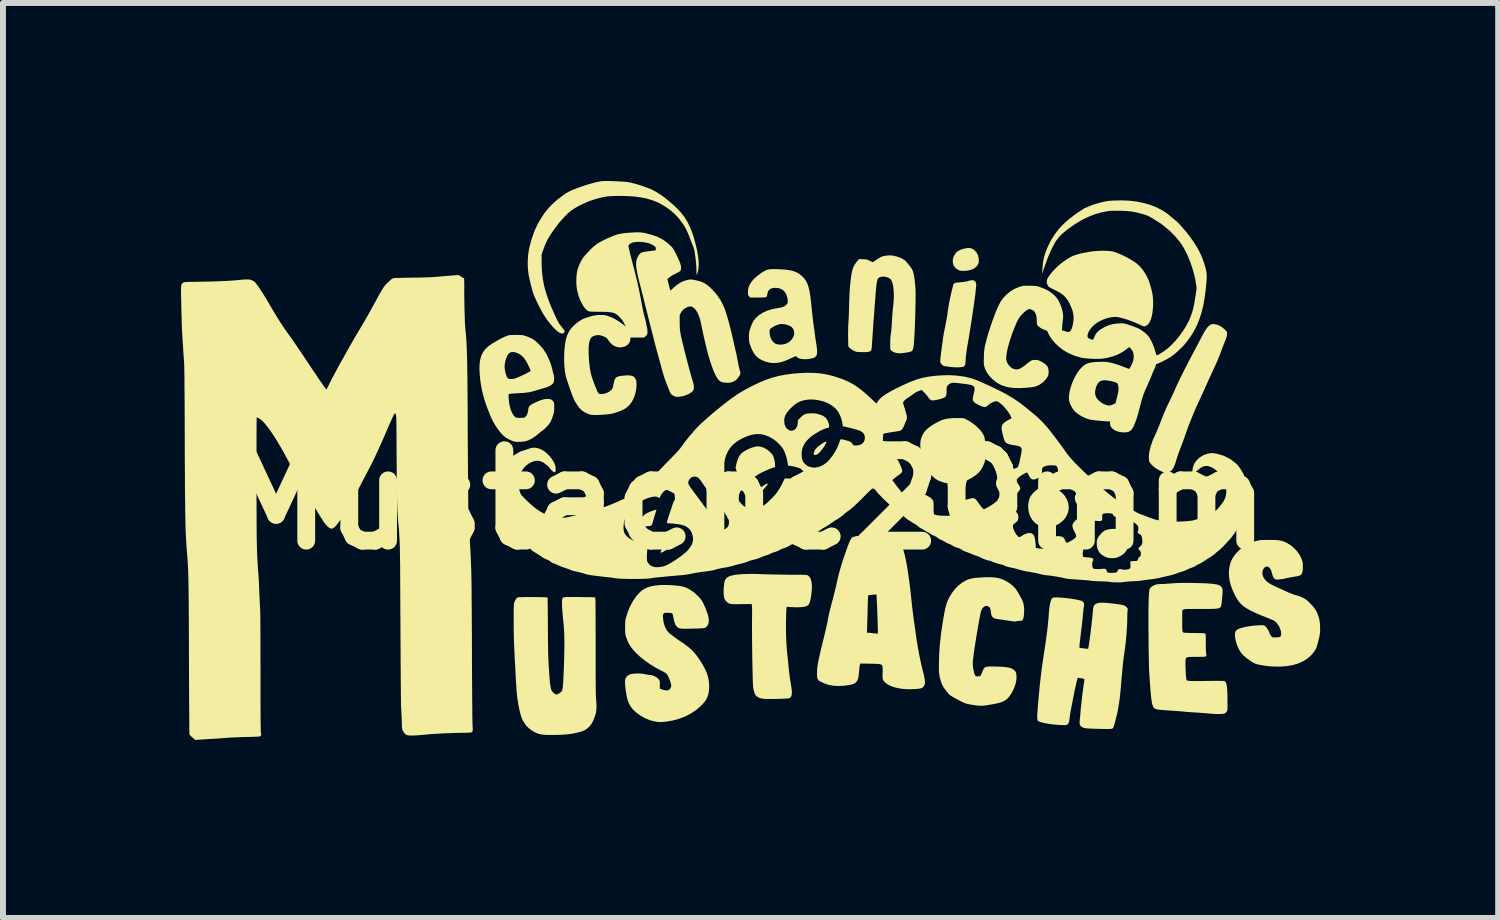
<source format=kicad_pcb>
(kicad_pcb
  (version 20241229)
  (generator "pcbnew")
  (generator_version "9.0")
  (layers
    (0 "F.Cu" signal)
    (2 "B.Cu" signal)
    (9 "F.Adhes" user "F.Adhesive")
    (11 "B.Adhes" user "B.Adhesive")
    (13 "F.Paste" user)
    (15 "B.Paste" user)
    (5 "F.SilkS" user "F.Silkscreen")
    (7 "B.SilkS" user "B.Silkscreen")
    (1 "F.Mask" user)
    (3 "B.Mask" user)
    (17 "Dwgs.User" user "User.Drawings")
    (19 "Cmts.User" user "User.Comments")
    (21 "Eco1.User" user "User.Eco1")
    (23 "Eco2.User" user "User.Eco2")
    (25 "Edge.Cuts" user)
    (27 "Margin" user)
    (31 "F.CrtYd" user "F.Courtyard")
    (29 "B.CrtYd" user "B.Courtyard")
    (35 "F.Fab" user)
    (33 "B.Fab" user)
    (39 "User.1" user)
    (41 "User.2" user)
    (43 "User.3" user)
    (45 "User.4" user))
  (footprint "Mustache20mm"
    (layer "F.Cu")
    (at 9.512 5.37)
    (property "Reference" "Mustache20mm" (at 0 0 0) (layer "F.SilkS") (effects (font (size 1.524 1.524) (thickness 0.3))))
    (attr board_only exclude_from_pos_files exclude_from_bom)
    (fp_poly (pts (xy 0.37 -0.272) (xy 0.373 -0.266) (xy 0.373 -0.264) (xy 0.369 -0.255) (xy 0.357 -0.239) (xy 0.34 -0.217) (xy 0.319 -0.193) (xy 0.296 -0.168) (xy 0.274 -0.144) (xy 0.254 -0.124) (xy 0.245 -0.117) (xy 0.22 -0.096) (xy 0.193 -0.08) (xy 0.168 -0.068) (xy 0.146 -0.061) (xy 0.129 -0.06) (xy 0.121 -0.066) (xy 0.12 -0.07) (xy 0.125 -0.081) (xy 0.139 -0.098) (xy 0.159 -0.12) (xy 0.184 -0.145) (xy 0.213 -0.17) (xy 0.242 -0.195) (xy 0.271 -0.217) (xy 0.293 -0.233) (xy 0.325 -0.253) (xy 0.348 -0.266) (xy 0.362 -0.272)) (stroke (width 0) (type solid)) (fill yes) (layer "F.SilkS"))
    (fp_poly (pts (xy 1.36 -0.975) (xy 1.358 -0.962) (xy 1.35 -0.943) (xy 1.337 -0.918) (xy 1.32 -0.891) (xy 1.3 -0.862) (xy 1.278 -0.834) (xy 1.256 -0.808) (xy 1.235 -0.786) (xy 1.215 -0.769) (xy 1.205 -0.763) (xy 1.186 -0.756) (xy 1.166 -0.754) (xy 1.153 -0.757) (xy 1.15 -0.76) (xy 1.148 -0.773) (xy 1.151 -0.793) (xy 1.158 -0.815) (xy 1.167 -0.836) (xy 1.168 -0.838) (xy 1.18 -0.854) (xy 1.198 -0.874) (xy 1.217 -0.892) (xy 1.236 -0.907) (xy 1.26 -0.925) (xy 1.286 -0.943) (xy 1.311 -0.959) (xy 1.333 -0.972) (xy 1.349 -0.979) (xy 1.353 -0.98)) (stroke (width 0) (type solid)) (fill yes) (layer "F.SilkS"))
    (fp_poly (pts (xy 3.804 -4.235) (xy 3.831 -4.222) (xy 3.853 -4.206) (xy 3.888 -4.17) (xy 3.913 -4.127) (xy 3.926 -4.076) (xy 3.929 -4.042) (xy 3.929 -4.012) (xy 3.926 -3.991) (xy 3.92 -3.974) (xy 3.913 -3.96) (xy 3.886 -3.924) (xy 3.847 -3.895) (xy 3.799 -3.874) (xy 3.742 -3.861) (xy 3.693 -3.856) (xy 3.655 -3.856) (xy 3.626 -3.858) (xy 3.604 -3.863) (xy 3.603 -3.864) (xy 3.56 -3.886) (xy 3.527 -3.916) (xy 3.504 -3.953) (xy 3.492 -3.996) (xy 3.491 -4.041) (xy 3.502 -4.088) (xy 3.509 -4.103) (xy 3.531 -4.143) (xy 3.559 -4.175) (xy 3.593 -4.199) (xy 3.637 -4.218) (xy 3.691 -4.232) (xy 3.698 -4.234) (xy 3.741 -4.241) (xy 3.775 -4.241)) (stroke (width 0) (type solid)) (fill yes) (layer "F.SilkS"))
    (fp_poly (pts (xy 5.14 -0.215) (xy 5.16 -0.211) (xy 5.226 -0.188) (xy 5.285 -0.154) (xy 5.337 -0.112) (xy 5.381 -0.061) (xy 5.414 -0.004) (xy 5.436 0.059) (xy 5.441 0.081) (xy 5.445 0.141) (xy 5.437 0.199) (xy 5.417 0.255) (xy 5.386 0.308) (xy 5.345 0.355) (xy 5.294 0.396) (xy 5.235 0.429) (xy 5.208 0.441) (xy 5.171 0.451) (xy 5.126 0.456) (xy 5.078 0.458) (xy 5.033 0.455) (xy 5.009 0.45) (xy 4.957 0.436) (xy 4.914 0.417) (xy 4.878 0.391) (xy 4.845 0.357) (xy 4.828 0.335) (xy 4.796 0.281) (xy 4.774 0.22) (xy 4.763 0.154) (xy 4.762 0.086) (xy 4.772 0.018) (xy 4.787 -0.03) (xy 4.803 -0.06) (xy 4.828 -0.093) (xy 4.858 -0.127) (xy 4.893 -0.158) (xy 4.927 -0.183) (xy 4.95 -0.196) (xy 4.99 -0.21) (xy 5.039 -0.218) (xy 5.09 -0.22)) (stroke (width 0) (type solid)) (fill yes) (layer "F.SilkS"))
    (fp_poly (pts (xy -1.315 0.628) (xy -1.291 0.629) (xy -1.235 0.632) (xy -1.192 0.635) (xy -1.159 0.638) (xy -1.136 0.642) (xy -1.122 0.647) (xy -1.115 0.653) (xy -1.115 0.661) (xy -1.119 0.671) (xy -1.127 0.683) (xy -1.144 0.701) (xy -1.169 0.724) (xy -1.201 0.751) (xy -1.238 0.78) (xy -1.278 0.808) (xy -1.318 0.835) (xy -1.356 0.859) (xy -1.389 0.878) (xy -1.391 0.879) (xy -1.414 0.889) (xy -1.427 0.893) (xy -1.433 0.889) (xy -1.433 0.884) (xy -1.429 0.872) (xy -1.427 0.87) (xy -1.422 0.861) (xy -1.42 0.845) (xy -1.42 0.838) (xy -1.418 0.812) (xy -1.414 0.786) (xy -1.413 0.783) (xy -1.409 0.764) (xy -1.403 0.737) (xy -1.397 0.707) (xy -1.395 0.7) (xy -1.389 0.673) (xy -1.383 0.651) (xy -1.379 0.637) (xy -1.377 0.634) (xy -1.372 0.63) (xy -1.362 0.628) (xy -1.343 0.627)) (stroke (width 0) (type solid)) (fill yes) (layer "F.SilkS"))
    (fp_poly (pts (xy -1.502 0.169) (xy -1.502 0.173) (xy -1.503 0.178) (xy -1.508 0.192) (xy -1.516 0.214) (xy -1.524 0.243) (xy -1.534 0.273) (xy -1.543 0.303) (xy -1.55 0.329) (xy -1.55 0.33) (xy -1.56 0.368) (xy -1.568 0.394) (xy -1.574 0.412) (xy -1.579 0.423) (xy -1.585 0.43) (xy -1.592 0.434) (xy -1.6 0.437) (xy -1.623 0.443) (xy -1.648 0.446) (xy -1.65 0.446) (xy -1.671 0.448) (xy -1.698 0.452) (xy -1.72 0.457) (xy -1.749 0.462) (xy -1.778 0.465) (xy -1.795 0.466) (xy -1.814 0.466) (xy -1.823 0.463) (xy -1.826 0.456) (xy -1.827 0.447) (xy -1.824 0.431) (xy -1.818 0.407) (xy -1.809 0.382) (xy -1.795 0.353) (xy -1.779 0.328) (xy -1.755 0.301) (xy -1.747 0.293) (xy -1.717 0.264) (xy -1.688 0.242) (xy -1.657 0.223) (xy -1.62 0.206) (xy -1.577 0.19) (xy -1.544 0.178) (xy -1.522 0.171) (xy -1.508 0.168)) (stroke (width 0) (type solid)) (fill yes) (layer "F.SilkS"))
    (fp_poly (pts (xy 6.239 0.492) (xy 6.283 0.497) (xy 6.315 0.506) (xy 6.358 0.528) (xy 6.394 0.559) (xy 6.422 0.595) (xy 6.434 0.619) (xy 6.448 0.671) (xy 6.452 0.725) (xy 6.447 0.776) (xy 6.44 0.799) (xy 6.42 0.848) (xy 6.394 0.888) (xy 6.36 0.92) (xy 6.315 0.948) (xy 6.295 0.958) (xy 6.264 0.972) (xy 6.238 0.979) (xy 6.208 0.983) (xy 6.195 0.984) (xy 6.165 0.984) (xy 6.136 0.983) (xy 6.114 0.98) (xy 6.113 0.98) (xy 6.076 0.968) (xy 6.038 0.951) (xy 6.003 0.929) (xy 5.977 0.906) (xy 5.977 0.906) (xy 5.947 0.866) (xy 5.928 0.824) (xy 5.919 0.777) (xy 5.917 0.743) (xy 5.917 0.712) (xy 5.919 0.69) (xy 5.924 0.671) (xy 5.932 0.651) (xy 5.936 0.643) (xy 5.955 0.613) (xy 5.98 0.581) (xy 6.008 0.552) (xy 6.037 0.529) (xy 6.056 0.517) (xy 6.094 0.504) (xy 6.14 0.495) (xy 6.19 0.491)) (stroke (width 0) (type solid)) (fill yes) (layer "F.SilkS"))
    (fp_poly (pts (xy 3.62 -1.376) (xy 3.646 -1.376) (xy 3.665 -1.374) (xy 3.681 -1.37) (xy 3.697 -1.364) (xy 3.71 -1.358) (xy 3.766 -1.328) (xy 3.823 -1.29) (xy 3.877 -1.248) (xy 3.925 -1.203) (xy 3.966 -1.158) (xy 3.983 -1.134) (xy 3.998 -1.111) (xy 4.01 -1.09) (xy 4.019 -1.07) (xy 4.026 -1.049) (xy 4.03 -1.024) (xy 4.034 -0.994) (xy 4.036 -0.957) (xy 4.036 -0.911) (xy 4.037 -0.854) (xy 4.037 -0.837) (xy 4.037 -0.783) (xy 4.036 -0.74) (xy 4.036 -0.707) (xy 4.035 -0.682) (xy 4.033 -0.662) (xy 4.031 -0.647) (xy 4.028 -0.634) (xy 4.024 -0.621) (xy 4.021 -0.613) (xy 3.996 -0.556) (xy 3.966 -0.504) (xy 3.927 -0.458) (xy 3.88 -0.416) (xy 3.823 -0.376) (xy 3.754 -0.338) (xy 3.728 -0.324) (xy 3.667 -0.297) (xy 3.614 -0.278) (xy 3.565 -0.267) (xy 3.516 -0.263) (xy 3.465 -0.265) (xy 3.45 -0.267) (xy 3.383 -0.279) (xy 3.316 -0.297) (xy 3.257 -0.319) (xy 3.247 -0.324) (xy 3.202 -0.351) (xy 3.156 -0.388) (xy 3.11 -0.434) (xy 3.068 -0.486) (xy 3.031 -0.542) (xy 3.001 -0.598) (xy 2.984 -0.642) (xy 2.97 -0.693) (xy 2.958 -0.753) (xy 2.95 -0.817) (xy 2.945 -0.88) (xy 2.944 -0.913) (xy 2.944 -0.95) (xy 2.946 -0.978) (xy 2.95 -1.001) (xy 2.956 -1.025) (xy 2.963 -1.045) (xy 2.98 -1.089) (xy 3.002 -1.128) (xy 3.029 -1.163) (xy 3.064 -1.197) (xy 3.107 -1.231) (xy 3.16 -1.266) (xy 3.215 -1.297) (xy 3.258 -1.32) (xy 3.298 -1.338) (xy 3.336 -1.352) (xy 3.376 -1.362) (xy 3.42 -1.369) (xy 3.469 -1.374) (xy 3.528 -1.376) (xy 3.583 -1.376)) (stroke (width 0) (type solid)) (fill yes) (layer "F.SilkS"))
    (fp_poly (pts (xy 3.84 -3.696) (xy 3.853 -3.69) (xy 3.872 -3.674) (xy 3.883 -3.649) (xy 3.886 -3.615) (xy 3.884 -3.598) (xy 3.882 -3.573) (xy 3.879 -3.541) (xy 3.875 -3.505) (xy 3.873 -3.483) (xy 3.87 -3.453) (xy 3.864 -3.412) (xy 3.857 -3.361) (xy 3.849 -3.302) (xy 3.84 -3.236) (xy 3.829 -3.165) (xy 3.818 -3.092) (xy 3.807 -3.017) (xy 3.795 -2.943) (xy 3.784 -2.871) (xy 3.773 -2.802) (xy 3.763 -2.739) (xy 3.753 -2.683) (xy 3.745 -2.636) (xy 3.742 -2.62) (xy 3.729 -2.545) (xy 3.72 -2.481) (xy 3.713 -2.427) (xy 3.709 -2.381) (xy 3.709 -2.373) (xy 3.707 -2.33) (xy 3.703 -2.298) (xy 3.699 -2.275) (xy 3.692 -2.259) (xy 3.682 -2.249) (xy 3.674 -2.244) (xy 3.654 -2.238) (xy 3.624 -2.233) (xy 3.586 -2.231) (xy 3.543 -2.231) (xy 3.498 -2.233) (xy 3.454 -2.237) (xy 3.453 -2.237) (xy 3.411 -2.243) (xy 3.379 -2.247) (xy 3.356 -2.251) (xy 3.34 -2.255) (xy 3.329 -2.26) (xy 3.319 -2.266) (xy 3.31 -2.275) (xy 3.305 -2.28) (xy 3.291 -2.295) (xy 3.283 -2.309) (xy 3.28 -2.325) (xy 3.28 -2.344) (xy 3.281 -2.364) (xy 3.284 -2.393) (xy 3.288 -2.43) (xy 3.293 -2.47) (xy 3.296 -2.496) (xy 3.303 -2.542) (xy 3.309 -2.592) (xy 3.316 -2.64) (xy 3.321 -2.682) (xy 3.323 -2.696) (xy 3.328 -2.732) (xy 3.336 -2.777) (xy 3.344 -2.826) (xy 3.354 -2.875) (xy 3.36 -2.902) (xy 3.369 -2.948) (xy 3.378 -2.995) (xy 3.387 -3.04) (xy 3.393 -3.08) (xy 3.397 -3.1) (xy 3.402 -3.14) (xy 3.408 -3.183) (xy 3.414 -3.224) (xy 3.417 -3.243) (xy 3.423 -3.277) (xy 3.43 -3.318) (xy 3.439 -3.363) (xy 3.449 -3.411) (xy 3.459 -3.457) (xy 3.468 -3.498) (xy 3.477 -3.533) (xy 3.483 -3.557) (xy 3.489 -3.579) (xy 3.493 -3.599) (xy 3.493 -3.606) (xy 3.498 -3.62) (xy 3.509 -3.637) (xy 3.512 -3.639) (xy 3.52 -3.647) (xy 3.53 -3.653) (xy 3.542 -3.657) (xy 3.561 -3.659) (xy 3.589 -3.661) (xy 3.609 -3.663) (xy 3.676 -3.669) (xy 3.735 -3.681) (xy 3.744 -3.684) (xy 3.779 -3.693) (xy 3.805 -3.698) (xy 3.824 -3.699)) (stroke (width 0) (type solid)) (fill yes) (layer "F.SilkS"))
    (fp_poly (pts (xy 7.933 -2.953) (xy 7.985 -2.934) (xy 8.035 -2.902) (xy 8.071 -2.871) (xy 8.092 -2.85) (xy 8.104 -2.835) (xy 8.111 -2.823) (xy 8.113 -2.81) (xy 8.113 -2.803) (xy 8.111 -2.775) (xy 8.104 -2.743) (xy 8.091 -2.703) (xy 8.071 -2.654) (xy 8.067 -2.643) (xy 8.053 -2.609) (xy 8.037 -2.568) (xy 8.021 -2.526) (xy 8.01 -2.492) (xy 7.998 -2.462) (xy 7.983 -2.423) (xy 7.964 -2.377) (xy 7.943 -2.328) (xy 7.921 -2.278) (xy 7.906 -2.246) (xy 7.881 -2.191) (xy 7.852 -2.128) (xy 7.822 -2.062) (xy 7.792 -1.997) (xy 7.766 -1.937) (xy 7.756 -1.917) (xy 7.733 -1.864) (xy 7.707 -1.808) (xy 7.681 -1.751) (xy 7.656 -1.697) (xy 7.634 -1.65) (xy 7.624 -1.628) (xy 7.591 -1.557) (xy 7.557 -1.478) (xy 7.522 -1.393) (xy 7.488 -1.309) (xy 7.456 -1.227) (xy 7.43 -1.153) (xy 7.403 -1.075) (xy 7.379 -1.008) (xy 7.358 -0.951) (xy 7.34 -0.902) (xy 7.323 -0.859) (xy 7.311 -0.828) (xy 7.296 -0.791) (xy 7.281 -0.746) (xy 7.267 -0.702) (xy 7.26 -0.677) (xy 7.244 -0.623) (xy 7.225 -0.573) (xy 7.204 -0.531) (xy 7.182 -0.5) (xy 7.178 -0.494) (xy 7.153 -0.475) (xy 7.122 -0.461) (xy 7.09 -0.454) (xy 7.083 -0.454) (xy 7.058 -0.458) (xy 7.023 -0.471) (xy 6.994 -0.484) (xy 6.931 -0.518) (xy 6.877 -0.556) (xy 6.835 -0.596) (xy 6.807 -0.633) (xy 6.798 -0.66) (xy 6.794 -0.697) (xy 6.795 -0.742) (xy 6.801 -0.793) (xy 6.812 -0.848) (xy 6.828 -0.906) (xy 6.847 -0.965) (xy 6.869 -1.023) (xy 6.889 -1.064) (xy 6.903 -1.095) (xy 6.921 -1.136) (xy 6.943 -1.188) (xy 6.969 -1.251) (xy 6.998 -1.326) (xy 7.033 -1.414) (xy 7.047 -1.45) (xy 7.06 -1.481) (xy 7.077 -1.521) (xy 7.097 -1.564) (xy 7.117 -1.608) (xy 7.13 -1.633) (xy 7.151 -1.677) (xy 7.176 -1.728) (xy 7.201 -1.783) (xy 7.225 -1.835) (xy 7.24 -1.869) (xy 7.261 -1.916) (xy 7.287 -1.971) (xy 7.316 -2.033) (xy 7.348 -2.098) (xy 7.381 -2.164) (xy 7.414 -2.229) (xy 7.445 -2.291) (xy 7.474 -2.346) (xy 7.499 -2.393) (xy 7.508 -2.411) (xy 7.522 -2.435) (xy 7.54 -2.469) (xy 7.561 -2.509) (xy 7.585 -2.554) (xy 7.61 -2.601) (xy 7.629 -2.638) (xy 7.661 -2.699) (xy 7.687 -2.748) (xy 7.709 -2.789) (xy 7.727 -2.822) (xy 7.742 -2.847) (xy 7.755 -2.868) (xy 7.767 -2.884) (xy 7.777 -2.898) (xy 7.788 -2.911) (xy 7.789 -2.912) (xy 7.816 -2.937) (xy 7.84 -2.952) (xy 7.866 -2.959) (xy 7.881 -2.96)) (stroke (width 0) (type solid)) (fill yes) (layer "F.SilkS"))
    (fp_poly (pts (xy 0.171 1.25) (xy 0.273 1.254) (xy 0.322 1.256) (xy 0.382 1.257) (xy 0.449 1.259) (xy 0.522 1.26) (xy 0.596 1.261) (xy 0.669 1.262) (xy 0.74 1.263) (xy 0.743 1.263) (xy 0.813 1.263) (xy 0.87 1.263) (xy 0.917 1.264) (xy 0.954 1.264) (xy 0.983 1.265) (xy 1.005 1.266) (xy 1.021 1.267) (xy 1.033 1.269) (xy 1.041 1.271) (xy 1.048 1.274) (xy 1.053 1.277) (xy 1.076 1.298) (xy 1.095 1.329) (xy 1.108 1.37) (xy 1.116 1.418) (xy 1.118 1.472) (xy 1.117 1.503) (xy 1.11 1.574) (xy 1.103 1.632) (xy 1.095 1.679) (xy 1.085 1.717) (xy 1.074 1.746) (xy 1.061 1.767) (xy 1.045 1.782) (xy 1.034 1.789) (xy 1.004 1.8) (xy 0.961 1.808) (xy 0.908 1.811) (xy 0.846 1.812) (xy 0.817 1.811) (xy 0.781 1.809) (xy 0.748 1.808) (xy 0.723 1.806) (xy 0.707 1.805) (xy 0.703 1.805) (xy 0.697 1.805) (xy 0.693 1.81) (xy 0.69 1.82) (xy 0.688 1.84) (xy 0.686 1.867) (xy 0.685 1.89) (xy 0.684 1.924) (xy 0.683 1.967) (xy 0.682 2.016) (xy 0.681 2.069) (xy 0.681 2.123) (xy 0.681 2.131) (xy 0.681 2.244) (xy 0.684 2.349) (xy 0.69 2.452) (xy 0.698 2.557) (xy 0.71 2.667) (xy 0.714 2.705) (xy 0.718 2.745) (xy 0.721 2.781) (xy 0.723 2.803) (xy 0.727 2.847) (xy 0.733 2.899) (xy 0.74 2.956) (xy 0.748 3.015) (xy 0.757 3.07) (xy 0.764 3.118) (xy 0.767 3.13) (xy 0.776 3.191) (xy 0.78 3.242) (xy 0.778 3.281) (xy 0.77 3.311) (xy 0.755 3.332) (xy 0.742 3.342) (xy 0.73 3.345) (xy 0.707 3.348) (xy 0.674 3.35) (xy 0.635 3.352) (xy 0.59 3.354) (xy 0.542 3.355) (xy 0.492 3.356) (xy 0.444 3.357) (xy 0.398 3.357) (xy 0.357 3.356) (xy 0.323 3.355) (xy 0.298 3.354) (xy 0.296 3.353) (xy 0.251 3.345) (xy 0.212 3.329) (xy 0.182 3.309) (xy 0.168 3.293) (xy 0.151 3.26) (xy 0.138 3.214) (xy 0.127 3.155) (xy 0.127 3.153) (xy 0.125 3.137) (xy 0.124 3.108) (xy 0.122 3.068) (xy 0.121 3.019) (xy 0.119 2.961) (xy 0.118 2.897) (xy 0.116 2.827) (xy 0.115 2.753) (xy 0.113 2.675) (xy 0.112 2.596) (xy 0.111 2.516) (xy 0.11 2.436) (xy 0.109 2.359) (xy 0.109 2.285) (xy 0.108 2.215) (xy 0.108 2.151) (xy 0.108 2.095) (xy 0.108 2.046) (xy 0.109 2.023) (xy 0.109 1.973) (xy 0.11 1.925) (xy 0.11 1.881) (xy 0.109 1.844) (xy 0.109 1.815) (xy 0.108 1.8) (xy 0.103 1.757) (xy -0.07 1.759) (xy -0.128 1.76) (xy -0.174 1.76) (xy -0.211 1.759) (xy -0.239 1.757) (xy -0.261 1.753) (xy -0.278 1.748) (xy -0.292 1.74) (xy -0.305 1.731) (xy -0.319 1.718) (xy -0.319 1.718) (xy -0.339 1.696) (xy -0.353 1.673) (xy -0.362 1.644) (xy -0.367 1.607) (xy -0.368 1.604) (xy -0.37 1.57) (xy -0.37 1.529) (xy -0.368 1.486) (xy -0.364 1.444) (xy -0.359 1.405) (xy -0.353 1.374) (xy -0.347 1.356) (xy -0.328 1.327) (xy -0.298 1.302) (xy -0.27 1.288) (xy -0.226 1.275) (xy -0.169 1.264) (xy -0.1 1.257) (xy -0.02 1.252) (xy 0.07 1.25)) (stroke (width 0) (type solid)) (fill yes) (layer "F.SilkS"))
    (fp_poly (pts (xy 2.478 -4.114) (xy 2.48 -4.113) (xy 2.54 -4.1) (xy 2.595 -4.082) (xy 2.641 -4.062) (xy 2.677 -4.039) (xy 2.683 -4.035) (xy 2.696 -4.022) (xy 2.714 -4.002) (xy 2.736 -3.976) (xy 2.758 -3.949) (xy 2.778 -3.923) (xy 2.794 -3.901) (xy 2.803 -3.886) (xy 2.817 -3.857) (xy 2.828 -3.821) (xy 2.837 -3.779) (xy 2.846 -3.726) (xy 2.853 -3.663) (xy 2.853 -3.662) (xy 2.857 -3.625) (xy 2.86 -3.592) (xy 2.862 -3.559) (xy 2.864 -3.525) (xy 2.865 -3.488) (xy 2.865 -3.444) (xy 2.864 -3.393) (xy 2.864 -3.331) (xy 2.863 -3.31) (xy 2.859 -3.109) (xy 2.852 -2.916) (xy 2.843 -2.728) (xy 2.839 -2.673) (xy 2.835 -2.62) (xy 2.83 -2.579) (xy 2.824 -2.548) (xy 2.816 -2.525) (xy 2.805 -2.509) (xy 2.792 -2.499) (xy 2.792 -2.499) (xy 2.777 -2.494) (xy 2.751 -2.488) (xy 2.719 -2.481) (xy 2.684 -2.476) (xy 2.649 -2.471) (xy 2.618 -2.468) (xy 2.597 -2.467) (xy 2.567 -2.47) (xy 2.534 -2.475) (xy 2.516 -2.48) (xy 2.485 -2.493) (xy 2.46 -2.51) (xy 2.456 -2.514) (xy 2.437 -2.534) (xy 2.437 -2.635) (xy 2.438 -2.706) (xy 2.443 -2.764) (xy 2.448 -2.797) (xy 2.452 -2.823) (xy 2.456 -2.859) (xy 2.46 -2.903) (xy 2.463 -2.951) (xy 2.466 -3.001) (xy 2.466 -3.007) (xy 2.469 -3.059) (xy 2.473 -3.115) (xy 2.478 -3.171) (xy 2.482 -3.223) (xy 2.487 -3.265) (xy 2.487 -3.267) (xy 2.495 -3.345) (xy 2.498 -3.421) (xy 2.497 -3.493) (xy 2.492 -3.559) (xy 2.483 -3.617) (xy 2.47 -3.665) (xy 2.458 -3.693) (xy 2.443 -3.716) (xy 2.422 -3.732) (xy 2.41 -3.739) (xy 2.371 -3.753) (xy 2.331 -3.76) (xy 2.293 -3.758) (xy 2.259 -3.748) (xy 2.241 -3.737) (xy 2.233 -3.729) (xy 2.227 -3.718) (xy 2.221 -3.704) (xy 2.216 -3.684) (xy 2.211 -3.659) (xy 2.206 -3.626) (xy 2.201 -3.585) (xy 2.196 -3.534) (xy 2.191 -3.473) (xy 2.186 -3.4) (xy 2.183 -3.37) (xy 2.18 -3.321) (xy 2.175 -3.262) (xy 2.171 -3.199) (xy 2.166 -3.136) (xy 2.161 -3.077) (xy 2.16 -3.06) (xy 2.155 -3.001) (xy 2.151 -2.935) (xy 2.146 -2.866) (xy 2.141 -2.8) (xy 2.138 -2.742) (xy 2.137 -2.73) (xy 2.133 -2.673) (xy 2.13 -2.628) (xy 2.128 -2.593) (xy 2.126 -2.567) (xy 2.123 -2.548) (xy 2.121 -2.534) (xy 2.118 -2.524) (xy 2.115 -2.516) (xy 2.114 -2.514) (xy 2.103 -2.503) (xy 2.085 -2.495) (xy 2.056 -2.49) (xy 2.018 -2.487) (xy 1.967 -2.487) (xy 1.956 -2.488) (xy 1.919 -2.489) (xy 1.892 -2.49) (xy 1.872 -2.492) (xy 1.856 -2.496) (xy 1.84 -2.502) (xy 1.823 -2.51) (xy 1.817 -2.513) (xy 1.785 -2.532) (xy 1.759 -2.553) (xy 1.75 -2.562) (xy 1.73 -2.588) (xy 1.728 -2.739) (xy 1.727 -2.79) (xy 1.728 -2.842) (xy 1.729 -2.893) (xy 1.73 -2.939) (xy 1.732 -2.975) (xy 1.733 -2.98) (xy 1.735 -3.015) (xy 1.737 -3.059) (xy 1.74 -3.109) (xy 1.741 -3.162) (xy 1.743 -3.214) (xy 1.743 -3.223) (xy 1.746 -3.34) (xy 1.75 -3.449) (xy 1.756 -3.55) (xy 1.764 -3.641) (xy 1.773 -3.722) (xy 1.783 -3.793) (xy 1.795 -3.852) (xy 1.807 -3.898) (xy 1.812 -3.912) (xy 1.834 -3.955) (xy 1.865 -4) (xy 1.892 -4.032) (xy 1.913 -4.055) (xy 1.979 -4.052) (xy 2.011 -4.051) (xy 2.034 -4.048) (xy 2.053 -4.043) (xy 2.073 -4.035) (xy 2.093 -4.025) (xy 2.141 -4.001) (xy 2.202 -4.041) (xy 2.23 -4.059) (xy 2.257 -4.076) (xy 2.279 -4.089) (xy 2.289 -4.094) (xy 2.32 -4.104) (xy 2.359 -4.111) (xy 2.402 -4.116) (xy 2.443 -4.117)) (stroke (width 0) (type solid)) (fill yes) (layer "F.SilkS"))
    (fp_poly (pts (xy 0.536 -3.885) (xy 0.619 -3.881) (xy 0.691 -3.875) (xy 0.752 -3.865) (xy 0.805 -3.852) (xy 0.852 -3.835) (xy 0.893 -3.813) (xy 0.931 -3.785) (xy 0.967 -3.752) (xy 0.967 -3.752) (xy 0.991 -3.725) (xy 1.012 -3.695) (xy 1.031 -3.662) (xy 1.047 -3.625) (xy 1.061 -3.581) (xy 1.074 -3.53) (xy 1.085 -3.47) (xy 1.095 -3.401) (xy 1.104 -3.321) (xy 1.113 -3.23) (xy 1.118 -3.18) (xy 1.124 -3.127) (xy 1.129 -3.077) (xy 1.135 -3.032) (xy 1.139 -2.996) (xy 1.14 -2.99) (xy 1.146 -2.946) (xy 1.153 -2.896) (xy 1.16 -2.847) (xy 1.163 -2.817) (xy 1.169 -2.776) (xy 1.175 -2.728) (xy 1.183 -2.678) (xy 1.19 -2.633) (xy 1.19 -2.63) (xy 1.2 -2.569) (xy 1.205 -2.518) (xy 1.205 -2.478) (xy 1.201 -2.447) (xy 1.19 -2.423) (xy 1.174 -2.405) (xy 1.151 -2.392) (xy 1.12 -2.382) (xy 1.092 -2.376) (xy 1.041 -2.369) (xy 0.992 -2.368) (xy 0.948 -2.371) (xy 0.909 -2.38) (xy 0.879 -2.393) (xy 0.86 -2.411) (xy 0.859 -2.413) (xy 0.855 -2.417) (xy 0.85 -2.419) (xy 0.84 -2.417) (xy 0.825 -2.412) (xy 0.803 -2.401) (xy 0.77 -2.386) (xy 0.764 -2.383) (xy 0.687 -2.349) (xy 0.618 -2.324) (xy 0.554 -2.309) (xy 0.493 -2.303) (xy 0.434 -2.305) (xy 0.398 -2.31) (xy 0.323 -2.331) (xy 0.255 -2.362) (xy 0.23 -2.377) (xy 0.191 -2.407) (xy 0.158 -2.443) (xy 0.129 -2.486) (xy 0.103 -2.539) (xy 0.079 -2.6) (xy 0.069 -2.629) (xy 0.063 -2.652) (xy 0.059 -2.675) (xy 0.058 -2.7) (xy 0.057 -2.734) (xy 0.057 -2.743) (xy 0.057 -2.779) (xy 0.059 -2.806) (xy 0.062 -2.829) (xy 0.064 -2.836) (xy 0.404 -2.836) (xy 0.404 -2.819) (xy 0.411 -2.765) (xy 0.427 -2.716) (xy 0.452 -2.675) (xy 0.484 -2.642) (xy 0.508 -2.627) (xy 0.538 -2.618) (xy 0.575 -2.614) (xy 0.616 -2.615) (xy 0.657 -2.622) (xy 0.692 -2.634) (xy 0.693 -2.634) (xy 0.732 -2.657) (xy 0.766 -2.687) (xy 0.793 -2.722) (xy 0.812 -2.759) (xy 0.82 -2.794) (xy 0.82 -2.8) (xy 0.815 -2.844) (xy 0.801 -2.88) (xy 0.777 -2.909) (xy 0.742 -2.931) (xy 0.695 -2.948) (xy 0.655 -2.957) (xy 0.626 -2.961) (xy 0.604 -2.962) (xy 0.583 -2.959) (xy 0.567 -2.956) (xy 0.529 -2.943) (xy 0.488 -2.926) (xy 0.452 -2.905) (xy 0.427 -2.888) (xy 0.415 -2.877) (xy 0.408 -2.868) (xy 0.405 -2.855) (xy 0.404 -2.836) (xy 0.064 -2.836) (xy 0.068 -2.852) (xy 0.077 -2.882) (xy 0.083 -2.899) (xy 0.096 -2.933) (xy 0.11 -2.967) (xy 0.124 -2.996) (xy 0.133 -3.012) (xy 0.175 -3.064) (xy 0.227 -3.111) (xy 0.289 -3.151) (xy 0.36 -3.184) (xy 0.439 -3.209) (xy 0.512 -3.224) (xy 0.56 -3.232) (xy 0.597 -3.239) (xy 0.626 -3.247) (xy 0.648 -3.257) (xy 0.667 -3.268) (xy 0.678 -3.277) (xy 0.696 -3.295) (xy 0.707 -3.313) (xy 0.711 -3.336) (xy 0.709 -3.366) (xy 0.707 -3.384) (xy 0.695 -3.435) (xy 0.677 -3.477) (xy 0.651 -3.512) (xy 0.645 -3.518) (xy 0.613 -3.544) (xy 0.574 -3.561) (xy 0.528 -3.569) (xy 0.5 -3.57) (xy 0.454 -3.566) (xy 0.419 -3.554) (xy 0.393 -3.532) (xy 0.375 -3.502) (xy 0.366 -3.462) (xy 0.363 -3.444) (xy 0.359 -3.431) (xy 0.353 -3.421) (xy 0.342 -3.414) (xy 0.324 -3.41) (xy 0.299 -3.408) (xy 0.264 -3.407) (xy 0.218 -3.407) (xy 0.208 -3.407) (xy 0.079 -3.407) (xy 0.059 -3.427) (xy 0.049 -3.437) (xy 0.043 -3.446) (xy 0.041 -3.457) (xy 0.04 -3.474) (xy 0.041 -3.5) (xy 0.041 -3.51) (xy 0.043 -3.541) (xy 0.046 -3.565) (xy 0.053 -3.586) (xy 0.063 -3.61) (xy 0.069 -3.623) (xy 0.101 -3.675) (xy 0.146 -3.726) (xy 0.203 -3.776) (xy 0.263 -3.82) (xy 0.297 -3.841) (xy 0.326 -3.858) (xy 0.352 -3.87) (xy 0.379 -3.879) (xy 0.408 -3.883) (xy 0.442 -3.886) (xy 0.485 -3.886)) (stroke (width 0) (type solid)) (fill yes) (layer "F.SilkS"))
    (fp_poly (pts (xy 4.133 1.305) (xy 4.2 1.31) (xy 4.259 1.32) (xy 4.314 1.336) (xy 4.365 1.358) (xy 4.415 1.385) (xy 4.465 1.42) (xy 4.492 1.441) (xy 4.515 1.461) (xy 4.534 1.481) (xy 4.553 1.505) (xy 4.573 1.535) (xy 4.597 1.574) (xy 4.598 1.577) (xy 4.628 1.628) (xy 4.651 1.671) (xy 4.668 1.708) (xy 4.68 1.743) (xy 4.687 1.779) (xy 4.692 1.817) (xy 4.693 1.86) (xy 4.693 1.878) (xy 4.691 1.927) (xy 4.686 1.971) (xy 4.677 2.006) (xy 4.666 2.03) (xy 4.665 2.032) (xy 4.654 2.037) (xy 4.634 2.04) (xy 4.621 2.04) (xy 4.596 2.041) (xy 4.572 2.045) (xy 4.563 2.048) (xy 4.552 2.05) (xy 4.539 2.051) (xy 4.52 2.05) (xy 4.493 2.047) (xy 4.456 2.042) (xy 4.429 2.038) (xy 4.387 2.031) (xy 4.344 2.025) (xy 4.305 2.019) (xy 4.273 2.015) (xy 4.26 2.013) (xy 4.217 2.005) (xy 4.185 1.995) (xy 4.162 1.979) (xy 4.147 1.955) (xy 4.137 1.923) (xy 4.132 1.888) (xy 4.128 1.855) (xy 4.122 1.831) (xy 4.112 1.815) (xy 4.096 1.802) (xy 4.085 1.796) (xy 4.061 1.788) (xy 4.039 1.79) (xy 4.016 1.804) (xy 4.009 1.81) (xy 3.992 1.827) (xy 3.979 1.847) (xy 3.969 1.875) (xy 3.968 1.878) (xy 3.962 1.898) (xy 3.955 1.93) (xy 3.947 1.972) (xy 3.938 2.023) (xy 3.927 2.08) (xy 3.916 2.142) (xy 3.905 2.209) (xy 3.893 2.277) (xy 3.882 2.346) (xy 3.871 2.414) (xy 3.861 2.479) (xy 3.852 2.54) (xy 3.844 2.596) (xy 3.838 2.644) (xy 3.833 2.683) (xy 3.832 2.69) (xy 3.829 2.728) (xy 3.828 2.759) (xy 3.828 2.786) (xy 3.832 2.816) (xy 3.836 2.844) (xy 3.842 2.879) (xy 3.85 2.911) (xy 3.858 2.937) (xy 3.862 2.947) (xy 3.871 2.964) (xy 3.88 2.973) (xy 3.892 2.976) (xy 3.911 2.976) (xy 3.933 2.975) (xy 3.95 2.971) (xy 3.956 2.968) (xy 3.963 2.957) (xy 3.972 2.938) (xy 3.983 2.915) (xy 3.984 2.911) (xy 3.996 2.881) (xy 4.006 2.857) (xy 4.018 2.839) (xy 4.032 2.826) (xy 4.05 2.817) (xy 4.073 2.812) (xy 4.105 2.809) (xy 4.145 2.809) (xy 4.197 2.81) (xy 4.222 2.81) (xy 4.286 2.813) (xy 4.338 2.815) (xy 4.381 2.819) (xy 4.415 2.824) (xy 4.444 2.83) (xy 4.468 2.838) (xy 4.488 2.847) (xy 4.52 2.866) (xy 4.542 2.887) (xy 4.556 2.914) (xy 4.563 2.949) (xy 4.564 2.962) (xy 4.564 3.024) (xy 4.552 3.091) (xy 4.529 3.161) (xy 4.51 3.203) (xy 4.478 3.264) (xy 4.445 3.313) (xy 4.41 3.352) (xy 4.37 3.383) (xy 4.324 3.406) (xy 4.269 3.424) (xy 4.204 3.438) (xy 4.195 3.44) (xy 4.158 3.446) (xy 4.118 3.453) (xy 4.083 3.459) (xy 4.063 3.463) (xy 3.993 3.471) (xy 3.926 3.47) (xy 3.917 3.469) (xy 3.87 3.463) (xy 3.824 3.456) (xy 3.782 3.449) (xy 3.747 3.442) (xy 3.722 3.436) (xy 3.72 3.436) (xy 3.699 3.428) (xy 3.669 3.415) (xy 3.633 3.398) (xy 3.594 3.378) (xy 3.554 3.357) (xy 3.516 3.336) (xy 3.483 3.317) (xy 3.456 3.3) (xy 3.44 3.289) (xy 3.416 3.265) (xy 3.389 3.232) (xy 3.361 3.196) (xy 3.336 3.159) (xy 3.317 3.125) (xy 3.313 3.118) (xy 3.303 3.093) (xy 3.292 3.061) (xy 3.281 3.025) (xy 3.275 2.999) (xy 3.269 2.975) (xy 3.265 2.953) (xy 3.262 2.933) (xy 3.259 2.912) (xy 3.258 2.886) (xy 3.257 2.855) (xy 3.257 2.815) (xy 3.258 2.764) (xy 3.258 2.763) (xy 3.262 2.599) (xy 3.274 2.431) (xy 3.293 2.257) (xy 3.32 2.075) (xy 3.321 2.07) (xy 3.33 2.016) (xy 3.339 1.963) (xy 3.348 1.913) (xy 3.357 1.869) (xy 3.364 1.832) (xy 3.37 1.806) (xy 3.371 1.803) (xy 3.397 1.72) (xy 3.434 1.641) (xy 3.479 1.568) (xy 3.531 1.501) (xy 3.589 1.442) (xy 3.653 1.394) (xy 3.72 1.356) (xy 3.753 1.342) (xy 3.785 1.332) (xy 3.822 1.324) (xy 3.867 1.317) (xy 3.922 1.312) (xy 3.97 1.309) (xy 4.057 1.305)) (stroke (width 0) (type solid)) (fill yes) (layer "F.SilkS"))
    (fp_poly (pts (xy -2.294 -5.37) (xy -2.238 -5.368) (xy -2.212 -5.367) (xy -2.162 -5.365) (xy -2.113 -5.362) (xy -2.069 -5.36) (xy -2.032 -5.357) (xy -2.003 -5.355) (xy -1.987 -5.353) (xy -1.932 -5.342) (xy -1.869 -5.326) (xy -1.801 -5.307) (xy -1.732 -5.284) (xy -1.665 -5.26) (xy -1.603 -5.236) (xy -1.57 -5.221) (xy -1.505 -5.186) (xy -1.435 -5.142) (xy -1.36 -5.088) (xy -1.284 -5.026) (xy -1.207 -4.958) (xy -1.146 -4.9) (xy -1.086 -4.835) (xy -1.032 -4.766) (xy -0.985 -4.691) (xy -0.943 -4.609) (xy -0.906 -4.518) (xy -0.872 -4.416) (xy -0.844 -4.313) (xy -0.822 -4.221) (xy -0.806 -4.139) (xy -0.795 -4.066) (xy -0.79 -4.001) (xy -0.79 -3.942) (xy -0.795 -3.887) (xy -0.802 -3.85) (xy -0.811 -3.817) (xy -0.817 -3.798) (xy -0.822 -3.792) (xy -0.825 -3.799) (xy -0.826 -3.819) (xy -0.827 -3.838) (xy -0.828 -3.883) (xy -0.83 -3.934) (xy -0.835 -3.989) (xy -0.84 -4.044) (xy -0.847 -4.097) (xy -0.854 -4.147) (xy -0.861 -4.191) (xy -0.869 -4.226) (xy -0.876 -4.25) (xy -0.877 -4.252) (xy -0.883 -4.267) (xy -0.893 -4.291) (xy -0.905 -4.322) (xy -0.919 -4.357) (xy -0.926 -4.377) (xy -0.948 -4.434) (xy -0.967 -4.48) (xy -0.983 -4.518) (xy -0.998 -4.549) (xy -1.012 -4.577) (xy -1.026 -4.602) (xy -1.042 -4.627) (xy -1.051 -4.64) (xy -1.118 -4.732) (xy -1.192 -4.812) (xy -1.273 -4.883) (xy -1.364 -4.946) (xy -1.436 -4.988) (xy -1.511 -5.023) (xy -1.589 -5.052) (xy -1.673 -5.076) (xy -1.763 -5.094) (xy -1.861 -5.107) (xy -1.969 -5.115) (xy -2.053 -5.118) (xy -2.136 -5.119) (xy -2.208 -5.118) (xy -2.272 -5.115) (xy -2.33 -5.11) (xy -2.386 -5.101) (xy -2.442 -5.089) (xy -2.501 -5.074) (xy -2.565 -5.054) (xy -2.593 -5.045) (xy -2.649 -5.025) (xy -2.709 -4.999) (xy -2.77 -4.97) (xy -2.829 -4.94) (xy -2.883 -4.909) (xy -2.928 -4.879) (xy -2.943 -4.869) (xy -2.987 -4.832) (xy -3.035 -4.785) (xy -3.085 -4.731) (xy -3.137 -4.672) (xy -3.186 -4.608) (xy -3.188 -4.605) (xy -3.235 -4.542) (xy -3.274 -4.486) (xy -3.307 -4.434) (xy -3.335 -4.386) (xy -3.359 -4.337) (xy -3.381 -4.286) (xy -3.402 -4.231) (xy -3.408 -4.213) (xy -3.437 -4.13) (xy -3.436 -4.003) (xy -3.434 -3.905) (xy -3.427 -3.811) (xy -3.416 -3.72) (xy -3.4 -3.631) (xy -3.378 -3.542) (xy -3.35 -3.45) (xy -3.316 -3.353) (xy -3.275 -3.25) (xy -3.226 -3.139) (xy -3.213 -3.11) (xy -3.189 -3.058) (xy -3.168 -3.018) (xy -3.152 -2.986) (xy -3.137 -2.961) (xy -3.123 -2.942) (xy -3.11 -2.927) (xy -3.104 -2.921) (xy -3.092 -2.908) (xy -3.087 -2.898) (xy -3.087 -2.897) (xy -3.082 -2.889) (xy -3.072 -2.875) (xy -3.066 -2.869) (xy -3.052 -2.853) (xy -3.048 -2.84) (xy -3.049 -2.83) (xy -3.06 -2.814) (xy -3.079 -2.803) (xy -3.099 -2.8) (xy -3.11 -2.803) (xy -3.129 -2.811) (xy -3.143 -2.819) (xy -3.174 -2.841) (xy -3.209 -2.873) (xy -3.248 -2.913) (xy -3.289 -2.96) (xy -3.33 -3.013) (xy -3.37 -3.069) (xy -3.404 -3.122) (xy -3.425 -3.157) (xy -3.449 -3.201) (xy -3.474 -3.249) (xy -3.499 -3.301) (xy -3.524 -3.351) (xy -3.546 -3.399) (xy -3.564 -3.442) (xy -3.577 -3.476) (xy -3.58 -3.483) (xy -3.59 -3.518) (xy -3.602 -3.561) (xy -3.615 -3.611) (xy -3.628 -3.664) (xy -3.64 -3.716) (xy -3.65 -3.763) (xy -3.657 -3.8) (xy -3.666 -3.877) (xy -3.671 -3.962) (xy -3.669 -4.05) (xy -3.662 -4.136) (xy -3.65 -4.217) (xy -3.646 -4.236) (xy -3.634 -4.287) (xy -3.618 -4.344) (xy -3.6 -4.404) (xy -3.58 -4.463) (xy -3.561 -4.517) (xy -3.542 -4.562) (xy -3.54 -4.567) (xy -3.498 -4.653) (xy -3.448 -4.739) (xy -3.394 -4.82) (xy -3.337 -4.894) (xy -3.3 -4.935) (xy -3.253 -4.983) (xy -3.2 -5.031) (xy -3.144 -5.077) (xy -3.087 -5.12) (xy -3.033 -5.158) (xy -2.984 -5.188) (xy -2.968 -5.196) (xy -2.934 -5.212) (xy -2.89 -5.23) (xy -2.839 -5.249) (xy -2.784 -5.269) (xy -2.728 -5.289) (xy -2.673 -5.307) (xy -2.622 -5.322) (xy -2.62 -5.322) (xy -2.567 -5.337) (xy -2.522 -5.349) (xy -2.484 -5.357) (xy -2.449 -5.364) (xy -2.416 -5.368) (xy -2.381 -5.37) (xy -2.341 -5.37)) (stroke (width 0) (type solid)) (fill yes) (layer "F.SilkS"))
    (fp_poly (pts (xy -1.259 1.439) (xy -1.194 1.444) (xy -1.14 1.449) (xy -1.096 1.455) (xy -1.058 1.463) (xy -1.025 1.472) (xy -0.995 1.484) (xy -0.983 1.489) (xy -0.935 1.516) (xy -0.885 1.55) (xy -0.837 1.59) (xy -0.792 1.633) (xy -0.755 1.675) (xy -0.728 1.715) (xy -0.711 1.749) (xy -0.691 1.791) (xy -0.671 1.839) (xy -0.653 1.887) (xy -0.637 1.932) (xy -0.636 1.935) (xy -0.623 1.992) (xy -0.619 2.042) (xy -0.625 2.085) (xy -0.641 2.121) (xy -0.667 2.148) (xy -0.671 2.15) (xy -0.68 2.156) (xy -0.691 2.16) (xy -0.706 2.163) (xy -0.728 2.165) (xy -0.758 2.167) (xy -0.799 2.169) (xy -0.804 2.169) (xy -0.874 2.171) (xy -0.937 2.173) (xy -0.993 2.173) (xy -1.04 2.173) (xy -1.078 2.171) (xy -1.103 2.169) (xy -1.113 2.167) (xy -1.141 2.154) (xy -1.164 2.133) (xy -1.183 2.103) (xy -1.199 2.061) (xy -1.212 2.008) (xy -1.217 1.985) (xy -1.222 1.957) (xy -1.229 1.933) (xy -1.234 1.917) (xy -1.237 1.913) (xy -1.247 1.91) (xy -1.267 1.907) (xy -1.293 1.905) (xy -1.307 1.905) (xy -1.336 1.904) (xy -1.355 1.905) (xy -1.367 1.908) (xy -1.375 1.913) (xy -1.381 1.92) (xy -1.388 1.93) (xy -1.392 1.941) (xy -1.393 1.956) (xy -1.392 1.98) (xy -1.391 1.993) (xy -1.38 2.071) (xy -1.359 2.14) (xy -1.327 2.2) (xy -1.322 2.209) (xy -1.303 2.23) (xy -1.274 2.257) (xy -1.232 2.29) (xy -1.18 2.329) (xy -1.117 2.373) (xy -1.077 2.4) (xy -1.012 2.445) (xy -0.958 2.487) (xy -0.911 2.528) (xy -0.868 2.572) (xy -0.828 2.621) (xy -0.788 2.676) (xy -0.77 2.703) (xy -0.723 2.778) (xy -0.686 2.847) (xy -0.657 2.911) (xy -0.636 2.973) (xy -0.622 3.034) (xy -0.615 3.097) (xy -0.613 3.149) (xy -0.617 3.218) (xy -0.628 3.279) (xy -0.647 3.334) (xy -0.677 3.386) (xy -0.718 3.437) (xy -0.746 3.467) (xy -0.826 3.537) (xy -0.914 3.597) (xy -1.011 3.648) (xy -1.115 3.689) (xy -1.226 3.719) (xy -1.342 3.739) (xy -1.354 3.74) (xy -1.4 3.744) (xy -1.436 3.746) (xy -1.468 3.744) (xy -1.501 3.741) (xy -1.524 3.737) (xy -1.613 3.714) (xy -1.698 3.679) (xy -1.779 3.632) (xy -1.803 3.615) (xy -1.851 3.577) (xy -1.891 3.54) (xy -1.925 3.5) (xy -1.952 3.458) (xy -1.974 3.411) (xy -1.992 3.357) (xy -2.006 3.295) (xy -2.018 3.222) (xy -2.027 3.144) (xy -2.031 3.097) (xy -2.031 3.061) (xy -2.029 3.033) (xy -2.023 3.011) (xy -2.013 2.993) (xy -2.005 2.982) (xy -1.984 2.962) (xy -1.961 2.948) (xy -1.932 2.938) (xy -1.896 2.932) (xy -1.85 2.928) (xy -1.843 2.928) (xy -1.8 2.927) (xy -1.764 2.929) (xy -1.73 2.933) (xy -1.695 2.939) (xy -1.664 2.945) (xy -1.634 2.95) (xy -1.611 2.953) (xy -1.601 2.953) (xy -1.574 2.958) (xy -1.542 2.97) (xy -1.51 2.987) (xy -1.482 3.007) (xy -1.462 3.027) (xy -1.461 3.029) (xy -1.453 3.043) (xy -1.448 3.056) (xy -1.445 3.071) (xy -1.444 3.094) (xy -1.445 3.118) (xy -1.446 3.181) (xy -1.418 3.193) (xy -1.392 3.202) (xy -1.362 3.209) (xy -1.332 3.212) (xy -1.307 3.211) (xy -1.294 3.207) (xy -1.276 3.191) (xy -1.261 3.167) (xy -1.254 3.14) (xy -1.253 3.133) (xy -1.256 3.107) (xy -1.265 3.075) (xy -1.277 3.039) (xy -1.292 3.003) (xy -1.308 2.969) (xy -1.324 2.942) (xy -1.338 2.926) (xy -1.348 2.919) (xy -1.368 2.907) (xy -1.394 2.893) (xy -1.424 2.878) (xy -1.424 2.878) (xy -1.52 2.826) (xy -1.61 2.771) (xy -1.694 2.712) (xy -1.77 2.652) (xy -1.838 2.59) (xy -1.896 2.527) (xy -1.942 2.466) (xy -1.973 2.413) (xy -1.984 2.389) (xy -1.997 2.358) (xy -2.008 2.326) (xy -2.011 2.32) (xy -2.018 2.298) (xy -2.023 2.278) (xy -2.026 2.259) (xy -2.028 2.237) (xy -2.029 2.208) (xy -2.03 2.17) (xy -2.03 2.153) (xy -2.03 2.109) (xy -2.029 2.075) (xy -2.027 2.048) (xy -2.024 2.024) (xy -2.019 2.001) (xy -2.014 1.983) (xy -1.982 1.881) (xy -1.941 1.786) (xy -1.892 1.698) (xy -1.836 1.618) (xy -1.773 1.55) (xy -1.771 1.548) (xy -1.723 1.512) (xy -1.666 1.482) (xy -1.598 1.46) (xy -1.52 1.445) (xy -1.431 1.437) (xy -1.331 1.436)) (stroke (width 0) (type solid)) (fill yes) (layer "F.SilkS"))
    (fp_poly (pts (xy -2.866 1.639) (xy -2.803 1.639) (xy -2.744 1.64) (xy -2.69 1.641) (xy -2.642 1.641) (xy -2.6 1.642) (xy -2.567 1.643) (xy -2.544 1.645) (xy -2.532 1.646) (xy -2.531 1.646) (xy -2.531 1.653) (xy -2.53 1.673) (xy -2.529 1.705) (xy -2.529 1.747) (xy -2.528 1.799) (xy -2.528 1.861) (xy -2.527 1.931) (xy -2.527 2.009) (xy -2.527 2.094) (xy -2.527 2.185) (xy -2.526 2.281) (xy -2.526 2.381) (xy -2.526 2.474) (xy -2.526 2.616) (xy -2.526 2.746) (xy -2.526 2.862) (xy -2.526 2.965) (xy -2.525 3.056) (xy -2.525 3.135) (xy -2.524 3.201) (xy -2.523 3.256) (xy -2.522 3.299) (xy -2.521 3.33) (xy -2.52 3.349) (xy -2.52 3.353) (xy -2.514 3.407) (xy -2.512 3.463) (xy -2.513 3.516) (xy -2.517 3.564) (xy -2.522 3.597) (xy -2.533 3.633) (xy -2.548 3.675) (xy -2.566 3.717) (xy -2.584 3.755) (xy -2.601 3.784) (xy -2.63 3.819) (xy -2.667 3.853) (xy -2.707 3.88) (xy -2.722 3.888) (xy -2.756 3.902) (xy -2.801 3.916) (xy -2.854 3.928) (xy -2.912 3.94) (xy -2.974 3.949) (xy -2.977 3.949) (xy -3.022 3.954) (xy -3.078 3.958) (xy -3.14 3.961) (xy -3.204 3.963) (xy -3.267 3.963) (xy -3.326 3.963) (xy -3.376 3.961) (xy -3.39 3.96) (xy -3.438 3.955) (xy -3.48 3.946) (xy -3.52 3.932) (xy -3.562 3.911) (xy -3.597 3.89) (xy -3.651 3.851) (xy -3.696 3.806) (xy -3.733 3.754) (xy -3.737 3.747) (xy -3.756 3.713) (xy -3.772 3.676) (xy -3.786 3.635) (xy -3.799 3.587) (xy -3.813 3.529) (xy -3.819 3.497) (xy -3.83 3.444) (xy -3.838 3.393) (xy -3.846 3.341) (xy -3.852 3.287) (xy -3.857 3.228) (xy -3.862 3.161) (xy -3.867 3.085) (xy -3.87 3.037) (xy -3.873 2.979) (xy -3.876 2.918) (xy -3.879 2.858) (xy -3.882 2.801) (xy -3.885 2.752) (xy -3.887 2.72) (xy -3.892 2.619) (xy -3.896 2.529) (xy -3.9 2.446) (xy -3.903 2.368) (xy -3.905 2.29) (xy -3.906 2.212) (xy -3.907 2.129) (xy -3.907 2.042) (xy -3.907 1.962) (xy -3.907 1.894) (xy -3.906 1.838) (xy -3.904 1.794) (xy -3.903 1.763) (xy -3.9 1.745) (xy -3.9 1.744) (xy -3.892 1.717) (xy -3.879 1.691) (xy -3.864 1.667) (xy -3.848 1.651) (xy -3.838 1.644) (xy -3.826 1.643) (xy -3.804 1.642) (xy -3.772 1.641) (xy -3.734 1.64) (xy -3.689 1.64) (xy -3.641 1.64) (xy -3.591 1.64) (xy -3.541 1.64) (xy -3.493 1.641) (xy -3.448 1.642) (xy -3.408 1.642) (xy -3.375 1.643) (xy -3.352 1.645) (xy -3.339 1.646) (xy -3.337 1.647) (xy -3.336 1.654) (xy -3.335 1.674) (xy -3.335 1.705) (xy -3.334 1.746) (xy -3.333 1.796) (xy -3.333 1.854) (xy -3.332 1.919) (xy -3.332 1.99) (xy -3.331 2.065) (xy -3.331 2.122) (xy -3.331 2.213) (xy -3.33 2.301) (xy -3.329 2.384) (xy -3.328 2.463) (xy -3.327 2.534) (xy -3.326 2.597) (xy -3.324 2.65) (xy -3.323 2.693) (xy -3.321 2.72) (xy -3.317 2.798) (xy -3.312 2.864) (xy -3.309 2.919) (xy -3.306 2.965) (xy -3.303 3.003) (xy -3.3 3.034) (xy -3.298 3.06) (xy -3.296 3.082) (xy -3.293 3.101) (xy -3.291 3.119) (xy -3.289 3.13) (xy -3.284 3.16) (xy -3.278 3.187) (xy -3.273 3.207) (xy -3.27 3.213) (xy -3.253 3.236) (xy -3.229 3.259) (xy -3.204 3.276) (xy -3.191 3.282) (xy -3.181 3.282) (xy -3.167 3.276) (xy -3.154 3.269) (xy -3.124 3.251) (xy -3.104 3.234) (xy -3.092 3.214) (xy -3.084 3.189) (xy -3.08 3.16) (xy -3.077 3.125) (xy -3.073 3.079) (xy -3.07 3.023) (xy -3.067 2.96) (xy -3.064 2.891) (xy -3.061 2.819) (xy -3.059 2.744) (xy -3.056 2.67) (xy -3.055 2.598) (xy -3.054 2.529) (xy -3.053 2.467) (xy -3.053 2.438) (xy -3.053 2.371) (xy -3.054 2.313) (xy -3.055 2.263) (xy -3.057 2.217) (xy -3.06 2.172) (xy -3.064 2.125) (xy -3.069 2.073) (xy -3.07 2.062) (xy -3.077 1.991) (xy -3.083 1.923) (xy -3.088 1.861) (xy -3.091 1.806) (xy -3.093 1.758) (xy -3.093 1.721) (xy -3.092 1.694) (xy -3.091 1.686) (xy -3.089 1.674) (xy -3.087 1.664) (xy -3.084 1.657) (xy -3.078 1.651) (xy -3.068 1.646) (xy -3.054 1.643) (xy -3.034 1.641) (xy -3.006 1.639) (xy -2.97 1.639) (xy -2.924 1.639)) (stroke (width 0) (type solid)) (fill yes) (layer "F.SilkS"))
    (fp_poly (pts (xy 8.879 0.677) (xy 8.93 0.679) (xy 8.972 0.682) (xy 9.008 0.687) (xy 9.04 0.695) (xy 9.07 0.705) (xy 9.1 0.718) (xy 9.107 0.72) (xy 9.173 0.759) (xy 9.234 0.807) (xy 9.288 0.864) (xy 9.333 0.927) (xy 9.367 0.994) (xy 9.372 1.009) (xy 9.38 1.033) (xy 9.385 1.054) (xy 9.388 1.078) (xy 9.389 1.108) (xy 9.389 1.133) (xy 9.388 1.182) (xy 9.382 1.219) (xy 9.372 1.246) (xy 9.356 1.266) (xy 9.331 1.279) (xy 9.298 1.288) (xy 9.268 1.293) (xy 9.235 1.298) (xy 9.196 1.305) (xy 9.157 1.313) (xy 9.137 1.317) (xy 9.099 1.325) (xy 9.059 1.333) (xy 9.022 1.339) (xy 9.006 1.341) (xy 8.965 1.345) (xy 8.935 1.343) (xy 8.913 1.333) (xy 8.896 1.315) (xy 8.883 1.286) (xy 8.873 1.251) (xy 8.859 1.202) (xy 8.843 1.167) (xy 8.825 1.143) (xy 8.805 1.129) (xy 8.783 1.125) (xy 8.759 1.13) (xy 8.739 1.145) (xy 8.721 1.172) (xy 8.719 1.177) (xy 8.708 1.216) (xy 8.709 1.258) (xy 8.722 1.3) (xy 8.747 1.34) (xy 8.757 1.353) (xy 8.775 1.371) (xy 8.795 1.388) (xy 8.819 1.405) (xy 8.847 1.422) (xy 8.884 1.441) (xy 8.929 1.463) (xy 8.954 1.474) (xy 8.995 1.493) (xy 9.039 1.513) (xy 9.08 1.532) (xy 9.115 1.548) (xy 9.127 1.554) (xy 9.165 1.57) (xy 9.209 1.587) (xy 9.251 1.602) (xy 9.27 1.607) (xy 9.325 1.624) (xy 9.369 1.641) (xy 9.407 1.659) (xy 9.441 1.681) (xy 9.473 1.707) (xy 9.507 1.739) (xy 9.548 1.783) (xy 9.58 1.822) (xy 9.606 1.859) (xy 9.627 1.898) (xy 9.639 1.928) (xy 9.658 1.982) (xy 9.671 2.037) (xy 9.678 2.097) (xy 9.68 2.166) (xy 9.68 2.168) (xy 9.68 2.203) (xy 9.679 2.231) (xy 9.676 2.257) (xy 9.672 2.285) (xy 9.665 2.317) (xy 9.655 2.358) (xy 9.654 2.363) (xy 9.642 2.411) (xy 9.631 2.449) (xy 9.622 2.479) (xy 9.613 2.502) (xy 9.603 2.523) (xy 9.591 2.543) (xy 9.577 2.563) (xy 9.524 2.626) (xy 9.462 2.679) (xy 9.39 2.723) (xy 9.309 2.759) (xy 9.219 2.786) (xy 9.12 2.803) (xy 9.012 2.811) (xy 8.897 2.81) (xy 8.833 2.806) (xy 8.787 2.801) (xy 8.739 2.795) (xy 8.693 2.787) (xy 8.65 2.779) (xy 8.614 2.77) (xy 8.588 2.762) (xy 8.585 2.761) (xy 8.565 2.751) (xy 8.538 2.736) (xy 8.511 2.718) (xy 8.502 2.713) (xy 8.44 2.668) (xy 8.389 2.624) (xy 8.348 2.577) (xy 8.315 2.527) (xy 8.289 2.47) (xy 8.267 2.405) (xy 8.262 2.387) (xy 8.25 2.334) (xy 8.245 2.288) (xy 8.245 2.251) (xy 8.252 2.224) (xy 8.257 2.216) (xy 8.272 2.198) (xy 8.29 2.185) (xy 8.313 2.173) (xy 8.346 2.162) (xy 8.363 2.157) (xy 8.443 2.138) (xy 8.535 2.124) (xy 8.637 2.116) (xy 8.64 2.116) (xy 8.677 2.114) (xy 8.704 2.114) (xy 8.722 2.115) (xy 8.736 2.118) (xy 8.744 2.122) (xy 8.762 2.136) (xy 8.781 2.159) (xy 8.8 2.187) (xy 8.816 2.217) (xy 8.823 2.237) (xy 8.834 2.263) (xy 8.848 2.288) (xy 8.854 2.295) (xy 8.867 2.31) (xy 8.88 2.317) (xy 8.896 2.32) (xy 8.909 2.32) (xy 8.938 2.319) (xy 8.969 2.317) (xy 8.978 2.316) (xy 8.999 2.313) (xy 9.01 2.308) (xy 9.016 2.299) (xy 9.021 2.284) (xy 9.024 2.247) (xy 9.017 2.203) (xy 8.997 2.152) (xy 8.989 2.135) (xy 8.962 2.091) (xy 8.93 2.057) (xy 8.891 2.031) (xy 8.859 2.017) (xy 8.764 1.979) (xy 8.68 1.945) (xy 8.607 1.914) (xy 8.544 1.885) (xy 8.489 1.857) (xy 8.442 1.83) (xy 8.402 1.803) (xy 8.367 1.776) (xy 8.338 1.747) (xy 8.311 1.716) (xy 8.288 1.683) (xy 8.265 1.646) (xy 8.244 1.606) (xy 8.24 1.597) (xy 8.2 1.509) (xy 8.171 1.428) (xy 8.153 1.351) (xy 8.144 1.277) (xy 8.144 1.204) (xy 8.146 1.179) (xy 8.157 1.11) (xy 8.174 1.05) (xy 8.2 0.994) (xy 8.235 0.94) (xy 8.276 0.89) (xy 8.333 0.835) (xy 8.4 0.786) (xy 8.474 0.744) (xy 8.555 0.71) (xy 8.603 0.695) (xy 8.626 0.689) (xy 8.646 0.685) (xy 8.666 0.681) (xy 8.688 0.679) (xy 8.714 0.678) (xy 8.748 0.677) (xy 8.791 0.677) (xy 8.817 0.677)) (stroke (width 0) (type solid)) (fill yes) (layer "F.SilkS"))
    (fp_poly (pts (xy -3.825 -2.776) (xy -3.794 -2.776) (xy -3.77 -2.774) (xy -3.751 -2.772) (xy -3.733 -2.767) (xy -3.714 -2.761) (xy -3.703 -2.758) (xy -3.65 -2.738) (xy -3.607 -2.719) (xy -3.571 -2.697) (xy -3.537 -2.672) (xy -3.503 -2.642) (xy -3.492 -2.63) (xy -3.465 -2.603) (xy -3.439 -2.573) (xy -3.416 -2.546) (xy -3.402 -2.528) (xy -3.366 -2.472) (xy -3.331 -2.406) (xy -3.3 -2.335) (xy -3.275 -2.264) (xy -3.256 -2.197) (xy -3.254 -2.183) (xy -3.248 -2.156) (xy -3.24 -2.13) (xy -3.236 -2.117) (xy -3.23 -2.092) (xy -3.226 -2.061) (xy -3.226 -2.028) (xy -3.229 -1.999) (xy -3.235 -1.977) (xy -3.235 -1.976) (xy -3.253 -1.951) (xy -3.28 -1.929) (xy -3.316 -1.909) (xy -3.364 -1.891) (xy -3.41 -1.877) (xy -3.446 -1.867) (xy -3.489 -1.855) (xy -3.531 -1.842) (xy -3.55 -1.836) (xy -3.586 -1.826) (xy -3.619 -1.817) (xy -3.651 -1.811) (xy -3.686 -1.806) (xy -3.725 -1.801) (xy -3.773 -1.798) (xy -3.83 -1.795) (xy -3.843 -1.794) (xy -3.884 -1.792) (xy -3.92 -1.789) (xy -3.95 -1.787) (xy -3.972 -1.785) (xy -3.983 -1.783) (xy -3.983 -1.783) (xy -3.988 -1.78) (xy -3.991 -1.774) (xy -3.993 -1.763) (xy -3.993 -1.744) (xy -3.992 -1.715) (xy -3.991 -1.704) (xy -3.985 -1.642) (xy -3.974 -1.581) (xy -3.959 -1.525) (xy -3.94 -1.476) (xy -3.918 -1.435) (xy -3.894 -1.405) (xy -3.89 -1.401) (xy -3.879 -1.391) (xy -3.868 -1.385) (xy -3.856 -1.382) (xy -3.838 -1.38) (xy -3.811 -1.38) (xy -3.799 -1.38) (xy -3.767 -1.38) (xy -3.744 -1.382) (xy -3.729 -1.385) (xy -3.717 -1.391) (xy -3.713 -1.393) (xy -3.693 -1.415) (xy -3.677 -1.447) (xy -3.666 -1.486) (xy -3.663 -1.51) (xy -3.659 -1.538) (xy -3.652 -1.56) (xy -3.641 -1.578) (xy -3.624 -1.594) (xy -3.598 -1.611) (xy -3.563 -1.629) (xy -3.55 -1.636) (xy -3.481 -1.666) (xy -3.42 -1.687) (xy -3.366 -1.698) (xy -3.32 -1.699) (xy -3.283 -1.691) (xy -3.253 -1.673) (xy -3.238 -1.654) (xy -3.232 -1.642) (xy -3.227 -1.629) (xy -3.225 -1.612) (xy -3.224 -1.588) (xy -3.224 -1.557) (xy -3.224 -1.52) (xy -3.227 -1.491) (xy -3.231 -1.464) (xy -3.24 -1.433) (xy -3.246 -1.413) (xy -3.257 -1.381) (xy -3.268 -1.351) (xy -3.279 -1.326) (xy -3.284 -1.315) (xy -3.309 -1.278) (xy -3.342 -1.239) (xy -3.379 -1.201) (xy -3.416 -1.169) (xy -3.428 -1.16) (xy -3.453 -1.142) (xy -3.476 -1.124) (xy -3.493 -1.11) (xy -3.497 -1.106) (xy -3.533 -1.076) (xy -3.575 -1.047) (xy -3.619 -1.021) (xy -3.659 -1.002) (xy -3.671 -0.997) (xy -3.701 -0.988) (xy -3.731 -0.981) (xy -3.765 -0.978) (xy -3.8 -0.976) (xy -3.834 -0.975) (xy -3.859 -0.975) (xy -3.879 -0.977) (xy -3.899 -0.981) (xy -3.922 -0.989) (xy -3.933 -0.993) (xy -3.989 -1.017) (xy -4.04 -1.047) (xy -4.087 -1.086) (xy -4.132 -1.135) (xy -4.178 -1.195) (xy -4.186 -1.207) (xy -4.216 -1.252) (xy -4.241 -1.294) (xy -4.264 -1.337) (xy -4.287 -1.386) (xy -4.309 -1.437) (xy -4.357 -1.558) (xy -4.396 -1.672) (xy -4.427 -1.783) (xy -4.451 -1.893) (xy -4.469 -2.005) (xy -4.48 -2.12) (xy -4.484 -2.212) (xy -4.483 -2.245) (xy -4.06 -2.245) (xy -4.058 -2.208) (xy -4.052 -2.169) (xy -4.043 -2.131) (xy -4.033 -2.096) (xy -4.02 -2.068) (xy -4.008 -2.048) (xy -4 -2.042) (xy -3.977 -2.036) (xy -3.946 -2.034) (xy -3.912 -2.037) (xy -3.893 -2.04) (xy -3.876 -2.046) (xy -3.851 -2.056) (xy -3.82 -2.069) (xy -3.786 -2.084) (xy -3.75 -2.101) (xy -3.715 -2.118) (xy -3.682 -2.134) (xy -3.655 -2.149) (xy -3.634 -2.161) (xy -3.622 -2.169) (xy -3.62 -2.172) (xy -3.623 -2.181) (xy -3.631 -2.2) (xy -3.642 -2.226) (xy -3.657 -2.256) (xy -3.663 -2.269) (xy -3.692 -2.325) (xy -3.72 -2.369) (xy -3.749 -2.405) (xy -3.78 -2.433) (xy -3.814 -2.456) (xy -3.832 -2.465) (xy -3.877 -2.483) (xy -3.917 -2.49) (xy -3.952 -2.486) (xy -3.974 -2.476) (xy -3.994 -2.458) (xy -4.013 -2.43) (xy -4.03 -2.393) (xy -4.044 -2.351) (xy -4.054 -2.306) (xy -4.059 -2.26) (xy -4.06 -2.245) (xy -4.483 -2.245) (xy -4.481 -2.294) (xy -4.47 -2.366) (xy -4.451 -2.43) (xy -4.423 -2.486) (xy -4.386 -2.536) (xy -4.34 -2.581) (xy -4.283 -2.622) (xy -4.27 -2.63) (xy -4.212 -2.665) (xy -4.164 -2.693) (xy -4.123 -2.715) (xy -4.089 -2.732) (xy -4.06 -2.746) (xy -4.035 -2.756) (xy -4.03 -2.758) (xy -4.009 -2.765) (xy -3.991 -2.77) (xy -3.973 -2.773) (xy -3.952 -2.775) (xy -3.925 -2.776) (xy -3.89 -2.777) (xy -3.867 -2.777)) (stroke (width 0) (type solid)) (fill yes) (layer "F.SilkS"))
    (fp_poly (pts (xy 1.95 0.613) (xy 1.969 0.615) (xy 1.999 0.616) (xy 2.039 0.618) (xy 2.087 0.62) (xy 2.14 0.622) (xy 2.198 0.623) (xy 2.253 0.624) (xy 2.325 0.626) (xy 2.383 0.627) (xy 2.431 0.629) (xy 2.467 0.631) (xy 2.495 0.633) (xy 2.513 0.635) (xy 2.524 0.637) (xy 2.525 0.638) (xy 2.543 0.65) (xy 2.565 0.671) (xy 2.588 0.699) (xy 2.609 0.73) (xy 2.626 0.761) (xy 2.627 0.763) (xy 2.646 0.809) (xy 2.664 0.865) (xy 2.682 0.932) (xy 2.699 1.009) (xy 2.716 1.098) (xy 2.733 1.198) (xy 2.749 1.311) (xy 2.766 1.435) (xy 2.782 1.572) (xy 2.797 1.71) (xy 2.802 1.764) (xy 2.809 1.822) (xy 2.816 1.879) (xy 2.822 1.932) (xy 2.828 1.976) (xy 2.83 1.99) (xy 2.836 2.037) (xy 2.844 2.091) (xy 2.852 2.149) (xy 2.86 2.203) (xy 2.863 2.23) (xy 2.881 2.355) (xy 2.901 2.477) (xy 2.922 2.594) (xy 2.944 2.702) (xy 2.966 2.801) (xy 2.98 2.857) (xy 2.997 2.924) (xy 3.01 2.981) (xy 3.018 3.026) (xy 3.022 3.062) (xy 3.022 3.089) (xy 3.02 3.102) (xy 3.008 3.135) (xy 2.989 3.16) (xy 2.973 3.171) (xy 2.951 3.178) (xy 2.918 3.184) (xy 2.877 3.188) (xy 2.83 3.191) (xy 2.78 3.192) (xy 2.729 3.192) (xy 2.68 3.189) (xy 2.636 3.185) (xy 2.617 3.183) (xy 2.548 3.17) (xy 2.49 3.155) (xy 2.44 3.136) (xy 2.397 3.113) (xy 2.362 3.088) (xy 2.34 3.068) (xy 2.324 3.048) (xy 2.314 3.027) (xy 2.308 3.001) (xy 2.307 2.967) (xy 2.308 2.934) (xy 2.309 2.899) (xy 2.31 2.864) (xy 2.309 2.836) (xy 2.308 2.821) (xy 2.305 2.8) (xy 2.3 2.788) (xy 2.29 2.78) (xy 2.277 2.775) (xy 2.264 2.771) (xy 2.244 2.768) (xy 2.218 2.766) (xy 2.182 2.764) (xy 2.135 2.763) (xy 2.092 2.762) (xy 1.933 2.76) (xy 1.927 2.777) (xy 1.924 2.789) (xy 1.92 2.812) (xy 1.917 2.842) (xy 1.914 2.877) (xy 1.913 2.881) (xy 1.909 2.932) (xy 1.904 2.971) (xy 1.898 3.001) (xy 1.892 3.025) (xy 1.884 3.043) (xy 1.879 3.051) (xy 1.865 3.071) (xy 1.847 3.087) (xy 1.826 3.101) (xy 1.797 3.111) (xy 1.761 3.119) (xy 1.716 3.126) (xy 1.659 3.133) (xy 1.647 3.134) (xy 1.553 3.138) (xy 1.468 3.132) (xy 1.388 3.116) (xy 1.314 3.089) (xy 1.28 3.073) (xy 1.251 3.057) (xy 1.231 3.043) (xy 1.218 3.027) (xy 1.209 3.007) (xy 1.205 2.98) (xy 1.204 2.944) (xy 1.204 2.92) (xy 1.204 2.889) (xy 1.206 2.858) (xy 1.209 2.826) (xy 1.213 2.791) (xy 1.22 2.753) (xy 1.228 2.709) (xy 1.239 2.659) (xy 1.252 2.601) (xy 1.268 2.533) (xy 1.286 2.455) (xy 1.304 2.384) (xy 1.319 2.322) (xy 1.334 2.26) (xy 1.339 2.24) (xy 2.045 2.24) (xy 2.071 2.241) (xy 2.089 2.242) (xy 2.116 2.244) (xy 2.147 2.248) (xy 2.157 2.25) (xy 2.184 2.253) (xy 2.206 2.256) (xy 2.221 2.257) (xy 2.223 2.257) (xy 2.227 2.25) (xy 2.229 2.232) (xy 2.229 2.207) (xy 2.229 2.203) (xy 2.229 2.177) (xy 2.228 2.143) (xy 2.226 2.101) (xy 2.225 2.053) (xy 2.223 2.001) (xy 2.221 1.946) (xy 2.219 1.89) (xy 2.217 1.835) (xy 2.215 1.781) (xy 2.212 1.732) (xy 2.21 1.688) (xy 2.209 1.651) (xy 2.207 1.622) (xy 2.206 1.603) (xy 2.205 1.597) (xy 2.198 1.596) (xy 2.181 1.597) (xy 2.158 1.599) (xy 2.131 1.601) (xy 2.106 1.604) (xy 2.084 1.607) (xy 2.07 1.609) (xy 2.066 1.61) (xy 2.065 1.617) (xy 2.064 1.636) (xy 2.062 1.664) (xy 2.061 1.701) (xy 2.059 1.744) (xy 2.058 1.792) (xy 2.058 1.795) (xy 2.056 1.852) (xy 2.055 1.914) (xy 2.053 1.975) (xy 2.051 2.034) (xy 2.05 2.084) (xy 2.049 2.108) (xy 2.045 2.24) (xy 1.339 2.24) (xy 1.348 2.201) (xy 1.361 2.146) (xy 1.371 2.098) (xy 1.38 2.058) (xy 1.386 2.029) (xy 1.387 2.021) (xy 1.392 1.992) (xy 1.397 1.964) (xy 1.403 1.934) (xy 1.411 1.9) (xy 1.42 1.861) (xy 1.432 1.816) (xy 1.446 1.761) (xy 1.464 1.697) (xy 1.473 1.66) (xy 1.483 1.625) (xy 1.494 1.58) (xy 1.507 1.527) (xy 1.52 1.472) (xy 1.533 1.415) (xy 1.543 1.37) (xy 1.557 1.308) (xy 1.571 1.252) (xy 1.585 1.2) (xy 1.6 1.148) (xy 1.617 1.092) (xy 1.636 1.03) (xy 1.656 0.97) (xy 1.683 0.891) (xy 1.707 0.824) (xy 1.727 0.768) (xy 1.745 0.723) (xy 1.761 0.688) (xy 1.775 0.663) (xy 1.787 0.645) (xy 1.796 0.636) (xy 1.827 0.622) (xy 1.867 0.613) (xy 1.911 0.61)) (stroke (width 0) (type solid)) (fill yes) (layer "F.SilkS"))
    (fp_poly (pts (xy 5.249 1.645) (xy 5.298 1.648) (xy 5.351 1.652) (xy 5.406 1.657) (xy 5.461 1.664) (xy 5.515 1.672) (xy 5.564 1.68) (xy 5.606 1.689) (xy 5.64 1.697) (xy 5.664 1.705) (xy 5.666 1.707) (xy 5.69 1.724) (xy 5.702 1.747) (xy 5.704 1.777) (xy 5.701 1.791) (xy 5.698 1.809) (xy 5.695 1.836) (xy 5.691 1.871) (xy 5.686 1.911) (xy 5.683 1.943) (xy 5.68 1.982) (xy 5.675 2.03) (xy 5.669 2.086) (xy 5.662 2.146) (xy 5.654 2.207) (xy 5.647 2.267) (xy 5.646 2.276) (xy 5.638 2.345) (xy 5.631 2.4) (xy 5.627 2.443) (xy 5.625 2.473) (xy 5.625 2.489) (xy 5.626 2.493) (xy 5.636 2.496) (xy 5.654 2.499) (xy 5.679 2.503) (xy 5.706 2.506) (xy 5.732 2.509) (xy 5.754 2.511) (xy 5.768 2.512) (xy 5.771 2.511) (xy 5.774 2.503) (xy 5.778 2.482) (xy 5.783 2.452) (xy 5.789 2.413) (xy 5.795 2.367) (xy 5.802 2.315) (xy 5.81 2.258) (xy 5.817 2.2) (xy 5.824 2.14) (xy 5.831 2.081) (xy 5.838 2.023) (xy 5.843 1.969) (xy 5.848 1.921) (xy 5.852 1.878) (xy 5.852 1.871) (xy 5.856 1.832) (xy 5.862 1.803) (xy 5.871 1.782) (xy 5.884 1.767) (xy 5.902 1.755) (xy 5.91 1.75) (xy 5.938 1.741) (xy 5.975 1.735) (xy 6.023 1.735) (xy 6.082 1.738) (xy 6.133 1.743) (xy 6.199 1.75) (xy 6.253 1.757) (xy 6.296 1.763) (xy 6.331 1.77) (xy 6.358 1.776) (xy 6.379 1.782) (xy 6.395 1.79) (xy 6.407 1.799) (xy 6.418 1.809) (xy 6.421 1.813) (xy 6.433 1.827) (xy 6.438 1.838) (xy 6.439 1.853) (xy 6.436 1.873) (xy 6.434 1.897) (xy 6.432 1.929) (xy 6.431 1.962) (xy 6.431 1.973) (xy 6.43 2.061) (xy 6.425 2.159) (xy 6.418 2.264) (xy 6.408 2.373) (xy 6.395 2.484) (xy 6.38 2.594) (xy 6.377 2.613) (xy 6.372 2.648) (xy 6.366 2.693) (xy 6.36 2.745) (xy 6.354 2.802) (xy 6.349 2.86) (xy 6.344 2.917) (xy 6.339 2.974) (xy 6.333 3.034) (xy 6.328 3.093) (xy 6.324 3.148) (xy 6.319 3.196) (xy 6.316 3.232) (xy 6.311 3.282) (xy 6.305 3.337) (xy 6.297 3.395) (xy 6.288 3.453) (xy 6.279 3.508) (xy 6.271 3.557) (xy 6.262 3.598) (xy 6.256 3.623) (xy 6.25 3.646) (xy 6.242 3.677) (xy 6.233 3.712) (xy 6.224 3.749) (xy 6.223 3.749) (xy 6.212 3.79) (xy 6.202 3.821) (xy 6.193 3.842) (xy 6.188 3.848) (xy 6.183 3.853) (xy 6.176 3.857) (xy 6.168 3.859) (xy 6.155 3.861) (xy 6.137 3.863) (xy 6.113 3.863) (xy 6.08 3.863) (xy 6.038 3.863) (xy 5.986 3.861) (xy 5.927 3.86) (xy 5.866 3.858) (xy 5.816 3.856) (xy 5.777 3.854) (xy 5.745 3.852) (xy 5.721 3.848) (xy 5.701 3.844) (xy 5.685 3.838) (xy 5.671 3.831) (xy 5.662 3.826) (xy 5.646 3.814) (xy 5.636 3.799) (xy 5.63 3.78) (xy 5.628 3.753) (xy 5.63 3.716) (xy 5.632 3.697) (xy 5.636 3.659) (xy 5.64 3.614) (xy 5.644 3.569) (xy 5.647 3.537) (xy 5.65 3.5) (xy 5.655 3.454) (xy 5.661 3.402) (xy 5.667 3.345) (xy 5.674 3.286) (xy 5.681 3.229) (xy 5.688 3.176) (xy 5.695 3.13) (xy 5.7 3.092) (xy 5.703 3.077) (xy 5.707 3.045) (xy 5.708 3.025) (xy 5.705 3.019) (xy 5.695 3.016) (xy 5.677 3.012) (xy 5.655 3.008) (xy 5.631 3.004) (xy 5.611 3.002) (xy 5.599 3.001) (xy 5.596 3.002) (xy 5.592 3.011) (xy 5.587 3.031) (xy 5.579 3.061) (xy 5.57 3.1) (xy 5.56 3.146) (xy 5.549 3.197) (xy 5.537 3.253) (xy 5.526 3.31) (xy 5.514 3.369) (xy 5.503 3.427) (xy 5.492 3.482) (xy 5.482 3.534) (xy 5.474 3.58) (xy 5.467 3.62) (xy 5.463 3.651) (xy 5.46 3.669) (xy 5.456 3.709) (xy 5.45 3.739) (xy 5.443 3.76) (xy 5.434 3.775) (xy 5.421 3.787) (xy 5.42 3.788) (xy 5.413 3.792) (xy 5.405 3.795) (xy 5.394 3.797) (xy 5.378 3.798) (xy 5.355 3.797) (xy 5.322 3.796) (xy 5.28 3.794) (xy 5.203 3.788) (xy 5.134 3.78) (xy 5.068 3.769) (xy 5.058 3.767) (xy 5.013 3.758) (xy 4.979 3.749) (xy 4.955 3.741) (xy 4.938 3.733) (xy 4.927 3.723) (xy 4.919 3.712) (xy 4.916 3.701) (xy 4.914 3.682) (xy 4.914 3.655) (xy 4.915 3.618) (xy 4.918 3.572) (xy 4.922 3.515) (xy 4.927 3.447) (xy 4.934 3.367) (xy 4.943 3.274) (xy 4.947 3.233) (xy 4.953 3.167) (xy 4.959 3.107) (xy 4.965 3.053) (xy 4.971 3.001) (xy 4.977 2.95) (xy 4.983 2.899) (xy 4.99 2.846) (xy 4.998 2.788) (xy 5.007 2.724) (xy 5.018 2.652) (xy 5.03 2.571) (xy 5.043 2.487) (xy 5.062 2.357) (xy 5.078 2.238) (xy 5.091 2.129) (xy 5.101 2.026) (xy 5.107 1.95) (xy 5.111 1.89) (xy 5.116 1.842) (xy 5.121 1.802) (xy 5.126 1.768) (xy 5.133 1.739) (xy 5.141 1.712) (xy 5.141 1.712) (xy 5.15 1.684) (xy 5.16 1.664) (xy 5.173 1.653) (xy 5.192 1.647) (xy 5.219 1.645)) (stroke (width 0) (type solid)) (fill yes) (layer "F.SilkS"))
    (fp_poly (pts (xy 7.482 1.402) (xy 7.53 1.402) (xy 7.62 1.404) (xy 7.698 1.406) (xy 7.764 1.409) (xy 7.821 1.413) (xy 7.868 1.417) (xy 7.906 1.422) (xy 7.938 1.427) (xy 7.963 1.434) (xy 7.983 1.443) (xy 7.999 1.452) (xy 8.006 1.457) (xy 8.018 1.468) (xy 8.027 1.48) (xy 8.033 1.495) (xy 8.036 1.514) (xy 8.037 1.54) (xy 8.036 1.574) (xy 8.033 1.618) (xy 8.029 1.656) (xy 8.025 1.702) (xy 8.021 1.737) (xy 8.018 1.762) (xy 8.014 1.78) (xy 8.011 1.793) (xy 8.006 1.802) (xy 8.002 1.807) (xy 7.995 1.815) (xy 7.987 1.821) (xy 7.977 1.826) (xy 7.963 1.83) (xy 7.944 1.834) (xy 7.92 1.836) (xy 7.889 1.838) (xy 7.849 1.839) (xy 7.8 1.84) (xy 7.739 1.84) (xy 7.667 1.84) (xy 7.663 1.84) (xy 7.595 1.84) (xy 7.539 1.84) (xy 7.495 1.841) (xy 7.459 1.841) (xy 7.432 1.842) (xy 7.412 1.843) (xy 7.398 1.844) (xy 7.388 1.846) (xy 7.381 1.849) (xy 7.375 1.852) (xy 7.373 1.853) (xy 7.357 1.866) (xy 7.357 2.043) (xy 7.357 2.096) (xy 7.357 2.138) (xy 7.358 2.17) (xy 7.359 2.193) (xy 7.36 2.209) (xy 7.362 2.22) (xy 7.365 2.227) (xy 7.368 2.231) (xy 7.369 2.231) (xy 7.373 2.235) (xy 7.38 2.238) (xy 7.391 2.24) (xy 7.407 2.242) (xy 7.431 2.243) (xy 7.463 2.244) (xy 7.505 2.245) (xy 7.559 2.245) (xy 7.56 2.245) (xy 7.615 2.246) (xy 7.658 2.247) (xy 7.691 2.248) (xy 7.714 2.249) (xy 7.731 2.251) (xy 7.741 2.254) (xy 7.746 2.256) (xy 7.747 2.257) (xy 7.75 2.265) (xy 7.752 2.28) (xy 7.754 2.304) (xy 7.754 2.339) (xy 7.754 2.384) (xy 7.754 2.409) (xy 7.754 2.461) (xy 7.755 2.508) (xy 7.756 2.545) (xy 7.758 2.573) (xy 7.76 2.585) (xy 7.764 2.61) (xy 7.763 2.627) (xy 7.76 2.633) (xy 7.757 2.637) (xy 7.753 2.641) (xy 7.745 2.643) (xy 7.732 2.645) (xy 7.713 2.646) (xy 7.685 2.646) (xy 7.647 2.647) (xy 7.603 2.647) (xy 7.55 2.647) (xy 7.508 2.648) (xy 7.476 2.649) (xy 7.453 2.652) (xy 7.437 2.656) (xy 7.426 2.662) (xy 7.42 2.67) (xy 7.417 2.681) (xy 7.415 2.686) (xy 7.413 2.705) (xy 7.412 2.734) (xy 7.412 2.769) (xy 7.412 2.809) (xy 7.414 2.852) (xy 7.416 2.896) (xy 7.418 2.937) (xy 7.421 2.975) (xy 7.424 3.006) (xy 7.428 3.029) (xy 7.431 3.04) (xy 7.432 3.041) (xy 7.437 3.045) (xy 7.446 3.048) (xy 7.459 3.05) (xy 7.478 3.052) (xy 7.503 3.054) (xy 7.536 3.054) (xy 7.578 3.055) (xy 7.63 3.055) (xy 7.693 3.054) (xy 7.767 3.053) (xy 7.78 3.053) (xy 7.859 3.052) (xy 7.925 3.052) (xy 7.978 3.052) (xy 8.019 3.052) (xy 8.048 3.053) (xy 8.064 3.055) (xy 8.069 3.056) (xy 8.081 3.066) (xy 8.091 3.08) (xy 8.1 3.099) (xy 8.106 3.125) (xy 8.111 3.158) (xy 8.115 3.2) (xy 8.117 3.253) (xy 8.119 3.316) (xy 8.119 3.375) (xy 8.12 3.428) (xy 8.12 3.469) (xy 8.119 3.5) (xy 8.119 3.523) (xy 8.117 3.54) (xy 8.115 3.552) (xy 8.112 3.56) (xy 8.108 3.568) (xy 8.107 3.569) (xy 8.093 3.586) (xy 8.077 3.599) (xy 8.075 3.6) (xy 8.056 3.605) (xy 8.026 3.609) (xy 7.986 3.61) (xy 7.939 3.61) (xy 7.888 3.608) (xy 7.833 3.604) (xy 7.827 3.603) (xy 7.791 3.6) (xy 7.746 3.596) (xy 7.694 3.592) (xy 7.64 3.588) (xy 7.585 3.585) (xy 7.563 3.583) (xy 7.517 3.58) (xy 7.475 3.578) (xy 7.439 3.575) (xy 7.411 3.573) (xy 7.393 3.571) (xy 7.387 3.57) (xy 7.378 3.569) (xy 7.357 3.567) (xy 7.327 3.564) (xy 7.288 3.562) (xy 7.243 3.558) (xy 7.193 3.555) (xy 7.172 3.554) (xy 7.12 3.55) (xy 7.07 3.546) (xy 7.025 3.543) (xy 6.987 3.539) (xy 6.957 3.536) (xy 6.938 3.534) (xy 6.935 3.533) (xy 6.911 3.526) (xy 6.892 3.516) (xy 6.877 3.502) (xy 6.864 3.481) (xy 6.854 3.452) (xy 6.845 3.415) (xy 6.838 3.367) (xy 6.831 3.308) (xy 6.83 3.3) (xy 6.828 3.272) (xy 6.825 3.245) (xy 6.822 3.216) (xy 6.82 3.184) (xy 6.817 3.148) (xy 6.814 3.105) (xy 6.811 3.055) (xy 6.807 2.995) (xy 6.802 2.925) (xy 6.799 2.887) (xy 6.798 2.864) (xy 6.797 2.829) (xy 6.796 2.784) (xy 6.795 2.729) (xy 6.794 2.666) (xy 6.793 2.597) (xy 6.791 2.522) (xy 6.79 2.443) (xy 6.79 2.361) (xy 6.789 2.293) (xy 6.788 2.164) (xy 6.788 2.047) (xy 6.788 1.942) (xy 6.788 1.85) (xy 6.79 1.769) (xy 6.791 1.699) (xy 6.793 1.641) (xy 6.796 1.592) (xy 6.799 1.554) (xy 6.803 1.525) (xy 6.807 1.505) (xy 6.81 1.497) (xy 6.824 1.48) (xy 6.847 1.461) (xy 6.875 1.445) (xy 6.905 1.432) (xy 6.921 1.427) (xy 6.942 1.424) (xy 6.971 1.421) (xy 7.001 1.42) (xy 7.003 1.42) (xy 7.027 1.42) (xy 7.061 1.418) (xy 7.102 1.415) (xy 7.146 1.412) (xy 7.183 1.409) (xy 7.227 1.406) (xy 7.27 1.403) (xy 7.314 1.402) (xy 7.363 1.401) (xy 7.418 1.401)) (stroke (width 0) (type solid)) (fill yes) (layer "F.SilkS"))
    (fp_poly (pts (xy -1.791 -4.506) (xy -1.762 -4.504) (xy -1.733 -4.5) (xy -1.7 -4.494) (xy -1.66 -4.484) (xy -1.613 -4.472) (xy -1.577 -4.463) (xy -1.488 -4.432) (xy -1.405 -4.39) (xy -1.328 -4.337) (xy -1.261 -4.277) (xy -1.242 -4.257) (xy -1.227 -4.239) (xy -1.213 -4.219) (xy -1.199 -4.195) (xy -1.183 -4.164) (xy -1.164 -4.126) (xy -1.137 -4.069) (xy -1.117 -4.023) (xy -1.102 -3.985) (xy -1.093 -3.954) (xy -1.088 -3.928) (xy -1.087 -3.91) (xy -1.088 -3.886) (xy -1.093 -3.868) (xy -1.103 -3.853) (xy -1.121 -3.839) (xy -1.149 -3.824) (xy -1.17 -3.814) (xy -1.199 -3.799) (xy -1.226 -3.785) (xy -1.247 -3.772) (xy -1.257 -3.766) (xy -1.277 -3.75) (xy -1.298 -3.737) (xy -1.298 -3.736) (xy -1.313 -3.725) (xy -1.317 -3.714) (xy -1.317 -3.714) (xy -1.314 -3.703) (xy -1.309 -3.683) (xy -1.302 -3.656) (xy -1.294 -3.624) (xy -1.293 -3.62) (xy -1.285 -3.588) (xy -1.278 -3.56) (xy -1.272 -3.539) (xy -1.269 -3.528) (xy -1.269 -3.528) (xy -1.264 -3.528) (xy -1.25 -3.537) (xy -1.23 -3.556) (xy -1.222 -3.564) (xy -1.159 -3.619) (xy -1.092 -3.662) (xy -1.021 -3.692) (xy -0.961 -3.707) (xy -0.939 -3.71) (xy -0.92 -3.711) (xy -0.899 -3.709) (xy -0.871 -3.705) (xy -0.847 -3.7) (xy -0.789 -3.686) (xy -0.738 -3.67) (xy -0.694 -3.649) (xy -0.652 -3.622) (xy -0.61 -3.588) (xy -0.564 -3.544) (xy -0.557 -3.537) (xy -0.486 -3.456) (xy -0.426 -3.37) (xy -0.378 -3.278) (xy -0.35 -3.211) (xy -0.333 -3.161) (xy -0.314 -3.099) (xy -0.293 -3.029) (xy -0.272 -2.953) (xy -0.252 -2.873) (xy -0.232 -2.791) (xy -0.216 -2.723) (xy -0.205 -2.675) (xy -0.195 -2.628) (xy -0.185 -2.584) (xy -0.176 -2.547) (xy -0.17 -2.519) (xy -0.167 -2.507) (xy -0.161 -2.484) (xy -0.154 -2.451) (xy -0.146 -2.411) (xy -0.138 -2.368) (xy -0.13 -2.329) (xy -0.123 -2.288) (xy -0.115 -2.25) (xy -0.107 -2.217) (xy -0.101 -2.192) (xy -0.097 -2.178) (xy -0.097 -2.178) (xy -0.087 -2.144) (xy -0.09 -2.115) (xy -0.104 -2.086) (xy -0.108 -2.081) (xy -0.125 -2.06) (xy -0.141 -2.039) (xy -0.146 -2.032) (xy -0.161 -2.018) (xy -0.184 -2.003) (xy -0.205 -1.991) (xy -0.228 -1.982) (xy -0.247 -1.976) (xy -0.267 -1.973) (xy -0.294 -1.971) (xy -0.312 -1.971) (xy -0.357 -1.973) (xy -0.394 -1.98) (xy -0.424 -1.993) (xy -0.45 -2.014) (xy -0.475 -2.045) (xy -0.5 -2.086) (xy -0.511 -2.109) (xy -0.529 -2.147) (xy -0.549 -2.196) (xy -0.569 -2.253) (xy -0.591 -2.315) (xy -0.611 -2.379) (xy -0.63 -2.444) (xy -0.635 -2.463) (xy -0.645 -2.5) (xy -0.657 -2.547) (xy -0.669 -2.6) (xy -0.683 -2.658) (xy -0.697 -2.718) (xy -0.71 -2.777) (xy -0.722 -2.832) (xy -0.733 -2.88) (xy -0.741 -2.92) (xy -0.744 -2.937) (xy -0.761 -3.017) (xy -0.782 -3.087) (xy -0.807 -3.145) (xy -0.835 -3.192) (xy -0.865 -3.227) (xy -0.865 -3.227) (xy -0.893 -3.247) (xy -0.921 -3.257) (xy -0.95 -3.256) (xy -0.983 -3.245) (xy -1.022 -3.223) (xy -1.034 -3.215) (xy -1.06 -3.194) (xy -1.079 -3.169) (xy -1.09 -3.15) (xy -1.11 -3.11) (xy -1.11 -2.99) (xy -1.109 -2.938) (xy -1.108 -2.896) (xy -1.105 -2.86) (xy -1.1 -2.825) (xy -1.094 -2.79) (xy -1.088 -2.76) (xy -1.079 -2.718) (xy -1.067 -2.668) (xy -1.053 -2.61) (xy -1.038 -2.547) (xy -1.021 -2.48) (xy -1.003 -2.411) (xy -0.986 -2.343) (xy -0.968 -2.276) (xy -0.952 -2.213) (xy -0.936 -2.156) (xy -0.922 -2.106) (xy -0.91 -2.065) (xy -0.903 -2.04) (xy -0.887 -1.987) (xy -0.876 -1.944) (xy -0.871 -1.909) (xy -0.871 -1.881) (xy -0.876 -1.858) (xy -0.886 -1.838) (xy -0.887 -1.836) (xy -0.909 -1.813) (xy -0.941 -1.791) (xy -0.981 -1.771) (xy -1.026 -1.754) (xy -1.073 -1.742) (xy -1.12 -1.735) (xy -1.121 -1.735) (xy -1.149 -1.734) (xy -1.17 -1.735) (xy -1.188 -1.74) (xy -1.208 -1.748) (xy -1.231 -1.761) (xy -1.25 -1.776) (xy -1.259 -1.785) (xy -1.266 -1.797) (xy -1.275 -1.816) (xy -1.287 -1.844) (xy -1.302 -1.882) (xy -1.321 -1.93) (xy -1.344 -1.99) (xy -1.361 -2.035) (xy -1.368 -2.057) (xy -1.378 -2.09) (xy -1.39 -2.129) (xy -1.403 -2.174) (xy -1.416 -2.22) (xy -1.42 -2.235) (xy -1.434 -2.288) (xy -1.45 -2.345) (xy -1.465 -2.403) (xy -1.48 -2.456) (xy -1.493 -2.502) (xy -1.493 -2.503) (xy -1.501 -2.531) (xy -1.511 -2.569) (xy -1.524 -2.618) (xy -1.539 -2.676) (xy -1.555 -2.74) (xy -1.573 -2.811) (xy -1.592 -2.885) (xy -1.612 -2.963) (xy -1.632 -3.042) (xy -1.641 -3.077) (xy -1.66 -3.156) (xy -1.68 -3.234) (xy -1.699 -3.309) (xy -1.717 -3.381) (xy -1.734 -3.448) (xy -1.749 -3.508) (xy -1.762 -3.559) (xy -1.773 -3.602) (xy -1.781 -3.633) (xy -1.784 -3.643) (xy -1.804 -3.724) (xy -1.82 -3.794) (xy -1.832 -3.853) (xy -1.84 -3.904) (xy -1.844 -3.947) (xy -1.845 -3.984) (xy -1.842 -4.016) (xy -1.838 -4.039) (xy -1.824 -4.077) (xy -1.806 -4.112) (xy -1.785 -4.141) (xy -1.763 -4.16) (xy -1.758 -4.162) (xy -1.748 -4.166) (xy -1.738 -4.17) (xy -1.725 -4.173) (xy -1.707 -4.177) (xy -1.683 -4.18) (xy -1.649 -4.185) (xy -1.606 -4.191) (xy -1.578 -4.194) (xy -1.513 -4.203) (xy -1.513 -4.231) (xy -1.514 -4.246) (xy -1.518 -4.258) (xy -1.528 -4.268) (xy -1.547 -4.282) (xy -1.549 -4.283) (xy -1.595 -4.308) (xy -1.65 -4.327) (xy -1.712 -4.339) (xy -1.778 -4.345) (xy -1.839 -4.344) (xy -1.888 -4.338) (xy -1.926 -4.326) (xy -1.954 -4.308) (xy -1.968 -4.292) (xy -1.97 -4.288) (xy -1.972 -4.284) (xy -1.973 -4.279) (xy -1.973 -4.271) (xy -1.971 -4.259) (xy -1.969 -4.244) (xy -1.964 -4.223) (xy -1.958 -4.195) (xy -1.949 -4.161) (xy -1.938 -4.118) (xy -1.925 -4.066) (xy -1.909 -4.004) (xy -1.89 -3.931) (xy -1.873 -3.867) (xy -1.85 -3.773) (xy -1.828 -3.686) (xy -1.809 -3.601) (xy -1.791 -3.516) (xy -1.773 -3.426) (xy -1.755 -3.328) (xy -1.743 -3.263) (xy -1.734 -3.218) (xy -1.723 -3.167) (xy -1.711 -3.116) (xy -1.7 -3.073) (xy -1.699 -3.072) (xy -1.69 -3.037) (xy -1.682 -3.005) (xy -1.676 -2.98) (xy -1.673 -2.963) (xy -1.673 -2.961) (xy -1.671 -2.942) (xy -1.665 -2.92) (xy -1.663 -2.913) (xy -1.658 -2.892) (xy -1.655 -2.863) (xy -1.653 -2.836) (xy -1.654 -2.81) (xy -1.656 -2.794) (xy -1.661 -2.781) (xy -1.671 -2.769) (xy -1.68 -2.76) (xy -1.707 -2.733) (xy -1.94 -2.733) (xy -1.94 -2.708) (xy -1.947 -2.671) (xy -1.965 -2.636) (xy -1.992 -2.607) (xy -2.027 -2.585) (xy -2.048 -2.577) (xy -2.102 -2.567) (xy -2.154 -2.57) (xy -2.202 -2.586) (xy -2.247 -2.614) (xy -2.288 -2.655) (xy -2.313 -2.689) (xy -2.328 -2.71) (xy -2.34 -2.725) (xy -2.355 -2.735) (xy -2.375 -2.745) (xy -2.393 -2.753) (xy -2.436 -2.768) (xy -2.473 -2.774) (xy -2.51 -2.772) (xy -2.534 -2.767) (xy -2.566 -2.756) (xy -2.588 -2.744) (xy -2.604 -2.728) (xy -2.617 -2.704) (xy -2.629 -2.672) (xy -2.638 -2.633) (xy -2.643 -2.587) (xy -2.645 -2.532) (xy -2.644 -2.467) (xy -2.642 -2.405) (xy -2.635 -2.315) (xy -2.626 -2.234) (xy -2.614 -2.161) (xy -2.598 -2.093) (xy -2.577 -2.027) (xy -2.552 -1.959) (xy -2.548 -1.948) (xy -2.534 -1.915) (xy -2.521 -1.883) (xy -2.511 -1.857) (xy -2.504 -1.839) (xy -2.494 -1.817) (xy -2.481 -1.798) (xy -2.477 -1.793) (xy -2.467 -1.785) (xy -2.455 -1.781) (xy -2.439 -1.78) (xy -2.415 -1.782) (xy -2.371 -1.789) (xy -2.328 -1.804) (xy -2.291 -1.825) (xy -2.261 -1.85) (xy -2.243 -1.874) (xy -2.238 -1.889) (xy -2.232 -1.912) (xy -2.226 -1.941) (xy -2.224 -1.952) (xy -2.215 -1.996) (xy -2.205 -2.028) (xy -2.19 -2.051) (xy -2.17 -2.067) (xy -2.141 -2.078) (xy -2.102 -2.085) (xy -2.091 -2.087) (xy -2.028 -2.094) (xy -1.977 -2.096) (xy -1.935 -2.092) (xy -1.903 -2.084) (xy -1.88 -2.07) (xy -1.872 -2.062) (xy -1.857 -2.041) (xy -1.846 -2.018) (xy -1.84 -1.99) (xy -1.838 -1.953) (xy -1.837 -1.937) (xy -1.843 -1.861) (xy -1.857 -1.788) (xy -1.881 -1.719) (xy -1.913 -1.656) (xy -1.952 -1.602) (xy -1.966 -1.587) (xy -1.992 -1.563) (xy -2.02 -1.542) (xy -2.052 -1.523) (xy -2.09 -1.505) (xy -2.137 -1.486) (xy -2.181 -1.47) (xy -2.212 -1.46) (xy -2.24 -1.453) (xy -2.269 -1.447) (xy -2.301 -1.443) (xy -2.342 -1.438) (xy -2.361 -1.436) (xy -2.433 -1.431) (xy -2.496 -1.428) (xy -2.549 -1.428) (xy -2.591 -1.43) (xy -2.62 -1.435) (xy -2.624 -1.436) (xy -2.673 -1.455) (xy -2.719 -1.478) (xy -2.758 -1.505) (xy -2.784 -1.528) (xy -2.813 -1.563) (xy -2.843 -1.606) (xy -2.87 -1.649) (xy -2.886 -1.678) (xy -2.895 -1.699) (xy -2.908 -1.73) (xy -2.923 -1.769) (xy -2.939 -1.814) (xy -2.957 -1.862) (xy -2.974 -1.911) (xy -2.99 -1.96) (xy -3.005 -2.004) (xy -3.018 -2.043) (xy -3.027 -2.074) (xy -3.03 -2.087) (xy -3.043 -2.156) (xy -3.052 -2.236) (xy -3.057 -2.323) (xy -3.057 -2.416) (xy -3.054 -2.495) (xy -3.047 -2.58) (xy -3.037 -2.653) (xy -3.024 -2.716) (xy -3.006 -2.771) (xy -2.983 -2.82) (xy -2.955 -2.865) (xy -2.92 -2.907) (xy -2.883 -2.944) (xy -2.839 -2.982) (xy -2.799 -3.012) (xy -2.761 -3.035) (xy -2.719 -3.054) (xy -2.684 -3.066) (xy -2.628 -3.084) (xy -2.581 -3.097) (xy -2.539 -3.106) (xy -2.501 -3.111) (xy -2.462 -3.113) (xy -2.443 -3.113) (xy -2.407 -3.113) (xy -2.38 -3.111) (xy -2.354 -3.106) (xy -2.326 -3.098) (xy -2.311 -3.093) (xy -2.253 -3.071) (xy -2.197 -3.043) (xy -2.142 -3.009) (xy -2.086 -2.97) (xy -2.019 -2.919) (xy -2.047 -2.974) (xy -2.072 -3.017) (xy -2.104 -3.058) (xy -2.138 -3.094) (xy -2.173 -3.123) (xy -2.196 -3.137) (xy -2.218 -3.146) (xy -2.242 -3.153) (xy -2.271 -3.158) (xy -2.307 -3.162) (xy -2.351 -3.165) (xy -2.405 -3.166) (xy -2.47 -3.167) (xy -2.47 -3.167) (xy -2.514 -3.167) (xy -2.556 -3.168) (xy -2.592 -3.169) (xy -2.62 -3.171) (xy -2.638 -3.173) (xy -2.641 -3.174) (xy -2.666 -3.186) (xy -2.692 -3.21) (xy -2.72 -3.244) (xy -2.747 -3.285) (xy -2.772 -3.332) (xy -2.795 -3.384) (xy -2.815 -3.438) (xy -2.819 -3.454) (xy -2.838 -3.529) (xy -2.849 -3.601) (xy -2.852 -3.676) (xy -2.851 -3.73) (xy -2.847 -3.791) (xy -2.839 -3.844) (xy -2.826 -3.895) (xy -2.806 -3.947) (xy -2.784 -3.997) (xy -2.768 -4.027) (xy -2.754 -4.052) (xy -2.738 -4.076) (xy -2.719 -4.1) (xy -2.694 -4.129) (xy -2.675 -4.15) (xy -2.631 -4.197) (xy -2.592 -4.237) (xy -2.555 -4.271) (xy -2.517 -4.3) (xy -2.478 -4.327) (xy -2.434 -4.352) (xy -2.383 -4.378) (xy -2.324 -4.406) (xy -2.277 -4.426) (xy -2.234 -4.444) (xy -2.194 -4.459) (xy -2.155 -4.471) (xy -2.114 -4.481) (xy -2.07 -4.488) (xy -2.021 -4.494) (xy -1.964 -4.499) (xy -1.896 -4.503) (xy -1.855 -4.505) (xy -1.821 -4.506)) (stroke (width 0) (type solid)) (fill yes) (layer "F.SilkS"))
    (fp_poly (pts (xy 6.47 -5.038) (xy 6.596 -5.023) (xy 6.715 -4.998) (xy 6.828 -4.965) (xy 6.932 -4.923) (xy 7.027 -4.873) (xy 7.113 -4.815) (xy 7.161 -4.775) (xy 7.187 -4.752) (xy 7.215 -4.729) (xy 7.239 -4.71) (xy 7.243 -4.707) (xy 7.264 -4.689) (xy 7.291 -4.663) (xy 7.323 -4.629) (xy 7.358 -4.59) (xy 7.395 -4.547) (xy 7.432 -4.503) (xy 7.467 -4.458) (xy 7.483 -4.437) (xy 7.552 -4.34) (xy 7.61 -4.248) (xy 7.658 -4.157) (xy 7.698 -4.065) (xy 7.731 -3.97) (xy 7.74 -3.94) (xy 7.752 -3.896) (xy 7.761 -3.859) (xy 7.766 -3.825) (xy 7.769 -3.792) (xy 7.77 -3.756) (xy 7.768 -3.715) (xy 7.764 -3.663) (xy 7.764 -3.653) (xy 7.749 -3.51) (xy 7.731 -3.378) (xy 7.708 -3.256) (xy 7.679 -3.144) (xy 7.645 -3.039) (xy 7.606 -2.942) (xy 7.559 -2.85) (xy 7.506 -2.762) (xy 7.446 -2.678) (xy 7.424 -2.65) (xy 7.388 -2.608) (xy 7.346 -2.563) (xy 7.299 -2.518) (xy 7.252 -2.475) (xy 7.207 -2.438) (xy 7.174 -2.414) (xy 7.146 -2.397) (xy 7.113 -2.377) (xy 7.075 -2.356) (xy 7.036 -2.336) (xy 6.999 -2.318) (xy 6.967 -2.303) (xy 6.942 -2.293) (xy 6.932 -2.29) (xy 6.919 -2.283) (xy 6.912 -2.269) (xy 6.91 -2.262) (xy 6.905 -2.243) (xy 6.895 -2.219) (xy 6.884 -2.194) (xy 6.869 -2.163) (xy 6.854 -2.128) (xy 6.845 -2.103) (xy 6.835 -2.078) (xy 6.822 -2.045) (xy 6.806 -2.009) (xy 6.793 -1.98) (xy 6.769 -1.926) (xy 6.748 -1.879) (xy 6.73 -1.838) (xy 6.715 -1.8) (xy 6.701 -1.763) (xy 6.689 -1.726) (xy 6.676 -1.686) (xy 6.664 -1.641) (xy 6.65 -1.589) (xy 6.634 -1.528) (xy 6.62 -1.473) (xy 6.609 -1.433) (xy 6.594 -1.386) (xy 6.579 -1.339) (xy 6.565 -1.302) (xy 6.543 -1.248) (xy 6.521 -1.206) (xy 6.498 -1.174) (xy 6.471 -1.153) (xy 6.439 -1.14) (xy 6.401 -1.135) (xy 6.354 -1.136) (xy 6.315 -1.14) (xy 6.264 -1.151) (xy 6.221 -1.17) (xy 6.185 -1.194) (xy 6.159 -1.223) (xy 6.144 -1.256) (xy 6.141 -1.292) (xy 6.141 -1.3) (xy 6.143 -1.312) (xy 6.139 -1.318) (xy 6.129 -1.32) (xy 6.111 -1.32) (xy 6.089 -1.321) (xy 6.058 -1.323) (xy 6.019 -1.326) (xy 5.977 -1.33) (xy 5.933 -1.334) (xy 5.891 -1.338) (xy 5.854 -1.343) (xy 5.825 -1.346) (xy 5.821 -1.347) (xy 5.766 -1.36) (xy 5.709 -1.383) (xy 5.652 -1.412) (xy 5.599 -1.446) (xy 5.554 -1.483) (xy 5.538 -1.5) (xy 5.511 -1.535) (xy 5.486 -1.577) (xy 5.466 -1.621) (xy 5.453 -1.659) (xy 5.447 -1.708) (xy 5.45 -1.764) (xy 5.457 -1.804) (xy 5.888 -1.804) (xy 5.893 -1.763) (xy 5.908 -1.725) (xy 5.922 -1.703) (xy 5.947 -1.674) (xy 5.981 -1.646) (xy 6.019 -1.621) (xy 6.06 -1.602) (xy 6.099 -1.59) (xy 6.123 -1.587) (xy 6.148 -1.59) (xy 6.178 -1.6) (xy 6.191 -1.606) (xy 6.231 -1.625) (xy 6.252 -1.701) (xy 6.267 -1.759) (xy 6.277 -1.806) (xy 6.283 -1.846) (xy 6.283 -1.881) (xy 6.28 -1.913) (xy 6.273 -1.944) (xy 6.272 -1.945) (xy 6.266 -1.958) (xy 6.255 -1.968) (xy 6.235 -1.977) (xy 6.23 -1.979) (xy 6.198 -1.989) (xy 6.157 -1.999) (xy 6.114 -2.006) (xy 6.073 -2.012) (xy 6.041 -2.013) (xy 6.001 -2.008) (xy 5.966 -1.992) (xy 5.939 -1.965) (xy 5.916 -1.926) (xy 5.907 -1.902) (xy 5.893 -1.85) (xy 5.888 -1.804) (xy 5.457 -1.804) (xy 5.46 -1.825) (xy 5.477 -1.89) (xy 5.499 -1.957) (xy 5.527 -2.023) (xy 5.558 -2.086) (xy 5.593 -2.144) (xy 5.631 -2.195) (xy 5.671 -2.238) (xy 5.683 -2.249) (xy 5.709 -2.269) (xy 5.735 -2.285) (xy 5.762 -2.297) (xy 5.794 -2.307) (xy 5.832 -2.313) (xy 5.878 -2.319) (xy 5.935 -2.322) (xy 5.957 -2.323) (xy 6.006 -2.325) (xy 6.053 -2.323) (xy 6.098 -2.319) (xy 6.144 -2.311) (xy 6.194 -2.299) (xy 6.249 -2.283) (xy 6.311 -2.261) (xy 6.382 -2.234) (xy 6.396 -2.229) (xy 6.461 -2.204) (xy 6.473 -2.22) (xy 6.49 -2.246) (xy 6.506 -2.279) (xy 6.521 -2.314) (xy 6.532 -2.346) (xy 6.534 -2.354) (xy 6.538 -2.387) (xy 6.539 -2.424) (xy 6.535 -2.459) (xy 6.528 -2.489) (xy 6.524 -2.499) (xy 6.512 -2.517) (xy 6.496 -2.538) (xy 6.489 -2.547) (xy 6.465 -2.573) (xy 6.434 -2.548) (xy 6.358 -2.493) (xy 6.274 -2.448) (xy 6.181 -2.413) (xy 6.081 -2.388) (xy 6.029 -2.38) (xy 5.982 -2.375) (xy 5.926 -2.374) (xy 5.865 -2.374) (xy 5.804 -2.376) (xy 5.745 -2.381) (xy 5.691 -2.387) (xy 5.648 -2.395) (xy 5.647 -2.396) (xy 5.541 -2.427) (xy 5.444 -2.468) (xy 5.355 -2.52) (xy 5.273 -2.583) (xy 5.222 -2.631) (xy 5.187 -2.669) (xy 5.155 -2.711) (xy 5.127 -2.753) (xy 5.105 -2.792) (xy 5.096 -2.814) (xy 5.088 -2.834) (xy 5.079 -2.845) (xy 5.064 -2.853) (xy 5.05 -2.857) (xy 4.995 -2.88) (xy 4.952 -2.907) (xy 4.933 -2.923) (xy 4.91 -2.947) (xy 4.906 -3.025) (xy 4.902 -3.073) (xy 4.896 -3.11) (xy 4.885 -3.14) (xy 4.87 -3.165) (xy 4.861 -3.176) (xy 4.842 -3.191) (xy 4.817 -3.204) (xy 4.791 -3.212) (xy 4.781 -3.213) (xy 4.762 -3.208) (xy 4.738 -3.194) (xy 4.71 -3.173) (xy 4.68 -3.146) (xy 4.651 -3.116) (xy 4.624 -3.084) (xy 4.602 -3.053) (xy 4.591 -3.035) (xy 4.565 -2.981) (xy 4.538 -2.918) (xy 4.511 -2.849) (xy 4.484 -2.777) (xy 4.46 -2.704) (xy 4.438 -2.633) (xy 4.42 -2.568) (xy 4.407 -2.511) (xy 4.404 -2.493) (xy 4.396 -2.441) (xy 4.392 -2.4) (xy 4.392 -2.367) (xy 4.397 -2.34) (xy 4.405 -2.316) (xy 4.408 -2.309) (xy 4.438 -2.262) (xy 4.473 -2.228) (xy 4.513 -2.205) (xy 4.552 -2.196) (xy 4.584 -2.197) (xy 4.619 -2.207) (xy 4.658 -2.229) (xy 4.702 -2.26) (xy 4.729 -2.282) (xy 4.763 -2.31) (xy 4.79 -2.33) (xy 4.813 -2.344) (xy 4.834 -2.352) (xy 4.857 -2.355) (xy 4.881 -2.356) (xy 4.907 -2.355) (xy 4.928 -2.351) (xy 4.95 -2.343) (xy 4.976 -2.331) (xy 5.027 -2.301) (xy 5.065 -2.27) (xy 5.09 -2.239) (xy 5.094 -2.23) (xy 5.102 -2.202) (xy 5.106 -2.167) (xy 5.105 -2.13) (xy 5.1 -2.099) (xy 5.097 -2.089) (xy 5.075 -2.051) (xy 5.044 -2.012) (xy 5.006 -1.976) (xy 4.964 -1.945) (xy 4.925 -1.924) (xy 4.901 -1.914) (xy 4.874 -1.906) (xy 4.842 -1.9) (xy 4.802 -1.894) (xy 4.751 -1.889) (xy 4.733 -1.887) (xy 4.629 -1.881) (xy 4.535 -1.882) (xy 4.45 -1.891) (xy 4.373 -1.909) (xy 4.304 -1.934) (xy 4.24 -1.968) (xy 4.182 -2.012) (xy 4.159 -2.032) (xy 4.105 -2.089) (xy 4.064 -2.146) (xy 4.036 -2.205) (xy 4.029 -2.225) (xy 4.023 -2.245) (xy 4.018 -2.262) (xy 4.016 -2.279) (xy 4.014 -2.298) (xy 4.013 -2.322) (xy 4.014 -2.354) (xy 4.015 -2.395) (xy 4.015 -2.405) (xy 4.017 -2.455) (xy 4.019 -2.496) (xy 4.023 -2.529) (xy 4.027 -2.559) (xy 4.033 -2.589) (xy 4.036 -2.603) (xy 4.056 -2.683) (xy 4.079 -2.767) (xy 4.105 -2.852) (xy 4.132 -2.936) (xy 4.161 -3.019) (xy 4.19 -3.098) (xy 4.219 -3.172) (xy 4.247 -3.237) (xy 4.274 -3.294) (xy 4.297 -3.337) (xy 4.342 -3.4) (xy 4.397 -3.458) (xy 4.46 -3.509) (xy 4.528 -3.551) (xy 4.6 -3.582) (xy 4.625 -3.59) (xy 4.649 -3.597) (xy 4.669 -3.602) (xy 4.689 -3.605) (xy 4.711 -3.606) (xy 4.738 -3.606) (xy 4.773 -3.606) (xy 4.799 -3.605) (xy 4.84 -3.604) (xy 4.872 -3.602) (xy 4.896 -3.6) (xy 4.916 -3.597) (xy 4.934 -3.592) (xy 4.955 -3.585) (xy 4.974 -3.578) (xy 5.029 -3.557) (xy 5.074 -3.536) (xy 5.114 -3.513) (xy 5.151 -3.487) (xy 5.168 -3.475) (xy 5.213 -3.435) (xy 5.249 -3.392) (xy 5.28 -3.342) (xy 5.306 -3.284) (xy 5.322 -3.24) (xy 5.342 -3.169) (xy 5.351 -3.106) (xy 5.349 -3.05) (xy 5.347 -3.037) (xy 5.344 -3.013) (xy 5.34 -2.981) (xy 5.337 -2.946) (xy 5.336 -2.927) (xy 5.331 -2.856) (xy 5.384 -2.839) (xy 5.415 -2.829) (xy 5.438 -2.826) (xy 5.455 -2.83) (xy 5.47 -2.842) (xy 5.483 -2.86) (xy 5.495 -2.884) (xy 5.506 -2.917) (xy 5.515 -2.957) (xy 5.522 -3) (xy 5.526 -3.043) (xy 5.527 -3.064) (xy 5.523 -3.118) (xy 5.512 -3.173) (xy 5.492 -3.232) (xy 5.464 -3.295) (xy 5.434 -3.35) (xy 5.403 -3.396) (xy 5.367 -3.435) (xy 5.324 -3.47) (xy 5.273 -3.502) (xy 5.211 -3.533) (xy 5.209 -3.534) (xy 5.17 -3.553) (xy 5.141 -3.568) (xy 5.12 -3.581) (xy 5.105 -3.593) (xy 5.095 -3.606) (xy 5.087 -3.62) (xy 5.075 -3.657) (xy 5.076 -3.695) (xy 5.083 -3.718) (xy 5.101 -3.752) (xy 5.129 -3.791) (xy 5.163 -3.834) (xy 5.203 -3.878) (xy 5.247 -3.922) (xy 5.293 -3.963) (xy 5.329 -3.992) (xy 5.379 -4.029) (xy 5.425 -4.059) (xy 5.468 -4.085) (xy 5.511 -4.106) (xy 5.557 -4.124) (xy 5.608 -4.139) (xy 5.665 -4.153) (xy 5.732 -4.166) (xy 5.793 -4.177) (xy 5.855 -4.186) (xy 5.919 -4.191) (xy 5.984 -4.195) (xy 6.047 -4.195) (xy 6.104 -4.193) (xy 6.154 -4.188) (xy 6.193 -4.181) (xy 6.241 -4.166) (xy 6.296 -4.144) (xy 6.355 -4.118) (xy 6.415 -4.088) (xy 6.474 -4.056) (xy 6.527 -4.024) (xy 6.573 -3.994) (xy 6.574 -3.993) (xy 6.64 -3.936) (xy 6.697 -3.868) (xy 6.747 -3.79) (xy 6.789 -3.701) (xy 6.823 -3.601) (xy 6.823 -3.601) (xy 6.84 -3.537) (xy 6.853 -3.48) (xy 6.861 -3.428) (xy 6.865 -3.375) (xy 6.867 -3.318) (xy 6.867 -3.314) (xy 6.864 -3.234) (xy 6.857 -3.16) (xy 6.845 -3.096) (xy 6.829 -3.04) (xy 6.809 -2.994) (xy 6.786 -2.96) (xy 6.759 -2.937) (xy 6.752 -2.933) (xy 6.732 -2.925) (xy 6.717 -2.921) (xy 6.713 -2.92) (xy 6.703 -2.923) (xy 6.684 -2.93) (xy 6.659 -2.941) (xy 6.643 -2.949) (xy 6.588 -2.974) (xy 6.53 -2.998) (xy 6.47 -3.021) (xy 6.412 -3.041) (xy 6.356 -3.057) (xy 6.306 -3.07) (xy 6.264 -3.078) (xy 6.231 -3.081) (xy 6.23 -3.081) (xy 6.168 -3.076) (xy 6.103 -3.062) (xy 6.038 -3.041) (xy 5.975 -3.013) (xy 5.919 -2.981) (xy 5.872 -2.945) (xy 5.863 -2.937) (xy 5.822 -2.892) (xy 5.791 -2.848) (xy 5.77 -2.807) (xy 5.761 -2.77) (xy 5.761 -2.752) (xy 5.764 -2.738) (xy 5.773 -2.727) (xy 5.79 -2.717) (xy 5.794 -2.715) (xy 5.822 -2.703) (xy 5.84 -2.696) (xy 5.853 -2.697) (xy 5.861 -2.706) (xy 5.869 -2.723) (xy 5.872 -2.732) (xy 5.893 -2.779) (xy 5.919 -2.817) (xy 5.954 -2.85) (xy 5.983 -2.871) (xy 6.054 -2.913) (xy 6.126 -2.943) (xy 6.201 -2.962) (xy 6.282 -2.971) (xy 6.287 -2.971) (xy 6.324 -2.972) (xy 6.353 -2.972) (xy 6.377 -2.969) (xy 6.401 -2.964) (xy 6.41 -2.961) (xy 6.444 -2.951) (xy 6.482 -2.938) (xy 6.523 -2.924) (xy 6.562 -2.909) (xy 6.597 -2.895) (xy 6.625 -2.884) (xy 6.638 -2.877) (xy 6.677 -2.852) (xy 6.717 -2.823) (xy 6.753 -2.792) (xy 6.783 -2.761) (xy 6.796 -2.744) (xy 6.822 -2.702) (xy 6.848 -2.651) (xy 6.872 -2.593) (xy 6.893 -2.533) (xy 6.901 -2.507) (xy 6.909 -2.479) (xy 6.916 -2.455) (xy 6.921 -2.44) (xy 6.923 -2.435) (xy 6.932 -2.435) (xy 6.951 -2.443) (xy 6.979 -2.458) (xy 7.016 -2.481) (xy 7.043 -2.498) (xy 7.11 -2.548) (xy 7.177 -2.609) (xy 7.244 -2.68) (xy 7.308 -2.758) (xy 7.368 -2.841) (xy 7.413 -2.912) (xy 7.464 -3.006) (xy 7.504 -3.098) (xy 7.535 -3.193) (xy 7.558 -3.294) (xy 7.563 -3.327) (xy 7.573 -3.388) (xy 7.581 -3.437) (xy 7.588 -3.477) (xy 7.592 -3.508) (xy 7.595 -3.532) (xy 7.597 -3.551) (xy 7.598 -3.566) (xy 7.597 -3.578) (xy 7.596 -3.59) (xy 7.595 -3.603) (xy 7.593 -3.612) (xy 7.577 -3.711) (xy 7.555 -3.806) (xy 7.529 -3.9) (xy 7.496 -3.996) (xy 7.455 -4.096) (xy 7.43 -4.153) (xy 7.379 -4.251) (xy 7.316 -4.345) (xy 7.24 -4.437) (xy 7.153 -4.525) (xy 7.055 -4.608) (xy 7.038 -4.621) (xy 7.005 -4.646) (xy 6.964 -4.673) (xy 6.918 -4.703) (xy 6.872 -4.731) (xy 6.829 -4.757) (xy 6.792 -4.777) (xy 6.785 -4.781) (xy 6.757 -4.792) (xy 6.719 -4.805) (xy 6.674 -4.819) (xy 6.625 -4.831) (xy 6.575 -4.843) (xy 6.527 -4.852) (xy 6.485 -4.858) (xy 6.47 -4.86) (xy 6.421 -4.864) (xy 6.367 -4.867) (xy 6.311 -4.869) (xy 6.257 -4.87) (xy 6.207 -4.869) (xy 6.164 -4.868) (xy 6.133 -4.866) (xy 6.016 -4.846) (xy 5.899 -4.815) (xy 5.783 -4.77) (xy 5.667 -4.714) (xy 5.551 -4.644) (xy 5.434 -4.562) (xy 5.415 -4.548) (xy 5.357 -4.5) (xy 5.309 -4.456) (xy 5.269 -4.412) (xy 5.235 -4.367) (xy 5.208 -4.323) (xy 5.148 -4.207) (xy 5.095 -4.086) (xy 5.048 -3.956) (xy 5.045 -3.948) (xy 5.032 -3.91) (xy 5.02 -3.876) (xy 5.01 -3.848) (xy 5.003 -3.829) (xy 4.998 -3.82) (xy 4.998 -3.82) (xy 4.995 -3.825) (xy 4.996 -3.832) (xy 4.998 -3.844) (xy 5 -3.865) (xy 5.002 -3.892) (xy 5.003 -3.91) (xy 5.01 -3.99) (xy 5.024 -4.067) (xy 5.046 -4.145) (xy 5.076 -4.226) (xy 5.092 -4.263) (xy 5.144 -4.369) (xy 5.206 -4.467) (xy 5.276 -4.56) (xy 5.357 -4.646) (xy 5.45 -4.729) (xy 5.554 -4.808) (xy 5.61 -4.846) (xy 5.64 -4.866) (xy 5.666 -4.883) (xy 5.686 -4.896) (xy 5.698 -4.905) (xy 5.7 -4.907) (xy 5.708 -4.912) (xy 5.72 -4.916) (xy 5.729 -4.919) (xy 5.739 -4.923) (xy 5.754 -4.929) (xy 5.774 -4.937) (xy 5.8 -4.949) (xy 5.843 -4.966) (xy 5.892 -4.982) (xy 5.95 -4.999) (xy 5.993 -5.011) (xy 6.032 -5.02) (xy 6.066 -5.027) (xy 6.1 -5.033) (xy 6.138 -5.037) (xy 6.184 -5.04) (xy 6.2 -5.041) (xy 6.337 -5.044)) (stroke (width 0) (type solid)) (fill yes) (layer "F.SilkS"))
    (fp_poly (pts (xy -4.832 -3.784) (xy -4.819 -3.778) (xy -4.802 -3.765) (xy -4.801 -3.764) (xy -4.783 -3.751) (xy -4.767 -3.742) (xy -4.76 -3.74) (xy -4.748 -3.735) (xy -4.743 -3.728) (xy -4.742 -3.719) (xy -4.741 -3.698) (xy -4.74 -3.667) (xy -4.74 -3.628) (xy -4.739 -3.584) (xy -4.74 -3.535) (xy -4.74 -3.527) (xy -4.74 -3.466) (xy -4.739 -3.4) (xy -4.738 -3.331) (xy -4.737 -3.259) (xy -4.735 -3.188) (xy -4.733 -3.119) (xy -4.731 -3.054) (xy -4.729 -2.994) (xy -4.726 -2.942) (xy -4.723 -2.898) (xy -4.721 -2.866) (xy -4.72 -2.86) (xy -4.715 -2.816) (xy -4.711 -2.769) (xy -4.707 -2.717) (xy -4.703 -2.661) (xy -4.7 -2.599) (xy -4.697 -2.531) (xy -4.695 -2.455) (xy -4.692 -2.372) (xy -4.69 -2.279) (xy -4.689 -2.178) (xy -4.687 -2.066) (xy -4.686 -1.944) (xy -4.685 -1.81) (xy -4.684 -1.664) (xy -4.683 -1.607) (xy -4.682 -1.409) (xy -4.682 -1.224) (xy -4.681 -1.051) (xy -4.68 -0.89) (xy -4.679 -0.741) (xy -4.678 -0.603) (xy -4.677 -0.475) (xy -4.676 -0.357) (xy -4.676 -0.248) (xy -4.675 -0.149) (xy -4.674 -0.058) (xy -4.673 0.024) (xy -4.672 0.099) (xy -4.671 0.167) (xy -4.67 0.228) (xy -4.669 0.283) (xy -4.668 0.332) (xy -4.667 0.376) (xy -4.666 0.415) (xy -4.665 0.45) (xy -4.663 0.48) (xy -4.662 0.508) (xy -4.661 0.533) (xy -4.659 0.555) (xy -4.657 0.575) (xy -4.656 0.594) (xy -4.654 0.611) (xy -4.65 0.651) (xy -4.646 0.702) (xy -4.642 0.763) (xy -4.638 0.832) (xy -4.634 0.908) (xy -4.63 0.988) (xy -4.627 1.071) (xy -4.623 1.156) (xy -4.621 1.24) (xy -4.62 1.253) (xy -4.62 1.287) (xy -4.619 1.334) (xy -4.618 1.391) (xy -4.617 1.46) (xy -4.616 1.538) (xy -4.616 1.625) (xy -4.615 1.72) (xy -4.614 1.822) (xy -4.613 1.93) (xy -4.613 2.043) (xy -4.612 2.16) (xy -4.611 2.281) (xy -4.611 2.404) (xy -4.61 2.529) (xy -4.61 2.61) (xy -4.61 2.732) (xy -4.609 2.852) (xy -4.609 2.968) (xy -4.608 3.079) (xy -4.607 3.186) (xy -4.607 3.287) (xy -4.606 3.381) (xy -4.605 3.468) (xy -4.604 3.546) (xy -4.604 3.616) (xy -4.603 3.677) (xy -4.602 3.727) (xy -4.601 3.765) (xy -4.601 3.792) (xy -4.6 3.806) (xy -4.597 3.845) (xy -4.597 3.873) (xy -4.599 3.893) (xy -4.604 3.906) (xy -4.612 3.915) (xy -4.619 3.919) (xy -4.629 3.921) (xy -4.65 3.923) (xy -4.68 3.925) (xy -4.718 3.926) (xy -4.76 3.927) (xy -4.777 3.927) (xy -4.833 3.928) (xy -4.896 3.929) (xy -4.963 3.932) (xy -5.032 3.934) (xy -5.102 3.937) (xy -5.168 3.941) (xy -5.23 3.944) (xy -5.283 3.948) (xy -5.327 3.951) (xy -5.343 3.953) (xy -5.403 3.958) (xy -5.463 3.963) (xy -5.52 3.968) (xy -5.572 3.971) (xy -5.616 3.973) (xy -5.643 3.973) (xy -5.681 3.971) (xy -5.709 3.964) (xy -5.731 3.951) (xy -5.752 3.928) (xy -5.764 3.911) (xy -5.775 3.893) (xy -5.782 3.878) (xy -5.786 3.863) (xy -5.789 3.842) (xy -5.79 3.812) (xy -5.79 3.809) (xy -5.792 3.751) (xy -5.794 3.693) (xy -5.797 3.639) (xy -5.799 3.59) (xy -5.801 3.549) (xy -5.803 3.518) (xy -5.804 3.503) (xy -5.805 3.492) (xy -5.805 3.468) (xy -5.806 3.433) (xy -5.806 3.386) (xy -5.807 3.329) (xy -5.808 3.263) (xy -5.808 3.188) (xy -5.809 3.104) (xy -5.81 3.014) (xy -5.81 2.917) (xy -5.811 2.814) (xy -5.812 2.706) (xy -5.812 2.594) (xy -5.813 2.479) (xy -5.813 2.437) (xy -5.814 2.315) (xy -5.815 2.194) (xy -5.815 2.074) (xy -5.816 1.956) (xy -5.817 1.842) (xy -5.817 1.732) (xy -5.818 1.627) (xy -5.818 1.528) (xy -5.819 1.437) (xy -5.819 1.354) (xy -5.82 1.28) (xy -5.82 1.217) (xy -5.82 1.165) (xy -5.82 1.127) (xy -5.821 1.061) (xy -5.822 0.995) (xy -5.823 0.931) (xy -5.824 0.871) (xy -5.825 0.817) (xy -5.826 0.771) (xy -5.827 0.736) (xy -5.828 0.73) (xy -5.83 0.688) (xy -5.832 0.645) (xy -5.834 0.607) (xy -5.836 0.576) (xy -5.836 0.563) (xy -5.838 0.537) (xy -5.841 0.501) (xy -5.844 0.461) (xy -5.848 0.419) (xy -5.849 0.407) (xy -5.853 0.374) (xy -5.855 0.342) (xy -5.858 0.31) (xy -5.861 0.277) (xy -5.863 0.242) (xy -5.865 0.206) (xy -5.867 0.166) (xy -5.868 0.123) (xy -5.87 0.076) (xy -5.871 0.024) (xy -5.873 -0.034) (xy -5.874 -0.098) (xy -5.875 -0.169) (xy -5.876 -0.247) (xy -5.877 -0.334) (xy -5.878 -0.429) (xy -5.878 -0.534) (xy -5.879 -0.649) (xy -5.88 -0.775) (xy -5.881 -0.913) (xy -5.881 -1.063) (xy -5.882 -1.161) (xy -5.882 -1.231) (xy -5.883 -1.29) (xy -5.884 -1.337) (xy -5.885 -1.375) (xy -5.886 -1.403) (xy -5.889 -1.424) (xy -5.891 -1.438) (xy -5.895 -1.447) (xy -5.9 -1.452) (xy -5.905 -1.453) (xy -5.911 -1.452) (xy -5.916 -1.448) (xy -5.923 -1.436) (xy -5.934 -1.417) (xy -5.947 -1.389) (xy -5.964 -1.352) (xy -5.985 -1.305) (xy -6.011 -1.247) (xy -6.041 -1.178) (xy -6.06 -1.133) (xy -6.112 -1.012) (xy -6.161 -0.902) (xy -6.207 -0.801) (xy -6.251 -0.708) (xy -6.293 -0.621) (xy -6.336 -0.538) (xy -6.373 -0.467) (xy -6.386 -0.442) (xy -6.404 -0.408) (xy -6.426 -0.366) (xy -6.451 -0.319) (xy -6.478 -0.267) (xy -6.506 -0.213) (xy -6.528 -0.17) (xy -6.557 -0.116) (xy -6.585 -0.061) (xy -6.613 -0.009) (xy -6.639 0.039) (xy -6.662 0.081) (xy -6.681 0.114) (xy -6.692 0.133) (xy -6.736 0.204) (xy -6.777 0.269) (xy -6.817 0.327) (xy -6.854 0.378) (xy -6.887 0.42) (xy -6.916 0.452) (xy -6.941 0.474) (xy -6.959 0.485) (xy -6.983 0.487) (xy -7.01 0.476) (xy -7.04 0.454) (xy -7.071 0.421) (xy -7.104 0.379) (xy -7.114 0.363) (xy -7.174 0.269) (xy -7.232 0.173) (xy -7.291 0.071) (xy -7.297 0.06) (xy -7.321 0.017) (xy -7.35 -0.033) (xy -7.381 -0.086) (xy -7.412 -0.139) (xy -7.44 -0.188) (xy -7.444 -0.193) (xy -7.512 -0.309) (xy -7.574 -0.416) (xy -7.631 -0.518) (xy -7.684 -0.616) (xy -7.693 -0.633) (xy -7.76 -0.757) (xy -7.824 -0.871) (xy -7.884 -0.973) (xy -7.941 -1.065) (xy -7.994 -1.145) (xy -8.044 -1.214) (xy -8.089 -1.271) (xy -8.127 -1.313) (xy -8.15 -1.335) (xy -8.175 -1.355) (xy -8.198 -1.371) (xy -8.218 -1.382) (xy -8.232 -1.387) (xy -8.237 -1.385) (xy -8.237 -1.378) (xy -8.238 -1.359) (xy -8.238 -1.328) (xy -8.239 -1.286) (xy -8.239 -1.234) (xy -8.239 -1.174) (xy -8.24 -1.105) (xy -8.24 -1.029) (xy -8.24 -0.947) (xy -8.24 -0.86) (xy -8.24 -0.768) (xy -8.24 -0.672) (xy -8.24 -0.573) (xy -8.24 -0.473) (xy -8.24 -0.371) (xy -8.24 -0.27) (xy -8.24 -0.169) (xy -8.24 -0.07) (xy -8.24 0.027) (xy -8.24 0.121) (xy -8.239 0.21) (xy -8.239 0.294) (xy -8.239 0.372) (xy -8.238 0.444) (xy -8.238 0.507) (xy -8.237 0.562) (xy -8.237 0.607) (xy -8.237 0.627) (xy -8.235 0.721) (xy -8.233 0.812) (xy -8.23 0.899) (xy -8.227 0.98) (xy -8.223 1.053) (xy -8.219 1.117) (xy -8.216 1.171) (xy -8.213 1.2) (xy -8.21 1.227) (xy -8.208 1.264) (xy -8.205 1.307) (xy -8.202 1.354) (xy -8.2 1.401) (xy -8.2 1.403) (xy -8.197 1.458) (xy -8.195 1.52) (xy -8.192 1.584) (xy -8.189 1.645) (xy -8.187 1.687) (xy -8.185 1.736) (xy -8.182 1.787) (xy -8.18 1.836) (xy -8.178 1.879) (xy -8.177 1.913) (xy -8.177 1.913) (xy -8.177 1.93) (xy -8.176 1.959) (xy -8.176 2) (xy -8.175 2.051) (xy -8.175 2.113) (xy -8.175 2.183) (xy -8.174 2.262) (xy -8.174 2.349) (xy -8.174 2.442) (xy -8.174 2.54) (xy -8.174 2.644) (xy -8.173 2.752) (xy -8.173 2.863) (xy -8.173 2.941) (xy -8.173 3.096) (xy -8.173 3.237) (xy -8.173 3.365) (xy -8.172 3.48) (xy -8.172 3.581) (xy -8.171 3.67) (xy -8.171 3.745) (xy -8.17 3.807) (xy -8.169 3.856) (xy -8.168 3.892) (xy -8.167 3.915) (xy -8.166 3.923) (xy -8.163 3.947) (xy -8.163 3.962) (xy -8.168 3.974) (xy -8.169 3.976) (xy -8.172 3.981) (xy -8.177 3.984) (xy -8.184 3.987) (xy -8.195 3.989) (xy -8.212 3.991) (xy -8.237 3.992) (xy -8.27 3.993) (xy -8.314 3.995) (xy -8.354 3.996) (xy -8.44 3.998) (xy -8.515 4) (xy -8.578 4.003) (xy -8.632 4.005) (xy -8.679 4.007) (xy -8.719 4.01) (xy -8.754 4.013) (xy -8.767 4.014) (xy -8.792 4.016) (xy -8.827 4.018) (xy -8.87 4.021) (xy -8.918 4.025) (xy -8.969 4.028) (xy -8.997 4.029) (xy -9.046 4.032) (xy -9.094 4.035) (xy -9.139 4.038) (xy -9.177 4.04) (xy -9.206 4.042) (xy -9.218 4.043) (xy -9.272 4.047) (xy -9.319 4.006) (xy -9.34 3.987) (xy -9.357 3.97) (xy -9.368 3.958) (xy -9.37 3.955) (xy -9.37 3.947) (xy -9.371 3.926) (xy -9.372 3.894) (xy -9.372 3.851) (xy -9.373 3.797) (xy -9.373 3.734) (xy -9.374 3.662) (xy -9.374 3.583) (xy -9.375 3.496) (xy -9.375 3.403) (xy -9.376 3.304) (xy -9.376 3.2) (xy -9.377 3.092) (xy -9.377 3.017) (xy -9.378 2.832) (xy -9.378 2.66) (xy -9.379 2.501) (xy -9.379 2.353) (xy -9.38 2.216) (xy -9.38 2.09) (xy -9.381 1.973) (xy -9.382 1.866) (xy -9.382 1.768) (xy -9.383 1.678) (xy -9.384 1.596) (xy -9.385 1.521) (xy -9.386 1.452) (xy -9.387 1.389) (xy -9.388 1.332) (xy -9.389 1.28) (xy -9.391 1.232) (xy -9.392 1.188) (xy -9.394 1.147) (xy -9.396 1.108) (xy -9.398 1.072) (xy -9.4 1.037) (xy -9.402 1.003) (xy -9.405 0.969) (xy -9.408 0.935) (xy -9.411 0.9) (xy -9.413 0.87) (xy -9.417 0.827) (xy -9.42 0.782) (xy -9.423 0.735) (xy -9.426 0.685) (xy -9.429 0.631) (xy -9.432 0.574) (xy -9.434 0.512) (xy -9.436 0.444) (xy -9.438 0.371) (xy -9.439 0.291) (xy -9.441 0.204) (xy -9.442 0.11) (xy -9.443 0.007) (xy -9.445 -0.104) (xy -9.446 -0.225) (xy -9.446 -0.356) (xy -9.447 -0.498) (xy -9.448 -0.651) (xy -9.449 -0.816) (xy -9.449 -0.993) (xy -9.449 -1.087) (xy -9.45 -1.231) (xy -9.45 -1.369) (xy -9.451 -1.499) (xy -9.451 -1.621) (xy -9.452 -1.735) (xy -9.453 -1.84) (xy -9.454 -1.936) (xy -9.454 -2.022) (xy -9.455 -2.097) (xy -9.456 -2.161) (xy -9.457 -2.214) (xy -9.458 -2.254) (xy -9.459 -2.283) (xy -9.459 -2.293) (xy -9.462 -2.341) (xy -9.466 -2.394) (xy -9.47 -2.447) (xy -9.473 -2.494) (xy -9.473 -2.497) (xy -9.476 -2.542) (xy -9.479 -2.595) (xy -9.483 -2.649) (xy -9.486 -2.697) (xy -9.486 -2.703) (xy -9.489 -2.747) (xy -9.491 -2.786) (xy -9.493 -2.822) (xy -9.495 -2.856) (xy -9.497 -2.891) (xy -9.498 -2.928) (xy -9.5 -2.968) (xy -9.501 -3.014) (xy -9.502 -3.066) (xy -9.504 -3.127) (xy -9.506 -3.199) (xy -9.507 -3.267) (xy -9.509 -3.346) (xy -9.511 -3.412) (xy -9.512 -3.467) (xy -9.512 -3.512) (xy -9.512 -3.548) (xy -9.511 -3.577) (xy -9.509 -3.599) (xy -9.507 -3.616) (xy -9.503 -3.628) (xy -9.499 -3.637) (xy -9.493 -3.644) (xy -9.487 -3.65) (xy -9.478 -3.656) (xy -9.478 -3.656) (xy -9.471 -3.66) (xy -9.463 -3.664) (xy -9.452 -3.666) (xy -9.435 -3.668) (xy -9.412 -3.669) (xy -9.38 -3.67) (xy -9.337 -3.671) (xy -9.312 -3.671) (xy -9.196 -3.673) (xy -9.092 -3.675) (xy -8.997 -3.677) (xy -8.912 -3.68) (xy -8.833 -3.683) (xy -8.759 -3.686) (xy -8.689 -3.69) (xy -8.621 -3.695) (xy -8.553 -3.701) (xy -8.493 -3.707) (xy -8.441 -3.711) (xy -8.4 -3.712) (xy -8.366 -3.711) (xy -8.338 -3.705) (xy -8.313 -3.696) (xy -8.288 -3.682) (xy -8.278 -3.676) (xy -8.264 -3.664) (xy -8.245 -3.64) (xy -8.22 -3.607) (xy -8.191 -3.565) (xy -8.159 -3.516) (xy -8.123 -3.46) (xy -8.085 -3.399) (xy -8.046 -3.333) (xy -8.017 -3.283) (xy -7.968 -3.2) (xy -7.925 -3.127) (xy -7.884 -3.061) (xy -7.846 -3) (xy -7.807 -2.941) (xy -7.768 -2.883) (xy -7.726 -2.823) (xy -7.68 -2.759) (xy -7.673 -2.75) (xy -7.655 -2.724) (xy -7.63 -2.689) (xy -7.6 -2.645) (xy -7.565 -2.594) (xy -7.528 -2.538) (xy -7.487 -2.478) (xy -7.445 -2.416) (xy -7.403 -2.353) (xy -7.379 -2.317) (xy -7.317 -2.224) (xy -7.262 -2.142) (xy -7.214 -2.071) (xy -7.173 -2.01) (xy -7.138 -1.96) (xy -7.11 -1.921) (xy -7.089 -1.891) (xy -7.073 -1.872) (xy -7.064 -1.861) (xy -7.061 -1.86) (xy -7.056 -1.866) (xy -7.048 -1.881) (xy -7.036 -1.904) (xy -7.024 -1.929) (xy -7.006 -1.968) (xy -6.981 -2.016) (xy -6.952 -2.073) (xy -6.918 -2.137) (xy -6.88 -2.207) (xy -6.839 -2.283) (xy -6.795 -2.361) (xy -6.75 -2.441) (xy -6.705 -2.523) (xy -6.659 -2.603) (xy -6.614 -2.682) (xy -6.57 -2.757) (xy -6.528 -2.827) (xy -6.52 -2.841) (xy -6.486 -2.898) (xy -6.451 -2.958) (xy -6.416 -3.017) (xy -6.383 -3.074) (xy -6.353 -3.126) (xy -6.328 -3.171) (xy -6.31 -3.205) (xy -6.268 -3.282) (xy -6.231 -3.349) (xy -6.2 -3.406) (xy -6.173 -3.455) (xy -6.15 -3.495) (xy -6.13 -3.529) (xy -6.113 -3.557) (xy -6.098 -3.58) (xy -6.084 -3.599) (xy -6.071 -3.616) (xy -6.058 -3.63) (xy -6.045 -3.644) (xy -6.031 -3.658) (xy -6.028 -3.66) (xy -5.999 -3.687) (xy -5.978 -3.707) (xy -5.96 -3.72) (xy -5.945 -3.729) (xy -5.928 -3.733) (xy -5.907 -3.736) (xy -5.879 -3.737) (xy -5.857 -3.737) (xy -5.829 -3.738) (xy -5.789 -3.739) (xy -5.741 -3.74) (xy -5.688 -3.741) (xy -5.63 -3.742) (xy -5.571 -3.743) (xy -5.543 -3.743) (xy -5.486 -3.744) (xy -5.429 -3.745) (xy -5.375 -3.747) (xy -5.327 -3.748) (xy -5.286 -3.75) (xy -5.255 -3.752) (xy -5.243 -3.753) (xy -5.212 -3.756) (xy -5.172 -3.759) (xy -5.125 -3.763) (xy -5.077 -3.767) (xy -5.04 -3.77) (xy -4.997 -3.774) (xy -4.955 -3.777) (xy -4.918 -3.78) (xy -4.888 -3.783) (xy -4.87 -3.784) (xy -4.847 -3.786)) (stroke (width 0) (type solid)) (fill yes) (layer "F.SilkS"))
    (fp_poly (pts (xy 1.152 -2.137) (xy 1.26 -2.128) (xy 1.365 -2.111) (xy 1.468 -2.086) (xy 1.573 -2.053) (xy 1.612 -2.039) (xy 1.681 -2.012) (xy 1.744 -1.983) (xy 1.805 -1.95) (xy 1.865 -1.913) (xy 1.925 -1.869) (xy 1.988 -1.819) (xy 2.056 -1.76) (xy 2.121 -1.7) (xy 2.205 -1.62) (xy 2.222 -1.649) (xy 2.243 -1.678) (xy 2.271 -1.708) (xy 2.307 -1.739) (xy 2.352 -1.771) (xy 2.407 -1.805) (xy 2.473 -1.842) (xy 2.55 -1.882) (xy 2.575 -1.894) (xy 2.668 -1.938) (xy 2.751 -1.976) (xy 2.829 -2.006) (xy 2.903 -2.032) (xy 2.976 -2.052) (xy 3.049 -2.068) (xy 3.127 -2.08) (xy 3.21 -2.089) (xy 3.288 -2.095) (xy 3.426 -2.099) (xy 3.555 -2.092) (xy 3.676 -2.076) (xy 3.791 -2.05) (xy 3.825 -2.039) (xy 3.86 -2.027) (xy 3.906 -2.009) (xy 3.959 -1.986) (xy 4.018 -1.96) (xy 4.081 -1.932) (xy 4.146 -1.902) (xy 4.21 -1.871) (xy 4.272 -1.84) (xy 4.331 -1.811) (xy 4.383 -1.783) (xy 4.423 -1.76) (xy 4.483 -1.725) (xy 4.543 -1.686) (xy 4.602 -1.646) (xy 4.656 -1.607) (xy 4.701 -1.571) (xy 4.703 -1.569) (xy 4.729 -1.548) (xy 4.762 -1.521) (xy 4.797 -1.493) (xy 4.83 -1.466) (xy 4.833 -1.464) (xy 4.918 -1.391) (xy 5.001 -1.31) (xy 5.077 -1.227) (xy 5.085 -1.217) (xy 5.107 -1.191) (xy 5.134 -1.156) (xy 5.166 -1.115) (xy 5.201 -1.069) (xy 5.237 -1.022) (xy 5.273 -0.974) (xy 5.307 -0.928) (xy 5.338 -0.886) (xy 5.364 -0.85) (xy 5.383 -0.821) (xy 5.387 -0.817) (xy 5.425 -0.764) (xy 5.475 -0.704) (xy 5.535 -0.637) (xy 5.607 -0.564) (xy 5.689 -0.483) (xy 5.783 -0.395) (xy 5.837 -0.346) (xy 5.921 -0.27) (xy 5.997 -0.203) (xy 6.066 -0.143) (xy 6.13 -0.09) (xy 6.189 -0.043) (xy 6.246 0.000346) (xy 6.301 0.04) (xy 6.356 0.077) (xy 6.411 0.112) (xy 6.428 0.123) (xy 6.464 0.144) (xy 6.503 0.166) (xy 6.541 0.188) (xy 6.578 0.207) (xy 6.61 0.224) (xy 6.635 0.236) (xy 6.652 0.243) (xy 6.653 0.243) (xy 6.665 0.247) (xy 6.687 0.255) (xy 6.716 0.266) (xy 6.749 0.279) (xy 6.771 0.287) (xy 6.836 0.312) (xy 6.894 0.331) (xy 6.949 0.345) (xy 7.005 0.355) (xy 7.065 0.363) (xy 7.134 0.369) (xy 7.147 0.369) (xy 7.18 0.371) (xy 7.223 0.371) (xy 7.271 0.369) (xy 7.323 0.368) (xy 7.375 0.365) (xy 7.424 0.362) (xy 7.469 0.358) (xy 7.506 0.354) (xy 7.53 0.35) (xy 7.567 0.341) (xy 7.612 0.326) (xy 7.663 0.307) (xy 7.717 0.286) (xy 7.77 0.263) (xy 7.821 0.239) (xy 7.867 0.216) (xy 7.904 0.195) (xy 7.925 0.181) (xy 7.945 0.163) (xy 7.971 0.135) (xy 8.001 0.097) (xy 8.034 0.052) (xy 8.052 0.028) (xy 8.078 -0.021) (xy 8.094 -0.076) (xy 8.1 -0.136) (xy 8.096 -0.197) (xy 8.083 -0.26) (xy 8.061 -0.321) (xy 8.03 -0.38) (xy 7.991 -0.434) (xy 7.944 -0.483) (xy 7.934 -0.491) (xy 7.883 -0.529) (xy 7.834 -0.554) (xy 7.79 -0.568) (xy 7.763 -0.57) (xy 7.73 -0.566) (xy 7.699 -0.556) (xy 7.668 -0.538) (xy 7.633 -0.51) (xy 7.63 -0.506) (xy 7.611 -0.49) (xy 7.597 -0.479) (xy 7.589 -0.473) (xy 7.588 -0.473) (xy 7.582 -0.468) (xy 7.572 -0.455) (xy 7.567 -0.447) (xy 7.553 -0.429) (xy 7.54 -0.42) (xy 7.538 -0.42) (xy 7.532 -0.421) (xy 7.528 -0.426) (xy 7.527 -0.436) (xy 7.527 -0.455) (xy 7.528 -0.482) (xy 7.537 -0.545) (xy 7.557 -0.601) (xy 7.589 -0.651) (xy 7.632 -0.696) (xy 7.655 -0.715) (xy 7.713 -0.75) (xy 7.775 -0.774) (xy 7.837 -0.785) (xy 7.861 -0.786) (xy 7.884 -0.784) (xy 7.912 -0.78) (xy 7.946 -0.773) (xy 7.965 -0.768) (xy 7.999 -0.759) (xy 8.031 -0.749) (xy 8.056 -0.741) (xy 8.072 -0.734) (xy 8.092 -0.723) (xy 8.117 -0.71) (xy 8.137 -0.701) (xy 8.16 -0.689) (xy 8.179 -0.677) (xy 8.19 -0.669) (xy 8.204 -0.657) (xy 8.222 -0.643) (xy 8.23 -0.637) (xy 8.252 -0.62) (xy 8.271 -0.605) (xy 8.287 -0.588) (xy 8.303 -0.569) (xy 8.32 -0.546) (xy 8.34 -0.516) (xy 8.363 -0.478) (xy 8.385 -0.44) (xy 8.393 -0.424) (xy 8.402 -0.398) (xy 8.411 -0.366) (xy 8.42 -0.331) (xy 8.42 -0.329) (xy 8.429 -0.293) (xy 8.437 -0.258) (xy 8.445 -0.228) (xy 8.45 -0.207) (xy 8.45 -0.207) (xy 8.457 -0.168) (xy 8.46 -0.122) (xy 8.459 -0.072) (xy 8.453 -0.024) (xy 8.447 0.006) (xy 8.439 0.04) (xy 8.43 0.078) (xy 8.424 0.11) (xy 8.412 0.167) (xy 8.401 0.216) (xy 8.388 0.261) (xy 8.374 0.303) (xy 8.356 0.346) (xy 8.334 0.393) (xy 8.307 0.445) (xy 8.276 0.503) (xy 8.261 0.528) (xy 8.247 0.551) (xy 8.237 0.566) (xy 8.234 0.57) (xy 8.222 0.585) (xy 8.209 0.604) (xy 8.208 0.605) (xy 8.196 0.623) (xy 8.177 0.646) (xy 8.151 0.675) (xy 8.122 0.707) (xy 8.09 0.741) (xy 8.058 0.775) (xy 8.026 0.806) (xy 7.998 0.834) (xy 7.973 0.856) (xy 7.955 0.871) (xy 7.947 0.877) (xy 7.93 0.889) (xy 7.919 0.901) (xy 7.909 0.911) (xy 7.891 0.925) (xy 7.866 0.943) (xy 7.838 0.961) (xy 7.836 0.963) (xy 7.803 0.984) (xy 7.768 1.006) (xy 7.737 1.026) (xy 7.717 1.039) (xy 7.689 1.057) (xy 7.66 1.073) (xy 7.635 1.086) (xy 7.633 1.087) (xy 7.611 1.097) (xy 7.592 1.108) (xy 7.583 1.115) (xy 7.57 1.123) (xy 7.549 1.133) (xy 7.524 1.142) (xy 7.523 1.143) (xy 7.492 1.154) (xy 7.458 1.168) (xy 7.435 1.179) (xy 7.407 1.192) (xy 7.376 1.204) (xy 7.355 1.21) (xy 7.331 1.217) (xy 7.3 1.227) (xy 7.267 1.239) (xy 7.257 1.243) (xy 7.22 1.256) (xy 7.179 1.268) (xy 7.14 1.278) (xy 7.133 1.279) (xy 7.099 1.287) (xy 7.058 1.296) (xy 7.017 1.306) (xy 6.993 1.312) (xy 6.957 1.32) (xy 6.913 1.328) (xy 6.866 1.336) (xy 6.821 1.342) (xy 6.813 1.343) (xy 6.774 1.347) (xy 6.737 1.352) (xy 6.704 1.356) (xy 6.68 1.36) (xy 6.673 1.361) (xy 6.654 1.364) (xy 6.625 1.367) (xy 6.589 1.37) (xy 6.548 1.372) (xy 6.52 1.374) (xy 6.48 1.376) (xy 6.442 1.378) (xy 6.41 1.381) (xy 6.387 1.384) (xy 6.377 1.386) (xy 6.358 1.389) (xy 6.329 1.391) (xy 6.294 1.392) (xy 6.256 1.392) (xy 6.22 1.392) (xy 6.187 1.39) (xy 6.162 1.387) (xy 6.153 1.386) (xy 6.14 1.384) (xy 6.116 1.381) (xy 6.082 1.379) (xy 6.043 1.377) (xy 5.999 1.375) (xy 5.976 1.374) (xy 5.932 1.373) (xy 5.892 1.371) (xy 5.859 1.369) (xy 5.834 1.367) (xy 5.819 1.365) (xy 5.816 1.365) (xy 5.807 1.363) (xy 5.787 1.36) (xy 5.759 1.357) (xy 5.726 1.355) (xy 5.716 1.354) (xy 5.674 1.351) (xy 5.624 1.347) (xy 5.572 1.344) (xy 5.524 1.34) (xy 5.517 1.34) (xy 5.477 1.337) (xy 5.44 1.333) (xy 5.407 1.329) (xy 5.383 1.325) (xy 5.375 1.323) (xy 5.345 1.315) (xy 5.303 1.307) (xy 5.25 1.297) (xy 5.189 1.287) (xy 5.187 1.286) (xy 5.164 1.283) (xy 5.133 1.279) (xy 5.099 1.275) (xy 5.077 1.273) (xy 5.043 1.269) (xy 5.009 1.263) (xy 4.98 1.257) (xy 4.967 1.254) (xy 4.931 1.243) (xy 4.884 1.233) (xy 4.825 1.222) (xy 4.754 1.21) (xy 4.75 1.21) (xy 4.71 1.203) (xy 4.665 1.192) (xy 4.622 1.181) (xy 4.607 1.177) (xy 4.569 1.165) (xy 4.528 1.155) (xy 4.489 1.146) (xy 4.473 1.143) (xy 4.438 1.136) (xy 4.403 1.126) (xy 4.374 1.115) (xy 4.369 1.113) (xy 4.347 1.103) (xy 4.329 1.096) (xy 4.32 1.093) (xy 4.307 1.091) (xy 4.284 1.086) (xy 4.256 1.078) (xy 4.226 1.068) (xy 4.196 1.059) (xy 4.171 1.05) (xy 4.155 1.043) (xy 4.134 1.034) (xy 4.118 1.028) (xy 4.111 1.027) (xy 4.094 1.024) (xy 4.069 1.017) (xy 4.039 1.008) (xy 4.01 0.997) (xy 3.985 0.986) (xy 3.968 0.977) (xy 3.967 0.977) (xy 3.945 0.965) (xy 3.918 0.954) (xy 3.904 0.949) (xy 3.88 0.942) (xy 3.85 0.931) (xy 3.838 0.926) (xy 5.68 0.926) (xy 5.681 0.944) (xy 5.685 0.955) (xy 5.689 0.959) (xy 5.701 0.964) (xy 5.723 0.968) (xy 5.753 0.971) (xy 5.765 0.971) (xy 5.798 0.974) (xy 5.825 0.978) (xy 5.842 0.983) (xy 5.845 0.984) (xy 5.857 0.999) (xy 5.859 1.018) (xy 5.85 1.036) (xy 5.842 1.054) (xy 5.839 1.079) (xy 5.841 1.106) (xy 5.845 1.131) (xy 5.853 1.152) (xy 5.863 1.161) (xy 5.877 1.165) (xy 5.901 1.167) (xy 5.933 1.168) (xy 5.97 1.167) (xy 6.009 1.164) (xy 6.023 1.163) (xy 6.045 1.162) (xy 6.059 1.164) (xy 6.069 1.171) (xy 6.073 1.174) (xy 6.083 1.19) (xy 6.087 1.204) (xy 6.092 1.218) (xy 6.102 1.225) (xy 6.119 1.23) (xy 6.146 1.232) (xy 6.176 1.233) (xy 6.206 1.231) (xy 6.232 1.227) (xy 6.244 1.224) (xy 6.261 1.213) (xy 6.267 1.201) (xy 6.271 1.187) (xy 6.28 1.177) (xy 6.291 1.17) (xy 6.305 1.168) (xy 6.327 1.171) (xy 6.355 1.177) (xy 6.378 1.18) (xy 6.405 1.178) (xy 6.434 1.174) (xy 6.458 1.168) (xy 6.474 1.159) (xy 6.475 1.159) (xy 6.482 1.149) (xy 6.486 1.137) (xy 6.486 1.119) (xy 6.485 1.104) (xy 6.482 1.072) (xy 6.483 1.052) (xy 6.489 1.04) (xy 6.503 1.035) (xy 6.525 1.033) (xy 6.539 1.033) (xy 6.565 1.033) (xy 6.585 1.031) (xy 6.597 1.029) (xy 6.597 1.028) (xy 6.604 1.019) (xy 6.611 1.003) (xy 6.615 0.993) (xy 6.624 0.972) (xy 6.634 0.963) (xy 6.639 0.961) (xy 6.65 0.954) (xy 6.657 0.937) (xy 6.66 0.915) (xy 6.659 0.891) (xy 6.653 0.869) (xy 6.644 0.853) (xy 6.636 0.848) (xy 6.622 0.836) (xy 6.62 0.821) (xy 6.629 0.804) (xy 6.647 0.788) (xy 6.668 0.768) (xy 6.681 0.742) (xy 6.686 0.708) (xy 6.684 0.675) (xy 6.679 0.636) (xy 6.669 0.608) (xy 6.655 0.589) (xy 6.635 0.576) (xy 6.634 0.575) (xy 6.617 0.567) (xy 6.609 0.557) (xy 6.608 0.543) (xy 6.613 0.52) (xy 6.614 0.517) (xy 6.618 0.493) (xy 6.617 0.467) (xy 6.617 0.464) (xy 6.613 0.448) (xy 6.605 0.434) (xy 6.591 0.419) (xy 6.576 0.407) (xy 6.548 0.385) (xy 6.528 0.371) (xy 6.512 0.364) (xy 6.497 0.362) (xy 6.479 0.363) (xy 6.465 0.366) (xy 6.443 0.37) (xy 6.428 0.372) (xy 6.423 0.372) (xy 6.42 0.364) (xy 6.416 0.348) (xy 6.412 0.327) (xy 6.407 0.305) (xy 6.401 0.291) (xy 6.392 0.281) (xy 6.377 0.273) (xy 6.352 0.265) (xy 6.342 0.262) (xy 6.319 0.255) (xy 6.305 0.252) (xy 6.294 0.254) (xy 6.283 0.259) (xy 6.278 0.262) (xy 6.25 0.277) (xy 6.23 0.284) (xy 6.214 0.282) (xy 6.206 0.276) (xy 6.196 0.264) (xy 6.193 0.254) (xy 6.187 0.242) (xy 6.168 0.233) (xy 6.138 0.228) (xy 6.102 0.227) (xy 6.063 0.228) (xy 6.035 0.233) (xy 6.025 0.237) (xy 6.014 0.244) (xy 6.008 0.251) (xy 6.007 0.262) (xy 6.008 0.281) (xy 6.009 0.29) (xy 6.01 0.317) (xy 6.008 0.334) (xy 6.002 0.346) (xy 5.997 0.352) (xy 5.991 0.356) (xy 5.982 0.358) (xy 5.966 0.359) (xy 5.941 0.358) (xy 5.91 0.356) (xy 5.829 0.352) (xy 5.814 0.376) (xy 5.806 0.392) (xy 5.802 0.407) (xy 5.801 0.425) (xy 5.803 0.449) (xy 5.808 0.479) (xy 5.812 0.508) (xy 5.812 0.527) (xy 5.809 0.542) (xy 5.808 0.543) (xy 5.803 0.552) (xy 5.795 0.557) (xy 5.781 0.56) (xy 5.758 0.56) (xy 5.757 0.56) (xy 5.728 0.56) (xy 5.71 0.563) (xy 5.7 0.568) (xy 5.697 0.578) (xy 5.698 0.593) (xy 5.698 0.619) (xy 5.692 0.648) (xy 5.691 0.651) (xy 5.684 0.679) (xy 5.681 0.706) (xy 5.682 0.73) (xy 5.687 0.746) (xy 5.696 0.753) (xy 5.697 0.753) (xy 5.71 0.756) (xy 5.723 0.761) (xy 5.737 0.773) (xy 5.739 0.789) (xy 5.73 0.807) (xy 5.71 0.828) (xy 5.699 0.836) (xy 5.691 0.843) (xy 5.687 0.854) (xy 5.683 0.872) (xy 5.681 0.898) (xy 5.68 0.926) (xy 3.838 0.926) (xy 3.818 0.918) (xy 3.805 0.913) (xy 3.773 0.899) (xy 3.74 0.886) (xy 3.712 0.876) (xy 3.702 0.873) (xy 3.68 0.864) (xy 3.661 0.856) (xy 3.653 0.849) (xy 3.636 0.836) (xy 3.61 0.823) (xy 3.58 0.811) (xy 3.56 0.806) (xy 3.534 0.798) (xy 3.507 0.785) (xy 3.495 0.777) (xy 3.469 0.762) (xy 3.441 0.748) (xy 3.428 0.744) (xy 3.401 0.733) (xy 3.373 0.718) (xy 3.362 0.711) (xy 3.336 0.695) (xy 3.307 0.681) (xy 3.295 0.677) (xy 3.27 0.665) (xy 3.245 0.649) (xy 3.236 0.641) (xy 3.215 0.626) (xy 3.189 0.612) (xy 3.176 0.606) (xy 3.148 0.594) (xy 3.12 0.579) (xy 3.107 0.57) (xy 3.089 0.558) (xy 3.075 0.549) (xy 3.068 0.547) (xy 3.06 0.543) (xy 3.044 0.534) (xy 3.023 0.522) (xy 3.021 0.52) (xy 2.996 0.504) (xy 2.97 0.489) (xy 2.952 0.479) (xy 2.931 0.467) (xy 2.907 0.449) (xy 2.891 0.436) (xy 2.873 0.421) (xy 2.858 0.41) (xy 2.85 0.407) (xy 2.841 0.403) (xy 2.825 0.394) (xy 2.805 0.38) (xy 2.804 0.38) (xy 2.781 0.365) (xy 2.76 0.351) (xy 2.745 0.343) (xy 2.729 0.332) (xy 2.708 0.316) (xy 2.694 0.304) (xy 2.674 0.287) (xy 2.654 0.271) (xy 2.643 0.264) (xy 2.627 0.252) (xy 2.606 0.236) (xy 2.593 0.226) (xy 2.576 0.211) (xy 2.551 0.191) (xy 2.524 0.168) (xy 2.5 0.149) (xy 2.472 0.125) (xy 2.439 0.096) (xy 2.404 0.063) (xy 2.367 0.028) (xy 2.33 -0.008) (xy 2.295 -0.043) (xy 2.263 -0.076) (xy 2.236 -0.104) (xy 2.215 -0.127) (xy 2.203 -0.143) (xy 2.202 -0.145) (xy 2.183 -0.171) (xy 2.162 -0.186) (xy 2.142 -0.189) (xy 2.132 -0.186) (xy 2.123 -0.179) (xy 2.107 -0.164) (xy 2.084 -0.142) (xy 2.056 -0.115) (xy 2.024 -0.083) (xy 1.993 -0.052) (xy 1.948 -0.006) (xy 1.902 0.039) (xy 1.858 0.08) (xy 1.817 0.118) (xy 1.78 0.15) (xy 1.749 0.175) (xy 1.724 0.193) (xy 1.713 0.2) (xy 1.699 0.209) (xy 1.681 0.224) (xy 1.67 0.234) (xy 1.648 0.254) (xy 1.621 0.276) (xy 1.592 0.297) (xy 1.566 0.316) (xy 1.544 0.33) (xy 1.533 0.336) (xy 1.517 0.344) (xy 1.496 0.357) (xy 1.479 0.369) (xy 1.438 0.397) (xy 1.406 0.419) (xy 1.381 0.436) (xy 1.362 0.448) (xy 1.346 0.457) (xy 1.333 0.465) (xy 1.323 0.469) (xy 1.297 0.484) (xy 1.271 0.502) (xy 1.261 0.509) (xy 1.238 0.525) (xy 1.211 0.539) (xy 1.199 0.543) (xy 1.173 0.553) (xy 1.146 0.568) (xy 1.135 0.575) (xy 1.111 0.591) (xy 1.085 0.605) (xy 1.073 0.61) (xy 1.049 0.622) (xy 1.023 0.637) (xy 1.014 0.643) (xy 0.992 0.656) (xy 0.963 0.67) (xy 0.937 0.682) (xy 0.913 0.692) (xy 0.893 0.702) (xy 0.881 0.709) (xy 0.88 0.71) (xy 0.856 0.725) (xy 0.822 0.739) (xy 0.797 0.747) (xy 0.772 0.755) (xy 0.748 0.767) (xy 0.741 0.772) (xy 0.721 0.785) (xy 0.696 0.797) (xy 0.669 0.809) (xy 0.646 0.817) (xy 0.631 0.82) (xy 0.619 0.823) (xy 0.601 0.832) (xy 0.581 0.843) (xy 0.554 0.858) (xy 0.521 0.872) (xy 0.494 0.881) (xy 0.465 0.89) (xy 0.437 0.901) (xy 0.417 0.91) (xy 0.395 0.921) (xy 0.367 0.931) (xy 0.342 0.939) (xy 0.311 0.949) (xy 0.278 0.962) (xy 0.256 0.972) (xy 0.233 0.981) (xy 0.201 0.992) (xy 0.166 1.003) (xy 0.141 1.009) (xy 0.108 1.017) (xy 0.079 1.026) (xy 0.056 1.034) (xy 0.044 1.039) (xy 0.03 1.046) (xy 0.006 1.054) (xy -0.025 1.063) (xy -0.059 1.072) (xy -0.063 1.073) (xy -0.103 1.083) (xy -0.146 1.094) (xy -0.185 1.105) (xy -0.213 1.113) (xy -0.246 1.122) (xy -0.286 1.131) (xy -0.329 1.14) (xy -0.367 1.146) (xy -0.405 1.153) (xy -0.445 1.161) (xy -0.48 1.169) (xy -0.506 1.177) (xy -0.507 1.177) (xy -0.547 1.188) (xy -0.6 1.198) (xy -0.663 1.207) (xy -0.718 1.214) (xy -0.763 1.22) (xy -0.804 1.226) (xy -0.842 1.232) (xy -0.883 1.24) (xy -0.93 1.25) (xy -0.962 1.256) (xy -1.003 1.262) (xy -1.051 1.268) (xy -1.101 1.273) (xy -1.14 1.276) (xy -1.189 1.28) (xy -1.242 1.285) (xy -1.293 1.289) (xy -1.339 1.294) (xy -1.37 1.297) (xy -1.408 1.301) (xy -1.444 1.304) (xy -1.475 1.307) (xy -1.497 1.309) (xy -1.5 1.309) (xy -1.525 1.312) (xy -1.556 1.316) (xy -1.588 1.322) (xy -1.593 1.323) (xy -1.619 1.326) (xy -1.655 1.329) (xy -1.701 1.331) (xy -1.753 1.333) (xy -1.81 1.334) (xy -1.87 1.334) (xy -1.931 1.334) (xy -1.99 1.334) (xy -2.046 1.332) (xy -2.097 1.331) (xy -2.14 1.328) (xy -2.173 1.325) (xy -2.191 1.323) (xy -2.224 1.317) (xy -2.263 1.311) (xy -2.299 1.307) (xy -2.303 1.307) (xy -2.328 1.304) (xy -2.364 1.301) (xy -2.406 1.296) (xy -2.452 1.29) (xy -2.5 1.285) (xy -2.51 1.284) (xy -2.564 1.277) (xy -2.607 1.271) (xy -2.642 1.265) (xy -2.672 1.258) (xy -2.699 1.251) (xy -2.723 1.243) (xy -2.76 1.232) (xy -2.802 1.221) (xy -2.841 1.212) (xy -2.853 1.21) (xy -2.913 1.196) (xy -2.963 1.177) (xy -2.992 1.165) (xy -3.022 1.154) (xy -3.047 1.147) (xy -3.069 1.14) (xy -3.099 1.129) (xy -3.13 1.116) (xy -3.143 1.11) (xy -3.173 1.096) (xy -3.201 1.084) (xy -3.224 1.076) (xy -3.232 1.073) (xy -3.258 1.063) (xy -3.282 1.046) (xy -3.285 1.043) (xy -3.31 1.025) (xy -3.338 1.011) (xy -3.342 1.01) (xy -3.364 1.001) (xy -3.391 0.988) (xy -3.418 0.972) (xy -3.423 0.969) (xy -3.471 0.937) (xy -3.513 0.91) (xy -3.549 0.887) (xy -3.575 0.871) (xy -3.58 0.868) (xy -3.599 0.854) (xy -3.615 0.838) (xy -3.616 0.836) (xy -3.631 0.822) (xy -3.651 0.808) (xy -3.655 0.806) (xy -3.669 0.796) (xy -3.69 0.778) (xy -3.717 0.753) (xy -3.748 0.722) (xy -3.782 0.687) (xy -3.818 0.65) (xy -3.854 0.611) (xy -3.861 0.603) (xy -3.886 0.573) (xy -3.914 0.536) (xy -3.942 0.494) (xy -3.958 0.469) (xy -2.057 0.469) (xy -2.054 0.509) (xy -2.048 0.543) (xy -2.042 0.56) (xy -2.019 0.596) (xy -1.986 0.63) (xy -1.947 0.659) (xy -1.904 0.68) (xy -1.887 0.686) (xy -1.858 0.691) (xy -1.821 0.694) (xy -1.777 0.694) (xy -1.732 0.691) (xy -1.687 0.685) (xy -1.681 0.684) (xy -1.625 0.675) (xy -1.629 0.692) (xy -1.631 0.706) (xy -1.636 0.729) (xy -1.642 0.758) (xy -1.647 0.787) (xy -1.659 0.869) (xy -1.663 0.947) (xy -1.663 0.982) (xy -1.662 1.007) (xy -1.661 1.024) (xy -1.657 1.037) (xy -1.651 1.05) (xy -1.643 1.064) (xy -1.615 1.097) (xy -1.578 1.121) (xy -1.539 1.133) (xy -1.507 1.137) (xy -1.468 1.136) (xy -1.426 1.131) (xy -1.388 1.124) (xy -1.372 1.119) (xy -1.338 1.105) (xy -1.295 1.084) (xy -1.247 1.057) (xy -1.196 1.025) (xy -1.144 0.99) (xy -1.092 0.954) (xy -1.073 0.939) (xy -1.039 0.913) (xy -1.014 0.891) (xy -0.992 0.871) (xy -0.973 0.851) (xy -0.953 0.827) (xy -0.951 0.824) (xy -0.916 0.774) (xy -0.894 0.725) (xy -0.885 0.675) (xy -0.888 0.624) (xy -0.89 0.613) (xy -0.907 0.557) (xy -0.932 0.511) (xy -0.968 0.474) (xy -1.013 0.445) (xy -1.023 0.44) (xy -1.052 0.43) (xy -1.092 0.42) (xy -1.141 0.411) (xy -1.195 0.404) (xy -1.253 0.399) (xy -1.28 0.398) (xy -1.304 0.396) (xy -1.321 0.393) (xy -1.328 0.39) (xy -1.328 0.389) (xy -1.325 0.379) (xy -1.321 0.362) (xy -1.319 0.357) (xy -1.315 0.34) (xy -1.307 0.315) (xy -1.297 0.283) (xy -1.285 0.249) (xy -1.284 0.243) (xy -1.272 0.208) (xy -1.261 0.174) (xy -1.251 0.145) (xy -1.245 0.125) (xy -1.244 0.123) (xy -1.236 0.099) (xy -1.227 0.073) (xy -1.218 0.048) (xy -1.21 0.028) (xy -1.203 0.014) (xy -1.2 0.009) (xy -1.2 0.01) (xy -1.197 0.011) (xy -1.194 0.007) (xy -1.191 -0.006) (xy -1.19 -0.027) (xy -1.192 -0.053) (xy -1.195 -0.079) (xy -1.2 -0.099) (xy -1.203 -0.106) (xy -1.22 -0.13) (xy -1.244 -0.151) (xy -1.27 -0.166) (xy -1.282 -0.169) (xy -1.319 -0.17) (xy -1.354 -0.158) (xy -1.386 -0.133) (xy -1.414 -0.098) (xy -1.431 -0.068) (xy -1.45 -0.028) (xy -1.473 -0.041) (xy -1.5 -0.051) (xy -1.531 -0.054) (xy -1.569 -0.049) (xy -1.615 -0.038) (xy -1.651 -0.026) (xy -1.74 0.01) (xy -1.819 0.055) (xy -1.887 0.108) (xy -1.945 0.17) (xy -1.993 0.241) (xy -2.031 0.32) (xy -2.041 0.349) (xy -2.05 0.385) (xy -2.055 0.426) (xy -2.057 0.469) (xy -3.958 0.469) (xy -3.969 0.452) (xy -3.977 0.438) (xy -3.992 0.413) (xy -4.008 0.386) (xy -4.016 0.374) (xy -4.03 0.349) (xy -4.043 0.321) (xy -4.046 0.311) (xy -4.056 0.286) (xy -4.069 0.257) (xy -4.079 0.237) (xy -4.091 0.21) (xy -4.102 0.177) (xy -4.112 0.143) (xy -4.113 0.137) (xy -4.12 0.105) (xy -4.129 0.065) (xy -4.138 0.024) (xy -4.144 -0.003) (xy -4.152 -0.036) (xy -4.157 -0.064) (xy -4.16 -0.09) (xy -4.162 -0.118) (xy -4.163 -0.153) (xy -4.163 -0.19) (xy -4.162 -0.232) (xy -4.161 -0.265) (xy -4.159 -0.29) (xy -4.156 -0.312) (xy -4.15 -0.334) (xy -4.144 -0.357) (xy -4.134 -0.391) (xy -4.123 -0.428) (xy -4.114 -0.461) (xy -4.113 -0.467) (xy -4.103 -0.497) (xy -4.09 -0.527) (xy -4.078 -0.55) (xy -4.063 -0.573) (xy -4.05 -0.597) (xy -4.044 -0.608) (xy -4.031 -0.628) (xy -4.01 -0.654) (xy -3.983 -0.681) (xy -3.953 -0.709) (xy -3.924 -0.734) (xy -3.896 -0.753) (xy -3.883 -0.761) (xy -3.859 -0.774) (xy -3.836 -0.788) (xy -3.823 -0.797) (xy -3.805 -0.807) (xy -3.78 -0.817) (xy -3.763 -0.823) (xy -3.734 -0.831) (xy -3.702 -0.842) (xy -3.682 -0.849) (xy -3.63 -0.867) (xy -3.584 -0.876) (xy -3.541 -0.876) (xy -3.498 -0.868) (xy -3.45 -0.85) (xy -3.436 -0.844) (xy -3.393 -0.818) (xy -3.348 -0.782) (xy -3.305 -0.739) (xy -3.267 -0.692) (xy -3.236 -0.642) (xy -3.213 -0.595) (xy -3.209 -0.583) (xy -3.204 -0.557) (xy -3.201 -0.529) (xy -3.2 -0.501) (xy -3.203 -0.478) (xy -3.207 -0.467) (xy -3.216 -0.462) (xy -3.232 -0.467) (xy -3.252 -0.481) (xy -3.275 -0.503) (xy -3.295 -0.526) (xy -3.311 -0.547) (xy -3.325 -0.563) (xy -3.334 -0.572) (xy -3.336 -0.573) (xy -3.344 -0.578) (xy -3.358 -0.59) (xy -3.366 -0.596) (xy -3.41 -0.629) (xy -3.455 -0.649) (xy -3.5 -0.657) (xy -3.544 -0.654) (xy -3.603 -0.636) (xy -3.657 -0.607) (xy -3.705 -0.569) (xy -3.748 -0.521) (xy -3.782 -0.466) (xy -3.808 -0.406) (xy -3.824 -0.341) (xy -3.829 -0.28) (xy -3.827 -0.243) (xy -3.82 -0.201) (xy -3.81 -0.158) (xy -3.798 -0.12) (xy -3.789 -0.097) (xy -3.778 -0.082) (xy -3.76 -0.061) (xy -3.734 -0.033) (xy -3.704 -0.003) (xy -3.671 0.029) (xy -3.636 0.062) (xy -3.602 0.092) (xy -3.571 0.119) (xy -3.543 0.141) (xy -3.542 0.142) (xy -3.495 0.176) (xy -3.453 0.203) (xy -3.413 0.225) (xy -3.37 0.244) (xy -3.32 0.263) (xy -3.308 0.267) (xy -3.227 0.29) (xy -3.153 0.302) (xy -3.083 0.305) (xy -3.034 0.3) (xy -2.998 0.294) (xy -2.952 0.284) (xy -2.896 0.271) (xy -2.834 0.256) (xy -2.767 0.238) (xy -2.696 0.219) (xy -2.625 0.198) (xy -2.554 0.178) (xy -2.487 0.157) (xy -2.424 0.137) (xy -2.367 0.118) (xy -2.33 0.105) (xy -2.287 0.088) (xy -2.235 0.067) (xy -2.177 0.043) (xy -2.118 0.016) (xy -2.059 -0.01) (xy -2.005 -0.035) (xy -1.958 -0.058) (xy -1.953 -0.06) (xy -1.913 -0.083) (xy -1.866 -0.115) (xy -1.813 -0.156) (xy -1.755 -0.204) (xy -1.694 -0.258) (xy -1.66 -0.289) (xy -0.966 -0.289) (xy -0.965 -0.275) (xy -0.959 -0.259) (xy -0.948 -0.239) (xy -0.933 -0.214) (xy -0.911 -0.183) (xy -0.883 -0.145) (xy -0.848 -0.098) (xy -0.823 -0.065) (xy -0.805 -0.04) (xy -0.788 -0.018) (xy -0.771 0.005) (xy -0.754 0.028) (xy -0.735 0.054) (xy -0.712 0.086) (xy -0.685 0.123) (xy -0.652 0.169) (xy -0.632 0.198) (xy -0.613 0.225) (xy -0.597 0.249) (xy -0.586 0.267) (xy -0.581 0.278) (xy -0.581 0.278) (xy -0.577 0.288) (xy -0.567 0.307) (xy -0.554 0.332) (xy -0.543 0.35) (xy -0.528 0.378) (xy -0.514 0.405) (xy -0.504 0.426) (xy -0.5 0.435) (xy -0.487 0.459) (xy -0.466 0.481) (xy -0.441 0.497) (xy -0.432 0.501) (xy -0.403 0.505) (xy -0.371 0.502) (xy -0.341 0.492) (xy -0.331 0.486) (xy -0.302 0.459) (xy -0.285 0.425) (xy -0.279 0.385) (xy -0.279 0.383) (xy -0.279 0.369) (xy -0.28 0.357) (xy -0.283 0.345) (xy -0.288 0.331) (xy -0.297 0.314) (xy -0.311 0.289) (xy -0.33 0.256) (xy -0.339 0.242) (xy -0.356 0.214) (xy -0.371 0.191) (xy -0.383 0.174) (xy -0.39 0.167) (xy -0.391 0.167) (xy -0.4 0.161) (xy -0.414 0.146) (xy -0.434 0.122) (xy -0.458 0.091) (xy -0.484 0.054) (xy -0.51 0.017) (xy -0.531 -0.014) (xy -0.558 -0.051) (xy -0.586 -0.09) (xy -0.614 -0.126) (xy -0.62 -0.134) (xy -0.648 -0.17) (xy -0.677 -0.21) (xy -0.705 -0.249) (xy -0.728 -0.282) (xy -0.732 -0.288) (xy -0.758 -0.326) (xy -0.78 -0.353) (xy -0.799 -0.372) (xy -0.818 -0.383) (xy -0.838 -0.389) (xy -0.86 -0.39) (xy -0.896 -0.385) (xy -0.924 -0.369) (xy -0.947 -0.342) (xy -0.954 -0.329) (xy -0.96 -0.315) (xy -0.965 -0.302) (xy -0.966 -0.289) (xy -1.66 -0.289) (xy -1.629 -0.318) (xy -1.563 -0.382) (xy -1.497 -0.449) (xy -1.479 -0.468) (xy -1.442 -0.506) (xy -1.404 -0.547) (xy -0.372 -0.547) (xy -0.371 -0.526) (xy -0.365 -0.477) (xy -0.352 -0.434) (xy -0.333 -0.397) (xy -0.31 -0.368) (xy -0.284 -0.347) (xy -0.255 -0.336) (xy -0.226 -0.335) (xy -0.197 -0.346) (xy -0.169 -0.368) (xy -0.167 -0.37) (xy -0.151 -0.394) (xy -0.143 -0.419) (xy -0.143 -0.449) (xy -0.152 -0.486) (xy -0.154 -0.491) (xy -0.169 -0.541) (xy -0.155 -0.605) (xy -0.136 -0.671) (xy -0.112 -0.725) (xy -0.084 -0.767) (xy -0.075 -0.777) (xy -0.043 -0.803) (xy -0.003 -0.828) (xy 0.043 -0.852) (xy 0.091 -0.872) (xy 0.139 -0.888) (xy 0.182 -0.898) (xy 0.209 -0.9) (xy 0.254 -0.894) (xy 0.303 -0.878) (xy 0.351 -0.852) (xy 0.36 -0.847) (xy 0.387 -0.826) (xy 0.415 -0.801) (xy 0.439 -0.776) (xy 0.456 -0.754) (xy 0.459 -0.748) (xy 0.472 -0.718) (xy 0.483 -0.68) (xy 0.492 -0.641) (xy 0.496 -0.604) (xy 0.496 -0.598) (xy 0.497 -0.552) (xy 0.435 -0.53) (xy 0.329 -0.487) (xy 0.234 -0.439) (xy 0.149 -0.384) (xy 0.071 -0.322) (xy 0.000238 -0.25) (xy -0.018 -0.23) (xy -0.05 -0.191) (xy -0.075 -0.159) (xy -0.092 -0.131) (xy -0.104 -0.105) (xy -0.111 -0.078) (xy -0.114 -0.049) (xy -0.114 -0.013) (xy -0.114 -0.008) (xy -0.113 0.016) (xy -0.11 0.029) (xy -0.105 0.033) (xy -0.103 0.033) (xy -0.094 0.036) (xy -0.093 0.039) (xy -0.089 0.047) (xy -0.079 0.061) (xy -0.067 0.074) (xy -0.032 0.106) (xy 0.01 0.13) (xy 0.054 0.143) (xy 0.057 0.144) (xy 0.078 0.147) (xy 0.095 0.152) (xy 0.1 0.154) (xy 0.115 0.158) (xy 0.138 0.16) (xy 0.164 0.16) (xy 0.187 0.157) (xy 0.205 0.152) (xy 0.21 0.149) (xy 0.221 0.141) (xy 0.241 0.129) (xy 0.264 0.117) (xy 0.265 0.116) (xy 0.291 0.103) (xy 0.316 0.089) (xy 0.333 0.077) (xy 0.352 0.062) (xy 0.377 0.039) (xy 0.405 0.012) (xy 0.435 -0.018) (xy 0.465 -0.048) (xy 0.49 -0.075) (xy 0.507 -0.094) (xy 0.533 -0.129) (xy 0.562 -0.172) (xy 0.59 -0.219) (xy 0.615 -0.265) (xy 0.63 -0.296) (xy 0.64 -0.32) (xy 0.65 -0.34) (xy 0.656 -0.352) (xy 0.656 -0.353) (xy 0.666 -0.357) (xy 0.686 -0.359) (xy 0.713 -0.359) (xy 0.744 -0.357) (xy 0.776 -0.353) (xy 0.807 -0.347) (xy 0.833 -0.34) (xy 0.86 -0.333) (xy 0.88 -0.33) (xy 0.897 -0.333) (xy 0.933 -0.349) (xy 0.959 -0.373) (xy 0.975 -0.405) (xy 0.98 -0.438) (xy 0.974 -0.47) (xy 0.956 -0.499) (xy 0.927 -0.522) (xy 0.922 -0.525) (xy 0.898 -0.536) (xy 0.864 -0.547) (xy 0.825 -0.557) (xy 0.785 -0.566) (xy 0.753 -0.571) (xy 0.715 -0.575) (xy 0.707 -0.629) (xy 0.698 -0.677) (xy 0.685 -0.727) (xy 0.669 -0.775) (xy 0.652 -0.818) (xy 0.636 -0.851) (xy 0.612 -0.885) (xy 0.581 -0.922) (xy 0.544 -0.959) (xy 0.505 -0.993) (xy 0.47 -1.02) (xy 0.401 -1.06) (xy 0.331 -1.088) (xy 0.261 -1.104) (xy 0.189 -1.107) (xy 0.114 -1.097) (xy 0.036 -1.074) (xy -0.045 -1.039) (xy -0.077 -1.023) (xy -0.146 -0.981) (xy -0.204 -0.935) (xy -0.252 -0.884) (xy -0.291 -0.827) (xy -0.323 -0.761) (xy -0.348 -0.684) (xy -0.354 -0.663) (xy -0.363 -0.626) (xy -0.369 -0.597) (xy -0.372 -0.572) (xy -0.372 -0.547) (xy -1.404 -0.547) (xy -1.399 -0.551) (xy -1.353 -0.6) (xy -1.306 -0.648) (xy -1.261 -0.694) (xy -1.239 -0.717) (xy -1.188 -0.769) (xy -1.146 -0.814) (xy -1.113 -0.852) (xy -1.087 -0.884) (xy -1.07 -0.909) (xy -1.047 -0.941) (xy -1.017 -0.981) (xy -0.981 -1.027) (xy -0.941 -1.075) (xy -0.899 -1.124) (xy -0.857 -1.173) (xy -0.831 -1.202) (xy -0.791 -1.243) (xy -0.743 -1.29) (xy -0.686 -1.341) (xy -0.679 -1.347) (xy 0.651 -1.347) (xy 0.653 -1.302) (xy 0.656 -1.277) (xy 0.667 -1.242) (xy 0.685 -1.212) (xy 0.709 -1.187) (xy 0.737 -1.169) (xy 0.767 -1.162) (xy 0.783 -1.163) (xy 0.819 -1.176) (xy 0.846 -1.199) (xy 0.866 -1.232) (xy 0.877 -1.276) (xy 0.879 -1.295) (xy 0.882 -1.342) (xy 0.926 -1.385) (xy 0.956 -1.413) (xy 0.982 -1.432) (xy 1.008 -1.445) (xy 1.038 -1.452) (xy 1.075 -1.455) (xy 1.107 -1.456) (xy 1.146 -1.455) (xy 1.177 -1.453) (xy 1.204 -1.448) (xy 1.232 -1.441) (xy 1.233 -1.441) (xy 1.269 -1.429) (xy 1.296 -1.418) (xy 1.317 -1.406) (xy 1.336 -1.392) (xy 1.347 -1.383) (xy 1.365 -1.36) (xy 1.383 -1.33) (xy 1.397 -1.295) (xy 1.407 -1.262) (xy 1.409 -1.241) (xy 1.408 -1.225) (xy 1.401 -1.216) (xy 1.393 -1.213) (xy 1.377 -1.208) (xy 1.354 -1.202) (xy 1.347 -1.2) (xy 1.306 -1.185) (xy 1.258 -1.162) (xy 1.208 -1.134) (xy 1.158 -1.103) (xy 1.112 -1.07) (xy 1.072 -1.037) (xy 1.059 -1.025) (xy 1.011 -0.971) (xy 0.977 -0.915) (xy 0.954 -0.857) (xy 0.944 -0.795) (xy 0.946 -0.728) (xy 0.947 -0.72) (xy 0.956 -0.675) (xy 0.972 -0.638) (xy 0.996 -0.608) (xy 1.006 -0.598) (xy 1.028 -0.58) (xy 1.047 -0.567) (xy 1.069 -0.558) (xy 1.095 -0.55) (xy 1.136 -0.542) (xy 1.174 -0.542) (xy 1.216 -0.549) (xy 1.227 -0.552) (xy 1.275 -0.569) (xy 1.318 -0.592) (xy 1.358 -0.621) (xy 1.398 -0.659) (xy 1.438 -0.707) (xy 1.468 -0.747) (xy 1.513 -0.817) (xy 1.548 -0.884) (xy 1.575 -0.952) (xy 1.578 -0.962) (xy 1.588 -0.992) (xy 1.597 -1.011) (xy 1.604 -1.019) (xy 1.607 -1.02) (xy 1.617 -1.018) (xy 1.638 -1.014) (xy 1.665 -1.008) (xy 1.692 -1.001) (xy 1.738 -0.988) (xy 1.77 -0.974) (xy 1.79 -0.96) (xy 1.798 -0.946) (xy 1.798 -0.939) (xy 1.799 -0.931) (xy 1.803 -0.931) (xy 1.814 -0.929) (xy 1.817 -0.926) (xy 1.818 -0.921) (xy 1.813 -0.923) (xy 1.808 -0.925) (xy 1.809 -0.922) (xy 1.817 -0.918) (xy 1.835 -0.915) (xy 1.857 -0.914) (xy 1.899 -0.918) (xy 1.936 -0.929) (xy 1.939 -0.93) (xy 2.313 -0.93) (xy 2.314 -0.889) (xy 2.315 -0.852) (xy 2.316 -0.82) (xy 2.318 -0.795) (xy 2.321 -0.783) (xy 2.33 -0.762) (xy 2.342 -0.743) (xy 2.344 -0.741) (xy 2.364 -0.729) (xy 2.392 -0.718) (xy 2.426 -0.711) (xy 2.461 -0.707) (xy 2.468 -0.707) (xy 2.487 -0.705) (xy 2.501 -0.702) (xy 2.503 -0.7) (xy 2.512 -0.695) (xy 2.524 -0.693) (xy 2.542 -0.688) (xy 2.56 -0.674) (xy 2.57 -0.659) (xy 2.583 -0.635) (xy 2.597 -0.606) (xy 2.611 -0.574) (xy 2.624 -0.542) (xy 2.634 -0.515) (xy 2.639 -0.494) (xy 2.64 -0.487) (xy 2.636 -0.47) (xy 2.625 -0.453) (xy 2.604 -0.434) (xy 2.572 -0.41) (xy 2.57 -0.409) (xy 2.544 -0.39) (xy 2.518 -0.37) (xy 2.501 -0.356) (xy 2.472 -0.33) (xy 2.54 -0.24) (xy 2.592 -0.173) (xy 2.638 -0.116) (xy 2.678 -0.069) (xy 2.711 -0.034) (xy 2.738 -0.009) (xy 2.758 0.004) (xy 2.768 0.007) (xy 2.778 0.002) (xy 2.794 -0.008) (xy 2.811 -0.022) (xy 2.848 -0.055) (xy 2.877 -0.079) (xy 2.9 -0.096) (xy 2.918 -0.106) (xy 2.933 -0.112) (xy 2.945 -0.113) (xy 2.963 -0.11) (xy 2.988 -0.101) (xy 3.018 -0.088) (xy 3.051 -0.072) (xy 3.082 -0.055) (xy 3.108 -0.039) (xy 3.127 -0.025) (xy 3.129 -0.022) (xy 3.144 -0.006) (xy 3.155 0.009) (xy 3.162 0.026) (xy 3.166 0.047) (xy 3.168 0.075) (xy 3.168 0.113) (xy 3.168 0.134) (xy 3.168 0.178) (xy 3.169 0.21) (xy 3.171 0.231) (xy 3.175 0.242) (xy 3.175 0.242) (xy 3.189 0.251) (xy 3.216 0.259) (xy 3.256 0.265) (xy 3.309 0.269) (xy 3.373 0.271) (xy 3.444 0.271) (xy 3.488 0.271) (xy 3.526 0.27) (xy 3.558 0.269) (xy 3.582 0.268) (xy 3.595 0.266) (xy 3.597 0.266) (xy 3.597 0.258) (xy 3.595 0.24) (xy 3.591 0.214) (xy 3.587 0.19) (xy 3.586 0.184) (xy 4.38 0.184) (xy 4.386 0.185) (xy 4.403 0.185) (xy 4.427 0.185) (xy 4.448 0.185) (xy 4.482 0.184) (xy 4.506 0.186) (xy 4.524 0.189) (xy 4.539 0.195) (xy 4.543 0.197) (xy 4.57 0.217) (xy 4.588 0.244) (xy 4.595 0.281) (xy 4.596 0.293) (xy 4.594 0.323) (xy 4.587 0.347) (xy 4.572 0.367) (xy 4.546 0.389) (xy 4.543 0.391) (xy 4.524 0.406) (xy 4.509 0.419) (xy 4.503 0.428) (xy 4.502 0.448) (xy 4.508 0.475) (xy 4.519 0.507) (xy 4.535 0.541) (xy 4.554 0.574) (xy 4.565 0.589) (xy 4.584 0.613) (xy 4.598 0.626) (xy 4.611 0.63) (xy 4.626 0.625) (xy 4.648 0.613) (xy 4.654 0.608) (xy 4.702 0.582) (xy 4.745 0.566) (xy 4.784 0.561) (xy 4.816 0.566) (xy 4.843 0.581) (xy 4.862 0.607) (xy 4.862 0.608) (xy 4.868 0.627) (xy 4.874 0.656) (xy 4.88 0.691) (xy 4.885 0.731) (xy 4.888 0.77) (xy 4.888 0.777) (xy 4.89 0.81) (xy 4.927 0.818) (xy 4.979 0.825) (xy 5.038 0.825) (xy 5.096 0.82) (xy 5.12 0.816) (xy 5.137 0.813) (xy 5.145 0.81) (xy 5.145 0.81) (xy 5.147 0.803) (xy 5.147 0.785) (xy 5.148 0.76) (xy 5.147 0.742) (xy 5.148 0.705) (xy 5.151 0.677) (xy 5.157 0.658) (xy 5.168 0.643) (xy 5.184 0.63) (xy 5.186 0.629) (xy 5.201 0.62) (xy 5.219 0.615) (xy 5.242 0.614) (xy 5.258 0.613) (xy 5.3 0.616) (xy 5.332 0.624) (xy 5.356 0.639) (xy 5.374 0.663) (xy 5.386 0.691) (xy 5.397 0.713) (xy 5.408 0.724) (xy 5.411 0.725) (xy 5.423 0.723) (xy 5.442 0.714) (xy 5.467 0.702) (xy 5.493 0.687) (xy 5.518 0.671) (xy 5.539 0.657) (xy 5.548 0.648) (xy 5.562 0.634) (xy 5.569 0.62) (xy 5.57 0.604) (xy 5.564 0.584) (xy 5.551 0.557) (xy 5.541 0.537) (xy 5.521 0.497) (xy 5.51 0.466) (xy 5.506 0.44) (xy 5.511 0.415) (xy 5.524 0.39) (xy 5.545 0.362) (xy 5.572 0.337) (xy 5.604 0.321) (xy 5.645 0.314) (xy 5.664 0.313) (xy 5.707 0.313) (xy 5.721 0.282) (xy 5.728 0.265) (xy 5.731 0.249) (xy 5.732 0.23) (xy 5.73 0.203) (xy 5.729 0.194) (xy 5.727 0.165) (xy 5.725 0.139) (xy 5.724 0.12) (xy 5.724 0.117) (xy 5.721 0.104) (xy 5.713 0.096) (xy 5.697 0.091) (xy 5.671 0.088) (xy 5.648 0.087) (xy 5.612 0.083) (xy 5.585 0.07) (xy 5.566 0.047) (xy 5.554 0.014) (xy 5.549 -0.017) (xy 5.548 -0.047) (xy 5.553 -0.071) (xy 5.567 -0.092) (xy 5.59 -0.116) (xy 5.6 -0.124) (xy 5.638 -0.156) (xy 5.603 -0.222) (xy 5.582 -0.26) (xy 5.565 -0.288) (xy 5.549 -0.307) (xy 5.534 -0.32) (xy 5.516 -0.329) (xy 5.505 -0.332) (xy 5.485 -0.337) (xy 5.467 -0.337) (xy 5.445 -0.332) (xy 5.44 -0.33) (xy 5.398 -0.322) (xy 5.361 -0.321) (xy 5.331 -0.328) (xy 5.326 -0.33) (xy 5.306 -0.347) (xy 5.288 -0.372) (xy 5.274 -0.403) (xy 5.267 -0.434) (xy 5.267 -0.443) (xy 5.265 -0.49) (xy 5.26 -0.525) (xy 5.251 -0.55) (xy 5.241 -0.563) (xy 5.233 -0.571) (xy 5.224 -0.576) (xy 5.212 -0.578) (xy 5.193 -0.579) (xy 5.164 -0.58) (xy 5.154 -0.58) (xy 5.117 -0.579) (xy 5.09 -0.576) (xy 5.067 -0.572) (xy 5.044 -0.564) (xy 5.043 -0.564) (xy 5.022 -0.555) (xy 5.008 -0.545) (xy 5 -0.533) (xy 4.996 -0.513) (xy 4.994 -0.484) (xy 4.994 -0.473) (xy 4.991 -0.437) (xy 4.981 -0.41) (xy 4.962 -0.388) (xy 4.933 -0.369) (xy 4.92 -0.362) (xy 4.882 -0.346) (xy 4.851 -0.34) (xy 4.825 -0.346) (xy 4.803 -0.363) (xy 4.781 -0.392) (xy 4.77 -0.414) (xy 4.758 -0.436) (xy 4.749 -0.452) (xy 4.743 -0.46) (xy 4.742 -0.46) (xy 4.73 -0.456) (xy 4.709 -0.447) (xy 4.684 -0.433) (xy 4.657 -0.417) (xy 4.632 -0.4) (xy 4.611 -0.385) (xy 4.604 -0.379) (xy 4.581 -0.357) (xy 4.567 -0.339) (xy 4.563 -0.322) (xy 4.569 -0.303) (xy 4.584 -0.279) (xy 4.593 -0.266) (xy 4.613 -0.234) (xy 4.625 -0.209) (xy 4.627 -0.188) (xy 4.62 -0.166) (xy 4.603 -0.142) (xy 4.59 -0.126) (xy 4.571 -0.106) (xy 4.555 -0.089) (xy 4.544 -0.079) (xy 4.542 -0.078) (xy 4.529 -0.075) (xy 4.51 -0.075) (xy 4.5 -0.075) (xy 4.473 -0.076) (xy 4.453 -0.068) (xy 4.438 -0.051) (xy 4.425 -0.022) (xy 4.42 -0.009) (xy 4.415 0.009) (xy 4.409 0.035) (xy 4.402 0.066) (xy 4.395 0.099) (xy 4.389 0.13) (xy 4.384 0.157) (xy 4.381 0.177) (xy 4.38 0.184) (xy 3.586 0.184) (xy 3.578 0.139) (xy 3.574 0.099) (xy 3.575 0.069) (xy 3.581 0.046) (xy 3.592 0.03) (xy 3.605 0.021) (xy 3.617 0.017) (xy 3.638 0.012) (xy 3.665 0.006) (xy 3.68 0.004) (xy 3.712 -0.002) (xy 3.744 -0.009) (xy 3.769 -0.015) (xy 3.776 -0.017) (xy 3.814 -0.026) (xy 3.843 -0.026) (xy 3.866 -0.016) (xy 3.887 0.003) (xy 3.9 0.02) (xy 3.919 0.048) (xy 3.94 0.076) (xy 3.961 0.104) (xy 3.98 0.128) (xy 3.997 0.146) (xy 4.008 0.158) (xy 4.012 0.16) (xy 4.025 0.156) (xy 4.047 0.146) (xy 4.074 0.131) (xy 4.106 0.113) (xy 4.139 0.092) (xy 4.171 0.071) (xy 4.2 0.05) (xy 4.223 0.032) (xy 4.231 0.026) (xy 4.242 0.012) (xy 4.255 -0.011) (xy 4.269 -0.037) (xy 4.281 -0.064) (xy 4.287 -0.082) (xy 4.289 -0.092) (xy 4.287 -0.104) (xy 4.281 -0.121) (xy 4.269 -0.144) (xy 4.256 -0.171) (xy 4.239 -0.202) (xy 4.228 -0.226) (xy 4.222 -0.244) (xy 4.22 -0.26) (xy 4.219 -0.276) (xy 4.224 -0.313) (xy 4.237 -0.355) (xy 4.259 -0.405) (xy 4.268 -0.421) (xy 4.283 -0.446) (xy 4.299 -0.462) (xy 4.319 -0.471) (xy 4.349 -0.476) (xy 4.35 -0.476) (xy 4.37 -0.479) (xy 4.4 -0.486) (xy 4.434 -0.495) (xy 4.471 -0.505) (xy 4.507 -0.516) (xy 4.538 -0.526) (xy 4.561 -0.534) (xy 4.569 -0.538) (xy 4.579 -0.544) (xy 4.587 -0.554) (xy 4.595 -0.568) (xy 4.602 -0.588) (xy 4.61 -0.616) (xy 4.619 -0.654) (xy 4.629 -0.703) (xy 4.63 -0.708) (xy 4.639 -0.754) (xy 4.646 -0.789) (xy 4.65 -0.815) (xy 4.652 -0.834) (xy 4.652 -0.848) (xy 4.65 -0.858) (xy 4.646 -0.868) (xy 4.643 -0.874) (xy 4.637 -0.884) (xy 4.628 -0.893) (xy 4.615 -0.899) (xy 4.597 -0.905) (xy 4.57 -0.911) (xy 4.532 -0.917) (xy 4.515 -0.92) (xy 4.468 -0.929) (xy 4.432 -0.938) (xy 4.406 -0.949) (xy 4.386 -0.962) (xy 4.372 -0.979) (xy 4.368 -0.986) (xy 4.36 -1.004) (xy 4.351 -1.032) (xy 4.341 -1.066) (xy 4.332 -1.103) (xy 4.323 -1.14) (xy 4.317 -1.172) (xy 4.314 -1.197) (xy 4.313 -1.205) (xy 4.317 -1.239) (xy 4.33 -1.269) (xy 4.353 -1.296) (xy 4.387 -1.321) (xy 4.423 -1.341) (xy 4.447 -1.354) (xy 4.466 -1.363) (xy 4.477 -1.369) (xy 4.479 -1.371) (xy 4.479 -1.378) (xy 4.474 -1.392) (xy 4.473 -1.395) (xy 4.45 -1.441) (xy 4.418 -1.49) (xy 4.38 -1.538) (xy 4.338 -1.584) (xy 4.295 -1.622) (xy 4.289 -1.626) (xy 4.266 -1.643) (xy 4.25 -1.653) (xy 4.237 -1.658) (xy 4.223 -1.659) (xy 4.212 -1.658) (xy 4.182 -1.651) (xy 4.147 -1.635) (xy 4.111 -1.612) (xy 4.081 -1.588) (xy 4.063 -1.574) (xy 4.046 -1.564) (xy 4.041 -1.562) (xy 4.021 -1.562) (xy 3.991 -1.57) (xy 3.954 -1.584) (xy 3.911 -1.605) (xy 3.903 -1.609) (xy 3.87 -1.629) (xy 3.846 -1.649) (xy 3.833 -1.671) (xy 3.828 -1.698) (xy 3.831 -1.731) (xy 3.841 -1.774) (xy 3.843 -1.783) (xy 3.854 -1.824) (xy 3.859 -1.858) (xy 3.858 -1.884) (xy 3.849 -1.904) (xy 3.831 -1.92) (xy 3.803 -1.932) (xy 3.765 -1.941) (xy 3.715 -1.949) (xy 3.686 -1.953) (xy 3.631 -1.959) (xy 3.588 -1.964) (xy 3.554 -1.968) (xy 3.529 -1.97) (xy 3.51 -1.971) (xy 3.496 -1.971) (xy 3.485 -1.97) (xy 3.475 -1.968) (xy 3.465 -1.965) (xy 3.46 -1.963) (xy 3.433 -1.951) (xy 3.412 -1.933) (xy 3.406 -1.925) (xy 3.397 -1.912) (xy 3.391 -1.9) (xy 3.388 -1.885) (xy 3.387 -1.865) (xy 3.387 -1.835) (xy 3.387 -1.832) (xy 3.386 -1.793) (xy 3.382 -1.765) (xy 3.375 -1.745) (xy 3.363 -1.731) (xy 3.345 -1.72) (xy 3.329 -1.713) (xy 3.259 -1.691) (xy 3.195 -1.678) (xy 3.173 -1.676) (xy 3.149 -1.674) (xy 3.133 -1.675) (xy 3.121 -1.68) (xy 3.109 -1.689) (xy 3.092 -1.706) (xy 3.076 -1.728) (xy 3.071 -1.735) (xy 3.058 -1.753) (xy 3.039 -1.776) (xy 3.018 -1.799) (xy 3.01 -1.807) (xy 2.966 -1.85) (xy 2.922 -1.834) (xy 2.888 -1.82) (xy 2.852 -1.799) (xy 2.83 -1.784) (xy 2.802 -1.763) (xy 2.772 -1.743) (xy 2.746 -1.725) (xy 2.743 -1.724) (xy 2.71 -1.701) (xy 2.683 -1.678) (xy 2.664 -1.658) (xy 2.654 -1.641) (xy 2.653 -1.636) (xy 2.655 -1.625) (xy 2.661 -1.604) (xy 2.669 -1.575) (xy 2.68 -1.541) (xy 2.687 -1.519) (xy 2.701 -1.472) (xy 2.711 -1.435) (xy 2.717 -1.406) (xy 2.718 -1.382) (xy 2.716 -1.361) (xy 2.71 -1.342) (xy 2.706 -1.333) (xy 2.696 -1.311) (xy 2.684 -1.282) (xy 2.676 -1.26) (xy 2.659 -1.223) (xy 2.641 -1.193) (xy 2.622 -1.172) (xy 2.614 -1.167) (xy 2.602 -1.163) (xy 2.581 -1.158) (xy 2.553 -1.153) (xy 2.536 -1.15) (xy 2.498 -1.144) (xy 2.455 -1.138) (xy 2.413 -1.131) (xy 2.4 -1.129) (xy 2.362 -1.122) (xy 2.336 -1.116) (xy 2.323 -1.109) (xy 2.322 -1.108) (xy 2.319 -1.098) (xy 2.317 -1.077) (xy 2.315 -1.047) (xy 2.314 -1.011) (xy 2.313 -0.972) (xy 2.313 -0.93) (xy 1.939 -0.93) (xy 1.967 -0.947) (xy 1.985 -0.965) (xy 2.004 -1.001) (xy 2.011 -1.04) (xy 2.007 -1.075) (xy 1.993 -1.109) (xy 1.97 -1.136) (xy 1.938 -1.157) (xy 1.894 -1.175) (xy 1.867 -1.183) (xy 1.838 -1.19) (xy 1.808 -1.198) (xy 1.79 -1.203) (xy 1.765 -1.21) (xy 1.735 -1.217) (xy 1.704 -1.224) (xy 1.676 -1.23) (xy 1.655 -1.234) (xy 1.65 -1.235) (xy 1.64 -1.24) (xy 1.635 -1.254) (xy 1.635 -1.26) (xy 1.627 -1.315) (xy 1.611 -1.372) (xy 1.589 -1.428) (xy 1.563 -1.477) (xy 1.559 -1.484) (xy 1.515 -1.538) (xy 1.46 -1.584) (xy 1.396 -1.622) (xy 1.322 -1.653) (xy 1.239 -1.675) (xy 1.168 -1.686) (xy 1.106 -1.69) (xy 1.042 -1.686) (xy 0.98 -1.675) (xy 0.924 -1.658) (xy 0.876 -1.636) (xy 0.869 -1.632) (xy 0.822 -1.598) (xy 0.776 -1.557) (xy 0.733 -1.513) (xy 0.698 -1.468) (xy 0.671 -1.425) (xy 0.669 -1.421) (xy 0.657 -1.386) (xy 0.651 -1.347) (xy -0.679 -1.347) (xy -0.624 -1.396) (xy -0.558 -1.453) (xy -0.488 -1.511) (xy -0.418 -1.568) (xy -0.349 -1.623) (xy -0.282 -1.674) (xy -0.219 -1.72) (xy -0.162 -1.76) (xy -0.115 -1.791) (xy -0.056 -1.826) (xy 0.01 -1.864) (xy 0.08 -1.901) (xy 0.15 -1.936) (xy 0.215 -1.967) (xy 0.24 -1.979) (xy 0.346 -2.022) (xy 0.452 -2.058) (xy 0.56 -2.086) (xy 0.673 -2.108) (xy 0.793 -2.124) (xy 0.913 -2.134) (xy 1.037 -2.139)) (stroke (width 0) (type solid)) (fill yes) (layer "F.SilkS")))
  (gr_rect
    (start -3 -3)
    (end 22.192 12.417)
    (stroke (width 0.1) (type default))
    (fill no)
    (layer "Edge.Cuts")))
</source>
